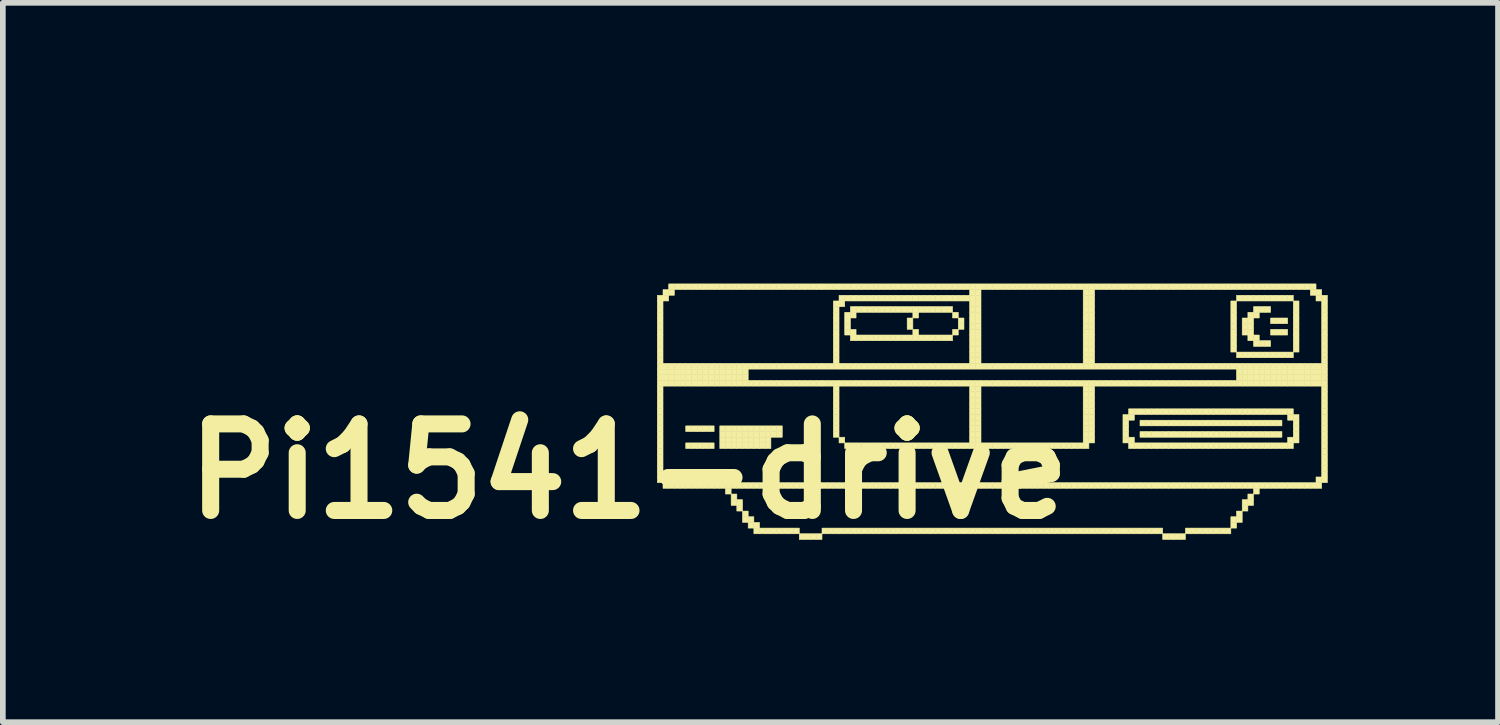
<source format=kicad_pcb>
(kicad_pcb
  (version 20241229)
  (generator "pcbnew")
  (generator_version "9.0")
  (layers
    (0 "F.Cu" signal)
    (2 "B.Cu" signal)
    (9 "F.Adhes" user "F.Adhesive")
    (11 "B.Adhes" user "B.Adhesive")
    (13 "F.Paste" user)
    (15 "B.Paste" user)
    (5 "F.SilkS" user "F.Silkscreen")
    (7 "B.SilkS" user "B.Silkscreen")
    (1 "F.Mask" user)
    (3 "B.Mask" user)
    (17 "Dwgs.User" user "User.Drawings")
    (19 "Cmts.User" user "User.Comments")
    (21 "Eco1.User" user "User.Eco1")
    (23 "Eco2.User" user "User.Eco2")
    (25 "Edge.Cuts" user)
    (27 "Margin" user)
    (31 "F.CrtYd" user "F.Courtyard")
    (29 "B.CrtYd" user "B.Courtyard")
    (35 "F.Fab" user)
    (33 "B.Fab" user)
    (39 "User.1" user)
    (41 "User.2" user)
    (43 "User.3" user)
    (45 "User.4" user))
  (footprint "Pi1541-drive"
    (layer "F.Cu")
    (at 8.026 0.25)
    (property "Reference" "Pi1541-drive" (at 0 5 0) (layer "F.SilkS") (effects (font (size 1.524 1.524) (thickness 0.3))))
    (attr through_hole)
    (fp_poly (pts (xy 0.5 1.9) (xy 0.6 1.9) (xy 0.6 2) (xy 0.5 2) (xy 0.5 1.9)) (stroke (width 0.01) (type solid)) (fill yes) (layer "F.SilkS"))
    (fp_poly (pts (xy 0.5 2) (xy 0.6 2) (xy 0.6 2.1) (xy 0.5 2.1) (xy 0.5 2)) (stroke (width 0.01) (type solid)) (fill yes) (layer "F.SilkS"))
    (fp_poly (pts (xy 0.5 2.1) (xy 0.6 2.1) (xy 0.6 2.2) (xy 0.5 2.2) (xy 0.5 2.1)) (stroke (width 0.01) (type solid)) (fill yes) (layer "F.SilkS"))
    (fp_poly (pts (xy 0.5 2.2) (xy 0.6 2.2) (xy 0.6 2.3) (xy 0.5 2.3) (xy 0.5 2.2)) (stroke (width 0.01) (type solid)) (fill yes) (layer "F.SilkS"))
    (fp_poly (pts (xy 0.5 2.3) (xy 0.6 2.3) (xy 0.6 2.4) (xy 0.5 2.4) (xy 0.5 2.3)) (stroke (width 0.01) (type solid)) (fill yes) (layer "F.SilkS"))
    (fp_poly (pts (xy 0.5 2.4) (xy 0.6 2.4) (xy 0.6 2.5) (xy 0.5 2.5) (xy 0.5 2.4)) (stroke (width 0.01) (type solid)) (fill yes) (layer "F.SilkS"))
    (fp_poly (pts (xy 0.5 2.5) (xy 0.6 2.5) (xy 0.6 2.6) (xy 0.5 2.6) (xy 0.5 2.5)) (stroke (width 0.01) (type solid)) (fill yes) (layer "F.SilkS"))
    (fp_poly (pts (xy 0.5 2.6) (xy 0.6 2.6) (xy 0.6 2.7) (xy 0.5 2.7) (xy 0.5 2.6)) (stroke (width 0.01) (type solid)) (fill yes) (layer "F.SilkS"))
    (fp_poly (pts (xy 0.5 2.7) (xy 0.6 2.7) (xy 0.6 2.8) (xy 0.5 2.8) (xy 0.5 2.7)) (stroke (width 0.01) (type solid)) (fill yes) (layer "F.SilkS"))
    (fp_poly (pts (xy 0.5 2.8) (xy 0.6 2.8) (xy 0.6 2.9) (xy 0.5 2.9) (xy 0.5 2.8)) (stroke (width 0.01) (type solid)) (fill yes) (layer "F.SilkS"))
    (fp_poly (pts (xy 0.5 2.9) (xy 0.6 2.9) (xy 0.6 3) (xy 0.5 3) (xy 0.5 2.9)) (stroke (width 0.01) (type solid)) (fill yes) (layer "F.SilkS"))
    (fp_poly (pts (xy 0.5 3) (xy 0.6 3) (xy 0.6 3.1) (xy 0.5 3.1) (xy 0.5 3)) (stroke (width 0.01) (type solid)) (fill yes) (layer "F.SilkS"))
    (fp_poly (pts (xy 0.5 3.1) (xy 0.6 3.1) (xy 0.6 3.2) (xy 0.5 3.2) (xy 0.5 3.1)) (stroke (width 0.01) (type solid)) (fill yes) (layer "F.SilkS"))
    (fp_poly (pts (xy 0.5 3.2) (xy 0.6 3.2) (xy 0.6 3.3) (xy 0.5 3.3) (xy 0.5 3.2)) (stroke (width 0.01) (type solid)) (fill yes) (layer "F.SilkS"))
    (fp_poly (pts (xy 0.5 3.3) (xy 0.6 3.3) (xy 0.6 3.4) (xy 0.5 3.4) (xy 0.5 3.3)) (stroke (width 0.01) (type solid)) (fill yes) (layer "F.SilkS"))
    (fp_poly (pts (xy 0.5 3.4) (xy 0.6 3.4) (xy 0.6 3.5) (xy 0.5 3.5) (xy 0.5 3.4)) (stroke (width 0.01) (type solid)) (fill yes) (layer "F.SilkS"))
    (fp_poly (pts (xy 0.5 3.5) (xy 0.6 3.5) (xy 0.6 3.6) (xy 0.5 3.6) (xy 0.5 3.5)) (stroke (width 0.01) (type solid)) (fill yes) (layer "F.SilkS"))
    (fp_poly (pts (xy 0.5 3.6) (xy 0.6 3.6) (xy 0.6 3.7) (xy 0.5 3.7) (xy 0.5 3.6)) (stroke (width 0.01) (type solid)) (fill yes) (layer "F.SilkS"))
    (fp_poly (pts (xy 0.5 3.7) (xy 0.6 3.7) (xy 0.6 3.8) (xy 0.5 3.8) (xy 0.5 3.7)) (stroke (width 0.01) (type solid)) (fill yes) (layer "F.SilkS"))
    (fp_poly (pts (xy 0.5 3.8) (xy 0.6 3.8) (xy 0.6 3.9) (xy 0.5 3.9) (xy 0.5 3.8)) (stroke (width 0.01) (type solid)) (fill yes) (layer "F.SilkS"))
    (fp_poly (pts (xy 0.5 3.9) (xy 0.6 3.9) (xy 0.6 4) (xy 0.5 4) (xy 0.5 3.9)) (stroke (width 0.01) (type solid)) (fill yes) (layer "F.SilkS"))
    (fp_poly (pts (xy 0.5 4) (xy 0.6 4) (xy 0.6 4.1) (xy 0.5 4.1) (xy 0.5 4)) (stroke (width 0.01) (type solid)) (fill yes) (layer "F.SilkS"))
    (fp_poly (pts (xy 0.5 4.1) (xy 0.6 4.1) (xy 0.6 4.2) (xy 0.5 4.2) (xy 0.5 4.1)) (stroke (width 0.01) (type solid)) (fill yes) (layer "F.SilkS"))
    (fp_poly (pts (xy 0.5 4.2) (xy 0.6 4.2) (xy 0.6 4.3) (xy 0.5 4.3) (xy 0.5 4.2)) (stroke (width 0.01) (type solid)) (fill yes) (layer "F.SilkS"))
    (fp_poly (pts (xy 0.5 4.3) (xy 0.6 4.3) (xy 0.6 4.4) (xy 0.5 4.4) (xy 0.5 4.3)) (stroke (width 0.01) (type solid)) (fill yes) (layer "F.SilkS"))
    (fp_poly (pts (xy 0.5 4.4) (xy 0.6 4.4) (xy 0.6 4.5) (xy 0.5 4.5) (xy 0.5 4.4)) (stroke (width 0.01) (type solid)) (fill yes) (layer "F.SilkS"))
    (fp_poly (pts (xy 0.5 4.5) (xy 0.6 4.5) (xy 0.6 4.6) (xy 0.5 4.6) (xy 0.5 4.5)) (stroke (width 0.01) (type solid)) (fill yes) (layer "F.SilkS"))
    (fp_poly (pts (xy 0.5 4.6) (xy 0.6 4.6) (xy 0.6 4.7) (xy 0.5 4.7) (xy 0.5 4.6)) (stroke (width 0.01) (type solid)) (fill yes) (layer "F.SilkS"))
    (fp_poly (pts (xy 0.5 4.7) (xy 0.6 4.7) (xy 0.6 4.8) (xy 0.5 4.8) (xy 0.5 4.7)) (stroke (width 0.01) (type solid)) (fill yes) (layer "F.SilkS"))
    (fp_poly (pts (xy 0.5 4.8) (xy 0.6 4.8) (xy 0.6 4.9) (xy 0.5 4.9) (xy 0.5 4.8)) (stroke (width 0.01) (type solid)) (fill yes) (layer "F.SilkS"))
    (fp_poly (pts (xy 0.5 4.9) (xy 0.6 4.9) (xy 0.6 5) (xy 0.5 5) (xy 0.5 4.9)) (stroke (width 0.01) (type solid)) (fill yes) (layer "F.SilkS"))
    (fp_poly (pts (xy 0.5 5) (xy 0.6 5) (xy 0.6 5.1) (xy 0.5 5.1) (xy 0.5 5)) (stroke (width 0.01) (type solid)) (fill yes) (layer "F.SilkS"))
    (fp_poly (pts (xy 0.5 5.1) (xy 0.6 5.1) (xy 0.6 5.2) (xy 0.5 5.2) (xy 0.5 5.1)) (stroke (width 0.01) (type solid)) (fill yes) (layer "F.SilkS"))
    (fp_poly (pts (xy 0.6 1.8) (xy 0.7 1.8) (xy 0.7 1.9) (xy 0.6 1.9) (xy 0.6 1.8)) (stroke (width 0.01) (type solid)) (fill yes) (layer "F.SilkS"))
    (fp_poly (pts (xy 0.6 1.9) (xy 0.7 1.9) (xy 0.7 2) (xy 0.6 2) (xy 0.6 1.9)) (stroke (width 0.01) (type solid)) (fill yes) (layer "F.SilkS"))
    (fp_poly (pts (xy 0.6 3.1) (xy 0.7 3.1) (xy 0.7 3.2) (xy 0.6 3.2) (xy 0.6 3.1)) (stroke (width 0.01) (type solid)) (fill yes) (layer "F.SilkS"))
    (fp_poly (pts (xy 0.6 3.2) (xy 0.7 3.2) (xy 0.7 3.3) (xy 0.6 3.3) (xy 0.6 3.2)) (stroke (width 0.01) (type solid)) (fill yes) (layer "F.SilkS"))
    (fp_poly (pts (xy 0.6 3.3) (xy 0.7 3.3) (xy 0.7 3.4) (xy 0.6 3.4) (xy 0.6 3.3)) (stroke (width 0.01) (type solid)) (fill yes) (layer "F.SilkS"))
    (fp_poly (pts (xy 0.6 3.4) (xy 0.7 3.4) (xy 0.7 3.5) (xy 0.6 3.5) (xy 0.6 3.4)) (stroke (width 0.01) (type solid)) (fill yes) (layer "F.SilkS"))
    (fp_poly (pts (xy 0.6 5.1) (xy 0.7 5.1) (xy 0.7 5.2) (xy 0.6 5.2) (xy 0.6 5.1)) (stroke (width 0.01) (type solid)) (fill yes) (layer "F.SilkS"))
    (fp_poly (pts (xy 0.6 5.2) (xy 0.7 5.2) (xy 0.7 5.3) (xy 0.6 5.3) (xy 0.6 5.2)) (stroke (width 0.01) (type solid)) (fill yes) (layer "F.SilkS"))
    (fp_poly (pts (xy 0.7 1.7) (xy 0.8 1.7) (xy 0.8 1.8) (xy 0.7 1.8) (xy 0.7 1.7)) (stroke (width 0.01) (type solid)) (fill yes) (layer "F.SilkS"))
    (fp_poly (pts (xy 0.7 1.8) (xy 0.8 1.8) (xy 0.8 1.9) (xy 0.7 1.9) (xy 0.7 1.8)) (stroke (width 0.01) (type solid)) (fill yes) (layer "F.SilkS"))
    (fp_poly (pts (xy 0.7 3.1) (xy 0.8 3.1) (xy 0.8 3.2) (xy 0.7 3.2) (xy 0.7 3.1)) (stroke (width 0.01) (type solid)) (fill yes) (layer "F.SilkS"))
    (fp_poly (pts (xy 0.7 3.2) (xy 0.8 3.2) (xy 0.8 3.3) (xy 0.7 3.3) (xy 0.7 3.2)) (stroke (width 0.01) (type solid)) (fill yes) (layer "F.SilkS"))
    (fp_poly (pts (xy 0.7 3.3) (xy 0.8 3.3) (xy 0.8 3.4) (xy 0.7 3.4) (xy 0.7 3.3)) (stroke (width 0.01) (type solid)) (fill yes) (layer "F.SilkS"))
    (fp_poly (pts (xy 0.7 3.4) (xy 0.8 3.4) (xy 0.8 3.5) (xy 0.7 3.5) (xy 0.7 3.4)) (stroke (width 0.01) (type solid)) (fill yes) (layer "F.SilkS"))
    (fp_poly (pts (xy 0.7 5.2) (xy 0.8 5.2) (xy 0.8 5.3) (xy 0.7 5.3) (xy 0.7 5.2)) (stroke (width 0.01) (type solid)) (fill yes) (layer "F.SilkS"))
    (fp_poly (pts (xy 0.8 1.7) (xy 0.9 1.7) (xy 0.9 1.8) (xy 0.8 1.8) (xy 0.8 1.7)) (stroke (width 0.01) (type solid)) (fill yes) (layer "F.SilkS"))
    (fp_poly (pts (xy 0.8 3.1) (xy 0.9 3.1) (xy 0.9 3.2) (xy 0.8 3.2) (xy 0.8 3.1)) (stroke (width 0.01) (type solid)) (fill yes) (layer "F.SilkS"))
    (fp_poly (pts (xy 0.8 3.2) (xy 0.9 3.2) (xy 0.9 3.3) (xy 0.8 3.3) (xy 0.8 3.2)) (stroke (width 0.01) (type solid)) (fill yes) (layer "F.SilkS"))
    (fp_poly (pts (xy 0.8 3.3) (xy 0.9 3.3) (xy 0.9 3.4) (xy 0.8 3.4) (xy 0.8 3.3)) (stroke (width 0.01) (type solid)) (fill yes) (layer "F.SilkS"))
    (fp_poly (pts (xy 0.8 3.4) (xy 0.9 3.4) (xy 0.9 3.5) (xy 0.8 3.5) (xy 0.8 3.4)) (stroke (width 0.01) (type solid)) (fill yes) (layer "F.SilkS"))
    (fp_poly (pts (xy 0.8 5.2) (xy 0.9 5.2) (xy 0.9 5.3) (xy 0.8 5.3) (xy 0.8 5.2)) (stroke (width 0.01) (type solid)) (fill yes) (layer "F.SilkS"))
    (fp_poly (pts (xy 0.9 1.7) (xy 1 1.7) (xy 1 1.8) (xy 0.9 1.8) (xy 0.9 1.7)) (stroke (width 0.01) (type solid)) (fill yes) (layer "F.SilkS"))
    (fp_poly (pts (xy 0.9 3.1) (xy 1 3.1) (xy 1 3.2) (xy 0.9 3.2) (xy 0.9 3.1)) (stroke (width 0.01) (type solid)) (fill yes) (layer "F.SilkS"))
    (fp_poly (pts (xy 0.9 3.2) (xy 1 3.2) (xy 1 3.3) (xy 0.9 3.3) (xy 0.9 3.2)) (stroke (width 0.01) (type solid)) (fill yes) (layer "F.SilkS"))
    (fp_poly (pts (xy 0.9 3.3) (xy 1 3.3) (xy 1 3.4) (xy 0.9 3.4) (xy 0.9 3.3)) (stroke (width 0.01) (type solid)) (fill yes) (layer "F.SilkS"))
    (fp_poly (pts (xy 0.9 3.4) (xy 1 3.4) (xy 1 3.5) (xy 0.9 3.5) (xy 0.9 3.4)) (stroke (width 0.01) (type solid)) (fill yes) (layer "F.SilkS"))
    (fp_poly (pts (xy 0.9 5.2) (xy 1 5.2) (xy 1 5.3) (xy 0.9 5.3) (xy 0.9 5.2)) (stroke (width 0.01) (type solid)) (fill yes) (layer "F.SilkS"))
    (fp_poly (pts (xy 1 1.7) (xy 1.1 1.7) (xy 1.1 1.8) (xy 1 1.8) (xy 1 1.7)) (stroke (width 0.01) (type solid)) (fill yes) (layer "F.SilkS"))
    (fp_poly (pts (xy 1 3.1) (xy 1.1 3.1) (xy 1.1 3.2) (xy 1 3.2) (xy 1 3.1)) (stroke (width 0.01) (type solid)) (fill yes) (layer "F.SilkS"))
    (fp_poly (pts (xy 1 3.2) (xy 1.1 3.2) (xy 1.1 3.3) (xy 1 3.3) (xy 1 3.2)) (stroke (width 0.01) (type solid)) (fill yes) (layer "F.SilkS"))
    (fp_poly (pts (xy 1 3.3) (xy 1.1 3.3) (xy 1.1 3.4) (xy 1 3.4) (xy 1 3.3)) (stroke (width 0.01) (type solid)) (fill yes) (layer "F.SilkS"))
    (fp_poly (pts (xy 1 3.4) (xy 1.1 3.4) (xy 1.1 3.5) (xy 1 3.5) (xy 1 3.4)) (stroke (width 0.01) (type solid)) (fill yes) (layer "F.SilkS"))
    (fp_poly (pts (xy 1 4.2) (xy 1.1 4.2) (xy 1.1 4.3) (xy 1 4.3) (xy 1 4.2)) (stroke (width 0.01) (type solid)) (fill yes) (layer "F.SilkS"))
    (fp_poly (pts (xy 1 4.5) (xy 1.1 4.5) (xy 1.1 4.6) (xy 1 4.6) (xy 1 4.5)) (stroke (width 0.01) (type solid)) (fill yes) (layer "F.SilkS"))
    (fp_poly (pts (xy 1 5.2) (xy 1.1 5.2) (xy 1.1 5.3) (xy 1 5.3) (xy 1 5.2)) (stroke (width 0.01) (type solid)) (fill yes) (layer "F.SilkS"))
    (fp_poly (pts (xy 1.1 1.7) (xy 1.2 1.7) (xy 1.2 1.8) (xy 1.1 1.8) (xy 1.1 1.7)) (stroke (width 0.01) (type solid)) (fill yes) (layer "F.SilkS"))
    (fp_poly (pts (xy 1.1 3.1) (xy 1.2 3.1) (xy 1.2 3.2) (xy 1.1 3.2) (xy 1.1 3.1)) (stroke (width 0.01) (type solid)) (fill yes) (layer "F.SilkS"))
    (fp_poly (pts (xy 1.1 3.2) (xy 1.2 3.2) (xy 1.2 3.3) (xy 1.1 3.3) (xy 1.1 3.2)) (stroke (width 0.01) (type solid)) (fill yes) (layer "F.SilkS"))
    (fp_poly (pts (xy 1.1 3.3) (xy 1.2 3.3) (xy 1.2 3.4) (xy 1.1 3.4) (xy 1.1 3.3)) (stroke (width 0.01) (type solid)) (fill yes) (layer "F.SilkS"))
    (fp_poly (pts (xy 1.1 3.4) (xy 1.2 3.4) (xy 1.2 3.5) (xy 1.1 3.5) (xy 1.1 3.4)) (stroke (width 0.01) (type solid)) (fill yes) (layer "F.SilkS"))
    (fp_poly (pts (xy 1.1 4.2) (xy 1.2 4.2) (xy 1.2 4.3) (xy 1.1 4.3) (xy 1.1 4.2)) (stroke (width 0.01) (type solid)) (fill yes) (layer "F.SilkS"))
    (fp_poly (pts (xy 1.1 4.5) (xy 1.2 4.5) (xy 1.2 4.6) (xy 1.1 4.6) (xy 1.1 4.5)) (stroke (width 0.01) (type solid)) (fill yes) (layer "F.SilkS"))
    (fp_poly (pts (xy 1.1 5.2) (xy 1.2 5.2) (xy 1.2 5.3) (xy 1.1 5.3) (xy 1.1 5.2)) (stroke (width 0.01) (type solid)) (fill yes) (layer "F.SilkS"))
    (fp_poly (pts (xy 1.2 1.7) (xy 1.3 1.7) (xy 1.3 1.8) (xy 1.2 1.8) (xy 1.2 1.7)) (stroke (width 0.01) (type solid)) (fill yes) (layer "F.SilkS"))
    (fp_poly (pts (xy 1.2 3.1) (xy 1.3 3.1) (xy 1.3 3.2) (xy 1.2 3.2) (xy 1.2 3.1)) (stroke (width 0.01) (type solid)) (fill yes) (layer "F.SilkS"))
    (fp_poly (pts (xy 1.2 3.2) (xy 1.3 3.2) (xy 1.3 3.3) (xy 1.2 3.3) (xy 1.2 3.2)) (stroke (width 0.01) (type solid)) (fill yes) (layer "F.SilkS"))
    (fp_poly (pts (xy 1.2 3.3) (xy 1.3 3.3) (xy 1.3 3.4) (xy 1.2 3.4) (xy 1.2 3.3)) (stroke (width 0.01) (type solid)) (fill yes) (layer "F.SilkS"))
    (fp_poly (pts (xy 1.2 3.4) (xy 1.3 3.4) (xy 1.3 3.5) (xy 1.2 3.5) (xy 1.2 3.4)) (stroke (width 0.01) (type solid)) (fill yes) (layer "F.SilkS"))
    (fp_poly (pts (xy 1.2 4.2) (xy 1.3 4.2) (xy 1.3 4.3) (xy 1.2 4.3) (xy 1.2 4.2)) (stroke (width 0.01) (type solid)) (fill yes) (layer "F.SilkS"))
    (fp_poly (pts (xy 1.2 4.5) (xy 1.3 4.5) (xy 1.3 4.6) (xy 1.2 4.6) (xy 1.2 4.5)) (stroke (width 0.01) (type solid)) (fill yes) (layer "F.SilkS"))
    (fp_poly (pts (xy 1.2 5.2) (xy 1.3 5.2) (xy 1.3 5.3) (xy 1.2 5.3) (xy 1.2 5.2)) (stroke (width 0.01) (type solid)) (fill yes) (layer "F.SilkS"))
    (fp_poly (pts (xy 1.3 1.7) (xy 1.4 1.7) (xy 1.4 1.8) (xy 1.3 1.8) (xy 1.3 1.7)) (stroke (width 0.01) (type solid)) (fill yes) (layer "F.SilkS"))
    (fp_poly (pts (xy 1.3 3.1) (xy 1.4 3.1) (xy 1.4 3.2) (xy 1.3 3.2) (xy 1.3 3.1)) (stroke (width 0.01) (type solid)) (fill yes) (layer "F.SilkS"))
    (fp_poly (pts (xy 1.3 3.2) (xy 1.4 3.2) (xy 1.4 3.3) (xy 1.3 3.3) (xy 1.3 3.2)) (stroke (width 0.01) (type solid)) (fill yes) (layer "F.SilkS"))
    (fp_poly (pts (xy 1.3 3.3) (xy 1.4 3.3) (xy 1.4 3.4) (xy 1.3 3.4) (xy 1.3 3.3)) (stroke (width 0.01) (type solid)) (fill yes) (layer "F.SilkS"))
    (fp_poly (pts (xy 1.3 3.4) (xy 1.4 3.4) (xy 1.4 3.5) (xy 1.3 3.5) (xy 1.3 3.4)) (stroke (width 0.01) (type solid)) (fill yes) (layer "F.SilkS"))
    (fp_poly (pts (xy 1.3 4.2) (xy 1.4 4.2) (xy 1.4 4.3) (xy 1.3 4.3) (xy 1.3 4.2)) (stroke (width 0.01) (type solid)) (fill yes) (layer "F.SilkS"))
    (fp_poly (pts (xy 1.3 4.5) (xy 1.4 4.5) (xy 1.4 4.6) (xy 1.3 4.6) (xy 1.3 4.5)) (stroke (width 0.01) (type solid)) (fill yes) (layer "F.SilkS"))
    (fp_poly (pts (xy 1.3 5.2) (xy 1.4 5.2) (xy 1.4 5.3) (xy 1.3 5.3) (xy 1.3 5.2)) (stroke (width 0.01) (type solid)) (fill yes) (layer "F.SilkS"))
    (fp_poly (pts (xy 1.4 1.7) (xy 1.5 1.7) (xy 1.5 1.8) (xy 1.4 1.8) (xy 1.4 1.7)) (stroke (width 0.01) (type solid)) (fill yes) (layer "F.SilkS"))
    (fp_poly (pts (xy 1.4 3.1) (xy 1.5 3.1) (xy 1.5 3.2) (xy 1.4 3.2) (xy 1.4 3.1)) (stroke (width 0.01) (type solid)) (fill yes) (layer "F.SilkS"))
    (fp_poly (pts (xy 1.4 3.2) (xy 1.5 3.2) (xy 1.5 3.3) (xy 1.4 3.3) (xy 1.4 3.2)) (stroke (width 0.01) (type solid)) (fill yes) (layer "F.SilkS"))
    (fp_poly (pts (xy 1.4 3.3) (xy 1.5 3.3) (xy 1.5 3.4) (xy 1.4 3.4) (xy 1.4 3.3)) (stroke (width 0.01) (type solid)) (fill yes) (layer "F.SilkS"))
    (fp_poly (pts (xy 1.4 3.4) (xy 1.5 3.4) (xy 1.5 3.5) (xy 1.4 3.5) (xy 1.4 3.4)) (stroke (width 0.01) (type solid)) (fill yes) (layer "F.SilkS"))
    (fp_poly (pts (xy 1.4 4.2) (xy 1.5 4.2) (xy 1.5 4.3) (xy 1.4 4.3) (xy 1.4 4.2)) (stroke (width 0.01) (type solid)) (fill yes) (layer "F.SilkS"))
    (fp_poly (pts (xy 1.4 4.5) (xy 1.5 4.5) (xy 1.5 4.6) (xy 1.4 4.6) (xy 1.4 4.5)) (stroke (width 0.01) (type solid)) (fill yes) (layer "F.SilkS"))
    (fp_poly (pts (xy 1.4 5.2) (xy 1.5 5.2) (xy 1.5 5.3) (xy 1.4 5.3) (xy 1.4 5.2)) (stroke (width 0.01) (type solid)) (fill yes) (layer "F.SilkS"))
    (fp_poly (pts (xy 1.5 1.7) (xy 1.6 1.7) (xy 1.6 1.8) (xy 1.5 1.8) (xy 1.5 1.7)) (stroke (width 0.01) (type solid)) (fill yes) (layer "F.SilkS"))
    (fp_poly (pts (xy 1.5 3.1) (xy 1.6 3.1) (xy 1.6 3.2) (xy 1.5 3.2) (xy 1.5 3.1)) (stroke (width 0.01) (type solid)) (fill yes) (layer "F.SilkS"))
    (fp_poly (pts (xy 1.5 3.2) (xy 1.6 3.2) (xy 1.6 3.3) (xy 1.5 3.3) (xy 1.5 3.2)) (stroke (width 0.01) (type solid)) (fill yes) (layer "F.SilkS"))
    (fp_poly (pts (xy 1.5 3.3) (xy 1.6 3.3) (xy 1.6 3.4) (xy 1.5 3.4) (xy 1.5 3.3)) (stroke (width 0.01) (type solid)) (fill yes) (layer "F.SilkS"))
    (fp_poly (pts (xy 1.5 3.4) (xy 1.6 3.4) (xy 1.6 3.5) (xy 1.5 3.5) (xy 1.5 3.4)) (stroke (width 0.01) (type solid)) (fill yes) (layer "F.SilkS"))
    (fp_poly (pts (xy 1.5 5.2) (xy 1.6 5.2) (xy 1.6 5.3) (xy 1.5 5.3) (xy 1.5 5.2)) (stroke (width 0.01) (type solid)) (fill yes) (layer "F.SilkS"))
    (fp_poly (pts (xy 1.6 1.7) (xy 1.7 1.7) (xy 1.7 1.8) (xy 1.6 1.8) (xy 1.6 1.7)) (stroke (width 0.01) (type solid)) (fill yes) (layer "F.SilkS"))
    (fp_poly (pts (xy 1.6 3.1) (xy 1.7 3.1) (xy 1.7 3.2) (xy 1.6 3.2) (xy 1.6 3.1)) (stroke (width 0.01) (type solid)) (fill yes) (layer "F.SilkS"))
    (fp_poly (pts (xy 1.6 3.2) (xy 1.7 3.2) (xy 1.7 3.3) (xy 1.6 3.3) (xy 1.6 3.2)) (stroke (width 0.01) (type solid)) (fill yes) (layer "F.SilkS"))
    (fp_poly (pts (xy 1.6 3.3) (xy 1.7 3.3) (xy 1.7 3.4) (xy 1.6 3.4) (xy 1.6 3.3)) (stroke (width 0.01) (type solid)) (fill yes) (layer "F.SilkS"))
    (fp_poly (pts (xy 1.6 3.4) (xy 1.7 3.4) (xy 1.7 3.5) (xy 1.6 3.5) (xy 1.6 3.4)) (stroke (width 0.01) (type solid)) (fill yes) (layer "F.SilkS"))
    (fp_poly (pts (xy 1.6 4.2) (xy 1.7 4.2) (xy 1.7 4.3) (xy 1.6 4.3) (xy 1.6 4.2)) (stroke (width 0.01) (type solid)) (fill yes) (layer "F.SilkS"))
    (fp_poly (pts (xy 1.6 4.3) (xy 1.7 4.3) (xy 1.7 4.4) (xy 1.6 4.4) (xy 1.6 4.3)) (stroke (width 0.01) (type solid)) (fill yes) (layer "F.SilkS"))
    (fp_poly (pts (xy 1.6 4.4) (xy 1.7 4.4) (xy 1.7 4.5) (xy 1.6 4.5) (xy 1.6 4.4)) (stroke (width 0.01) (type solid)) (fill yes) (layer "F.SilkS"))
    (fp_poly (pts (xy 1.6 4.5) (xy 1.7 4.5) (xy 1.7 4.6) (xy 1.6 4.6) (xy 1.6 4.5)) (stroke (width 0.01) (type solid)) (fill yes) (layer "F.SilkS"))
    (fp_poly (pts (xy 1.6 5.2) (xy 1.7 5.2) (xy 1.7 5.3) (xy 1.6 5.3) (xy 1.6 5.2)) (stroke (width 0.01) (type solid)) (fill yes) (layer "F.SilkS"))
    (fp_poly (pts (xy 1.7 1.7) (xy 1.8 1.7) (xy 1.8 1.8) (xy 1.7 1.8) (xy 1.7 1.7)) (stroke (width 0.01) (type solid)) (fill yes) (layer "F.SilkS"))
    (fp_poly (pts (xy 1.7 3.1) (xy 1.8 3.1) (xy 1.8 3.2) (xy 1.7 3.2) (xy 1.7 3.1)) (stroke (width 0.01) (type solid)) (fill yes) (layer "F.SilkS"))
    (fp_poly (pts (xy 1.7 3.2) (xy 1.8 3.2) (xy 1.8 3.3) (xy 1.7 3.3) (xy 1.7 3.2)) (stroke (width 0.01) (type solid)) (fill yes) (layer "F.SilkS"))
    (fp_poly (pts (xy 1.7 3.3) (xy 1.8 3.3) (xy 1.8 3.4) (xy 1.7 3.4) (xy 1.7 3.3)) (stroke (width 0.01) (type solid)) (fill yes) (layer "F.SilkS"))
    (fp_poly (pts (xy 1.7 3.4) (xy 1.8 3.4) (xy 1.8 3.5) (xy 1.7 3.5) (xy 1.7 3.4)) (stroke (width 0.01) (type solid)) (fill yes) (layer "F.SilkS"))
    (fp_poly (pts (xy 1.7 4.2) (xy 1.8 4.2) (xy 1.8 4.3) (xy 1.7 4.3) (xy 1.7 4.2)) (stroke (width 0.01) (type solid)) (fill yes) (layer "F.SilkS"))
    (fp_poly (pts (xy 1.7 4.3) (xy 1.8 4.3) (xy 1.8 4.4) (xy 1.7 4.4) (xy 1.7 4.3)) (stroke (width 0.01) (type solid)) (fill yes) (layer "F.SilkS"))
    (fp_poly (pts (xy 1.7 4.4) (xy 1.8 4.4) (xy 1.8 4.5) (xy 1.7 4.5) (xy 1.7 4.4)) (stroke (width 0.01) (type solid)) (fill yes) (layer "F.SilkS"))
    (fp_poly (pts (xy 1.7 4.5) (xy 1.8 4.5) (xy 1.8 4.6) (xy 1.7 4.6) (xy 1.7 4.5)) (stroke (width 0.01) (type solid)) (fill yes) (layer "F.SilkS"))
    (fp_poly (pts (xy 1.7 5.2) (xy 1.8 5.2) (xy 1.8 5.3) (xy 1.7 5.3) (xy 1.7 5.2)) (stroke (width 0.01) (type solid)) (fill yes) (layer "F.SilkS"))
    (fp_poly (pts (xy 1.7 5.3) (xy 1.8 5.3) (xy 1.8 5.4) (xy 1.7 5.4) (xy 1.7 5.3)) (stroke (width 0.01) (type solid)) (fill yes) (layer "F.SilkS"))
    (fp_poly (pts (xy 1.8 1.7) (xy 1.9 1.7) (xy 1.9 1.8) (xy 1.8 1.8) (xy 1.8 1.7)) (stroke (width 0.01) (type solid)) (fill yes) (layer "F.SilkS"))
    (fp_poly (pts (xy 1.8 3.1) (xy 1.9 3.1) (xy 1.9 3.2) (xy 1.8 3.2) (xy 1.8 3.1)) (stroke (width 0.01) (type solid)) (fill yes) (layer "F.SilkS"))
    (fp_poly (pts (xy 1.8 3.2) (xy 1.9 3.2) (xy 1.9 3.3) (xy 1.8 3.3) (xy 1.8 3.2)) (stroke (width 0.01) (type solid)) (fill yes) (layer "F.SilkS"))
    (fp_poly (pts (xy 1.8 3.3) (xy 1.9 3.3) (xy 1.9 3.4) (xy 1.8 3.4) (xy 1.8 3.3)) (stroke (width 0.01) (type solid)) (fill yes) (layer "F.SilkS"))
    (fp_poly (pts (xy 1.8 3.4) (xy 1.9 3.4) (xy 1.9 3.5) (xy 1.8 3.5) (xy 1.8 3.4)) (stroke (width 0.01) (type solid)) (fill yes) (layer "F.SilkS"))
    (fp_poly (pts (xy 1.8 4.2) (xy 1.9 4.2) (xy 1.9 4.3) (xy 1.8 4.3) (xy 1.8 4.2)) (stroke (width 0.01) (type solid)) (fill yes) (layer "F.SilkS"))
    (fp_poly (pts (xy 1.8 4.3) (xy 1.9 4.3) (xy 1.9 4.4) (xy 1.8 4.4) (xy 1.8 4.3)) (stroke (width 0.01) (type solid)) (fill yes) (layer "F.SilkS"))
    (fp_poly (pts (xy 1.8 4.4) (xy 1.9 4.4) (xy 1.9 4.5) (xy 1.8 4.5) (xy 1.8 4.4)) (stroke (width 0.01) (type solid)) (fill yes) (layer "F.SilkS"))
    (fp_poly (pts (xy 1.8 4.5) (xy 1.9 4.5) (xy 1.9 4.6) (xy 1.8 4.6) (xy 1.8 4.5)) (stroke (width 0.01) (type solid)) (fill yes) (layer "F.SilkS"))
    (fp_poly (pts (xy 1.8 5.2) (xy 1.9 5.2) (xy 1.9 5.3) (xy 1.8 5.3) (xy 1.8 5.2)) (stroke (width 0.01) (type solid)) (fill yes) (layer "F.SilkS"))
    (fp_poly (pts (xy 1.8 5.4) (xy 1.9 5.4) (xy 1.9 5.5) (xy 1.8 5.5) (xy 1.8 5.4)) (stroke (width 0.01) (type solid)) (fill yes) (layer "F.SilkS"))
    (fp_poly (pts (xy 1.8 5.5) (xy 1.9 5.5) (xy 1.9 5.6) (xy 1.8 5.6) (xy 1.8 5.5)) (stroke (width 0.01) (type solid)) (fill yes) (layer "F.SilkS"))
    (fp_poly (pts (xy 1.9 1.7) (xy 2 1.7) (xy 2 1.8) (xy 1.9 1.8) (xy 1.9 1.7)) (stroke (width 0.01) (type solid)) (fill yes) (layer "F.SilkS"))
    (fp_poly (pts (xy 1.9 3.1) (xy 2 3.1) (xy 2 3.2) (xy 1.9 3.2) (xy 1.9 3.1)) (stroke (width 0.01) (type solid)) (fill yes) (layer "F.SilkS"))
    (fp_poly (pts (xy 1.9 3.2) (xy 2 3.2) (xy 2 3.3) (xy 1.9 3.3) (xy 1.9 3.2)) (stroke (width 0.01) (type solid)) (fill yes) (layer "F.SilkS"))
    (fp_poly (pts (xy 1.9 3.3) (xy 2 3.3) (xy 2 3.4) (xy 1.9 3.4) (xy 1.9 3.3)) (stroke (width 0.01) (type solid)) (fill yes) (layer "F.SilkS"))
    (fp_poly (pts (xy 1.9 3.4) (xy 2 3.4) (xy 2 3.5) (xy 1.9 3.5) (xy 1.9 3.4)) (stroke (width 0.01) (type solid)) (fill yes) (layer "F.SilkS"))
    (fp_poly (pts (xy 1.9 4.2) (xy 2 4.2) (xy 2 4.3) (xy 1.9 4.3) (xy 1.9 4.2)) (stroke (width 0.01) (type solid)) (fill yes) (layer "F.SilkS"))
    (fp_poly (pts (xy 1.9 4.3) (xy 2 4.3) (xy 2 4.4) (xy 1.9 4.4) (xy 1.9 4.3)) (stroke (width 0.01) (type solid)) (fill yes) (layer "F.SilkS"))
    (fp_poly (pts (xy 1.9 4.4) (xy 2 4.4) (xy 2 4.5) (xy 1.9 4.5) (xy 1.9 4.4)) (stroke (width 0.01) (type solid)) (fill yes) (layer "F.SilkS"))
    (fp_poly (pts (xy 1.9 4.5) (xy 2 4.5) (xy 2 4.6) (xy 1.9 4.6) (xy 1.9 4.5)) (stroke (width 0.01) (type solid)) (fill yes) (layer "F.SilkS"))
    (fp_poly (pts (xy 1.9 5.2) (xy 2 5.2) (xy 2 5.3) (xy 1.9 5.3) (xy 1.9 5.2)) (stroke (width 0.01) (type solid)) (fill yes) (layer "F.SilkS"))
    (fp_poly (pts (xy 1.9 5.5) (xy 2 5.5) (xy 2 5.6) (xy 1.9 5.6) (xy 1.9 5.5)) (stroke (width 0.01) (type solid)) (fill yes) (layer "F.SilkS"))
    (fp_poly (pts (xy 1.9 5.6) (xy 2 5.6) (xy 2 5.7) (xy 1.9 5.7) (xy 1.9 5.6)) (stroke (width 0.01) (type solid)) (fill yes) (layer "F.SilkS"))
    (fp_poly (pts (xy 2 1.7) (xy 2.1 1.7) (xy 2.1 1.8) (xy 2 1.8) (xy 2 1.7)) (stroke (width 0.01) (type solid)) (fill yes) (layer "F.SilkS"))
    (fp_poly (pts (xy 2 3.1) (xy 2.1 3.1) (xy 2.1 3.2) (xy 2 3.2) (xy 2 3.1)) (stroke (width 0.01) (type solid)) (fill yes) (layer "F.SilkS"))
    (fp_poly (pts (xy 2 3.2) (xy 2.1 3.2) (xy 2.1 3.3) (xy 2 3.3) (xy 2 3.2)) (stroke (width 0.01) (type solid)) (fill yes) (layer "F.SilkS"))
    (fp_poly (pts (xy 2 3.3) (xy 2.1 3.3) (xy 2.1 3.4) (xy 2 3.4) (xy 2 3.3)) (stroke (width 0.01) (type solid)) (fill yes) (layer "F.SilkS"))
    (fp_poly (pts (xy 2 3.4) (xy 2.1 3.4) (xy 2.1 3.5) (xy 2 3.5) (xy 2 3.4)) (stroke (width 0.01) (type solid)) (fill yes) (layer "F.SilkS"))
    (fp_poly (pts (xy 2 4.2) (xy 2.1 4.2) (xy 2.1 4.3) (xy 2 4.3) (xy 2 4.2)) (stroke (width 0.01) (type solid)) (fill yes) (layer "F.SilkS"))
    (fp_poly (pts (xy 2 4.3) (xy 2.1 4.3) (xy 2.1 4.4) (xy 2 4.4) (xy 2 4.3)) (stroke (width 0.01) (type solid)) (fill yes) (layer "F.SilkS"))
    (fp_poly (pts (xy 2 4.4) (xy 2.1 4.4) (xy 2.1 4.5) (xy 2 4.5) (xy 2 4.4)) (stroke (width 0.01) (type solid)) (fill yes) (layer "F.SilkS"))
    (fp_poly (pts (xy 2 4.5) (xy 2.1 4.5) (xy 2.1 4.6) (xy 2 4.6) (xy 2 4.5)) (stroke (width 0.01) (type solid)) (fill yes) (layer "F.SilkS"))
    (fp_poly (pts (xy 2 5.2) (xy 2.1 5.2) (xy 2.1 5.3) (xy 2 5.3) (xy 2 5.2)) (stroke (width 0.01) (type solid)) (fill yes) (layer "F.SilkS"))
    (fp_poly (pts (xy 2 5.7) (xy 2.1 5.7) (xy 2.1 5.8) (xy 2 5.8) (xy 2 5.7)) (stroke (width 0.01) (type solid)) (fill yes) (layer "F.SilkS"))
    (fp_poly (pts (xy 2 5.8) (xy 2.1 5.8) (xy 2.1 5.9) (xy 2 5.9) (xy 2 5.8)) (stroke (width 0.01) (type solid)) (fill yes) (layer "F.SilkS"))
    (fp_poly (pts (xy 2.1 1.7) (xy 2.2 1.7) (xy 2.2 1.8) (xy 2.1 1.8) (xy 2.1 1.7)) (stroke (width 0.01) (type solid)) (fill yes) (layer "F.SilkS"))
    (fp_poly (pts (xy 2.1 3.1) (xy 2.2 3.1) (xy 2.2 3.2) (xy 2.1 3.2) (xy 2.1 3.1)) (stroke (width 0.01) (type solid)) (fill yes) (layer "F.SilkS"))
    (fp_poly (pts (xy 2.1 3.4) (xy 2.2 3.4) (xy 2.2 3.5) (xy 2.1 3.5) (xy 2.1 3.4)) (stroke (width 0.01) (type solid)) (fill yes) (layer "F.SilkS"))
    (fp_poly (pts (xy 2.1 4.2) (xy 2.2 4.2) (xy 2.2 4.3) (xy 2.1 4.3) (xy 2.1 4.2)) (stroke (width 0.01) (type solid)) (fill yes) (layer "F.SilkS"))
    (fp_poly (pts (xy 2.1 4.3) (xy 2.2 4.3) (xy 2.2 4.4) (xy 2.1 4.4) (xy 2.1 4.3)) (stroke (width 0.01) (type solid)) (fill yes) (layer "F.SilkS"))
    (fp_poly (pts (xy 2.1 4.4) (xy 2.2 4.4) (xy 2.2 4.5) (xy 2.1 4.5) (xy 2.1 4.4)) (stroke (width 0.01) (type solid)) (fill yes) (layer "F.SilkS"))
    (fp_poly (pts (xy 2.1 4.5) (xy 2.2 4.5) (xy 2.2 4.6) (xy 2.1 4.6) (xy 2.1 4.5)) (stroke (width 0.01) (type solid)) (fill yes) (layer "F.SilkS"))
    (fp_poly (pts (xy 2.1 5.2) (xy 2.2 5.2) (xy 2.2 5.3) (xy 2.1 5.3) (xy 2.1 5.2)) (stroke (width 0.01) (type solid)) (fill yes) (layer "F.SilkS"))
    (fp_poly (pts (xy 2.1 5.8) (xy 2.2 5.8) (xy 2.2 5.9) (xy 2.1 5.9) (xy 2.1 5.8)) (stroke (width 0.01) (type solid)) (fill yes) (layer "F.SilkS"))
    (fp_poly (pts (xy 2.1 5.9) (xy 2.2 5.9) (xy 2.2 6) (xy 2.1 6) (xy 2.1 5.9)) (stroke (width 0.01) (type solid)) (fill yes) (layer "F.SilkS"))
    (fp_poly (pts (xy 2.2 1.7) (xy 2.3 1.7) (xy 2.3 1.8) (xy 2.2 1.8) (xy 2.2 1.7)) (stroke (width 0.01) (type solid)) (fill yes) (layer "F.SilkS"))
    (fp_poly (pts (xy 2.2 3.1) (xy 2.3 3.1) (xy 2.3 3.2) (xy 2.2 3.2) (xy 2.2 3.1)) (stroke (width 0.01) (type solid)) (fill yes) (layer "F.SilkS"))
    (fp_poly (pts (xy 2.2 3.4) (xy 2.3 3.4) (xy 2.3 3.5) (xy 2.2 3.5) (xy 2.2 3.4)) (stroke (width 0.01) (type solid)) (fill yes) (layer "F.SilkS"))
    (fp_poly (pts (xy 2.2 4.2) (xy 2.3 4.2) (xy 2.3 4.3) (xy 2.2 4.3) (xy 2.2 4.2)) (stroke (width 0.01) (type solid)) (fill yes) (layer "F.SilkS"))
    (fp_poly (pts (xy 2.2 4.3) (xy 2.3 4.3) (xy 2.3 4.4) (xy 2.2 4.4) (xy 2.2 4.3)) (stroke (width 0.01) (type solid)) (fill yes) (layer "F.SilkS"))
    (fp_poly (pts (xy 2.2 4.4) (xy 2.3 4.4) (xy 2.3 4.5) (xy 2.2 4.5) (xy 2.2 4.4)) (stroke (width 0.01) (type solid)) (fill yes) (layer "F.SilkS"))
    (fp_poly (pts (xy 2.2 4.5) (xy 2.3 4.5) (xy 2.3 4.6) (xy 2.2 4.6) (xy 2.2 4.5)) (stroke (width 0.01) (type solid)) (fill yes) (layer "F.SilkS"))
    (fp_poly (pts (xy 2.2 5.2) (xy 2.3 5.2) (xy 2.3 5.3) (xy 2.2 5.3) (xy 2.2 5.2)) (stroke (width 0.01) (type solid)) (fill yes) (layer "F.SilkS"))
    (fp_poly (pts (xy 2.2 5.9) (xy 2.3 5.9) (xy 2.3 6) (xy 2.2 6) (xy 2.2 5.9)) (stroke (width 0.01) (type solid)) (fill yes) (layer "F.SilkS"))
    (fp_poly (pts (xy 2.2 6) (xy 2.3 6) (xy 2.3 6.1) (xy 2.2 6.1) (xy 2.2 6)) (stroke (width 0.01) (type solid)) (fill yes) (layer "F.SilkS"))
    (fp_poly (pts (xy 2.3 1.7) (xy 2.4 1.7) (xy 2.4 1.8) (xy 2.3 1.8) (xy 2.3 1.7)) (stroke (width 0.01) (type solid)) (fill yes) (layer "F.SilkS"))
    (fp_poly (pts (xy 2.3 3.1) (xy 2.4 3.1) (xy 2.4 3.2) (xy 2.3 3.2) (xy 2.3 3.1)) (stroke (width 0.01) (type solid)) (fill yes) (layer "F.SilkS"))
    (fp_poly (pts (xy 2.3 3.4) (xy 2.4 3.4) (xy 2.4 3.5) (xy 2.3 3.5) (xy 2.3 3.4)) (stroke (width 0.01) (type solid)) (fill yes) (layer "F.SilkS"))
    (fp_poly (pts (xy 2.3 4.2) (xy 2.4 4.2) (xy 2.4 4.3) (xy 2.3 4.3) (xy 2.3 4.2)) (stroke (width 0.01) (type solid)) (fill yes) (layer "F.SilkS"))
    (fp_poly (pts (xy 2.3 4.3) (xy 2.4 4.3) (xy 2.4 4.4) (xy 2.3 4.4) (xy 2.3 4.3)) (stroke (width 0.01) (type solid)) (fill yes) (layer "F.SilkS"))
    (fp_poly (pts (xy 2.3 4.4) (xy 2.4 4.4) (xy 2.4 4.5) (xy 2.3 4.5) (xy 2.3 4.4)) (stroke (width 0.01) (type solid)) (fill yes) (layer "F.SilkS"))
    (fp_poly (pts (xy 2.3 4.5) (xy 2.4 4.5) (xy 2.4 4.6) (xy 2.3 4.6) (xy 2.3 4.5)) (stroke (width 0.01) (type solid)) (fill yes) (layer "F.SilkS"))
    (fp_poly (pts (xy 2.3 5.2) (xy 2.4 5.2) (xy 2.4 5.3) (xy 2.3 5.3) (xy 2.3 5.2)) (stroke (width 0.01) (type solid)) (fill yes) (layer "F.SilkS"))
    (fp_poly (pts (xy 2.3 6) (xy 2.4 6) (xy 2.4 6.1) (xy 2.3 6.1) (xy 2.3 6)) (stroke (width 0.01) (type solid)) (fill yes) (layer "F.SilkS"))
    (fp_poly (pts (xy 2.4 1.7) (xy 2.5 1.7) (xy 2.5 1.8) (xy 2.4 1.8) (xy 2.4 1.7)) (stroke (width 0.01) (type solid)) (fill yes) (layer "F.SilkS"))
    (fp_poly (pts (xy 2.4 3.1) (xy 2.5 3.1) (xy 2.5 3.2) (xy 2.4 3.2) (xy 2.4 3.1)) (stroke (width 0.01) (type solid)) (fill yes) (layer "F.SilkS"))
    (fp_poly (pts (xy 2.4 3.4) (xy 2.5 3.4) (xy 2.5 3.5) (xy 2.4 3.5) (xy 2.4 3.4)) (stroke (width 0.01) (type solid)) (fill yes) (layer "F.SilkS"))
    (fp_poly (pts (xy 2.4 4.2) (xy 2.5 4.2) (xy 2.5 4.3) (xy 2.4 4.3) (xy 2.4 4.2)) (stroke (width 0.01) (type solid)) (fill yes) (layer "F.SilkS"))
    (fp_poly (pts (xy 2.4 4.3) (xy 2.5 4.3) (xy 2.5 4.4) (xy 2.4 4.4) (xy 2.4 4.3)) (stroke (width 0.01) (type solid)) (fill yes) (layer "F.SilkS"))
    (fp_poly (pts (xy 2.4 4.4) (xy 2.5 4.4) (xy 2.5 4.5) (xy 2.4 4.5) (xy 2.4 4.4)) (stroke (width 0.01) (type solid)) (fill yes) (layer "F.SilkS"))
    (fp_poly (pts (xy 2.4 4.5) (xy 2.5 4.5) (xy 2.5 4.6) (xy 2.4 4.6) (xy 2.4 4.5)) (stroke (width 0.01) (type solid)) (fill yes) (layer "F.SilkS"))
    (fp_poly (pts (xy 2.4 5.2) (xy 2.5 5.2) (xy 2.5 5.3) (xy 2.4 5.3) (xy 2.4 5.2)) (stroke (width 0.01) (type solid)) (fill yes) (layer "F.SilkS"))
    (fp_poly (pts (xy 2.4 6) (xy 2.5 6) (xy 2.5 6.1) (xy 2.4 6.1) (xy 2.4 6)) (stroke (width 0.01) (type solid)) (fill yes) (layer "F.SilkS"))
    (fp_poly (pts (xy 2.5 1.7) (xy 2.6 1.7) (xy 2.6 1.8) (xy 2.5 1.8) (xy 2.5 1.7)) (stroke (width 0.01) (type solid)) (fill yes) (layer "F.SilkS"))
    (fp_poly (pts (xy 2.5 3.1) (xy 2.6 3.1) (xy 2.6 3.2) (xy 2.5 3.2) (xy 2.5 3.1)) (stroke (width 0.01) (type solid)) (fill yes) (layer "F.SilkS"))
    (fp_poly (pts (xy 2.5 3.4) (xy 2.6 3.4) (xy 2.6 3.5) (xy 2.5 3.5) (xy 2.5 3.4)) (stroke (width 0.01) (type solid)) (fill yes) (layer "F.SilkS"))
    (fp_poly (pts (xy 2.5 4.2) (xy 2.6 4.2) (xy 2.6 4.3) (xy 2.5 4.3) (xy 2.5 4.2)) (stroke (width 0.01) (type solid)) (fill yes) (layer "F.SilkS"))
    (fp_poly (pts (xy 2.5 4.3) (xy 2.6 4.3) (xy 2.6 4.4) (xy 2.5 4.4) (xy 2.5 4.3)) (stroke (width 0.01) (type solid)) (fill yes) (layer "F.SilkS"))
    (fp_poly (pts (xy 2.5 5.2) (xy 2.6 5.2) (xy 2.6 5.3) (xy 2.5 5.3) (xy 2.5 5.2)) (stroke (width 0.01) (type solid)) (fill yes) (layer "F.SilkS"))
    (fp_poly (pts (xy 2.5 6) (xy 2.6 6) (xy 2.6 6.1) (xy 2.5 6.1) (xy 2.5 6)) (stroke (width 0.01) (type solid)) (fill yes) (layer "F.SilkS"))
    (fp_poly (pts (xy 2.6 1.7) (xy 2.7 1.7) (xy 2.7 1.8) (xy 2.6 1.8) (xy 2.6 1.7)) (stroke (width 0.01) (type solid)) (fill yes) (layer "F.SilkS"))
    (fp_poly (pts (xy 2.6 3.1) (xy 2.7 3.1) (xy 2.7 3.2) (xy 2.6 3.2) (xy 2.6 3.1)) (stroke (width 0.01) (type solid)) (fill yes) (layer "F.SilkS"))
    (fp_poly (pts (xy 2.6 3.4) (xy 2.7 3.4) (xy 2.7 3.5) (xy 2.6 3.5) (xy 2.6 3.4)) (stroke (width 0.01) (type solid)) (fill yes) (layer "F.SilkS"))
    (fp_poly (pts (xy 2.6 4.2) (xy 2.7 4.2) (xy 2.7 4.3) (xy 2.6 4.3) (xy 2.6 4.2)) (stroke (width 0.01) (type solid)) (fill yes) (layer "F.SilkS"))
    (fp_poly (pts (xy 2.6 4.3) (xy 2.7 4.3) (xy 2.7 4.4) (xy 2.6 4.4) (xy 2.6 4.3)) (stroke (width 0.01) (type solid)) (fill yes) (layer "F.SilkS"))
    (fp_poly (pts (xy 2.6 5.2) (xy 2.7 5.2) (xy 2.7 5.3) (xy 2.6 5.3) (xy 2.6 5.2)) (stroke (width 0.01) (type solid)) (fill yes) (layer "F.SilkS"))
    (fp_poly (pts (xy 2.6 6) (xy 2.7 6) (xy 2.7 6.1) (xy 2.6 6.1) (xy 2.6 6)) (stroke (width 0.01) (type solid)) (fill yes) (layer "F.SilkS"))
    (fp_poly (pts (xy 2.7 1.7) (xy 2.8 1.7) (xy 2.8 1.8) (xy 2.7 1.8) (xy 2.7 1.7)) (stroke (width 0.01) (type solid)) (fill yes) (layer "F.SilkS"))
    (fp_poly (pts (xy 2.7 3.1) (xy 2.8 3.1) (xy 2.8 3.2) (xy 2.7 3.2) (xy 2.7 3.1)) (stroke (width 0.01) (type solid)) (fill yes) (layer "F.SilkS"))
    (fp_poly (pts (xy 2.7 3.4) (xy 2.8 3.4) (xy 2.8 3.5) (xy 2.7 3.5) (xy 2.7 3.4)) (stroke (width 0.01) (type solid)) (fill yes) (layer "F.SilkS"))
    (fp_poly (pts (xy 2.7 5.2) (xy 2.8 5.2) (xy 2.8 5.3) (xy 2.7 5.3) (xy 2.7 5.2)) (stroke (width 0.01) (type solid)) (fill yes) (layer "F.SilkS"))
    (fp_poly (pts (xy 2.7 6) (xy 2.8 6) (xy 2.8 6.1) (xy 2.7 6.1) (xy 2.7 6)) (stroke (width 0.01) (type solid)) (fill yes) (layer "F.SilkS"))
    (fp_poly (pts (xy 2.8 1.7) (xy 2.9 1.7) (xy 2.9 1.8) (xy 2.8 1.8) (xy 2.8 1.7)) (stroke (width 0.01) (type solid)) (fill yes) (layer "F.SilkS"))
    (fp_poly (pts (xy 2.8 3.1) (xy 2.9 3.1) (xy 2.9 3.2) (xy 2.8 3.2) (xy 2.8 3.1)) (stroke (width 0.01) (type solid)) (fill yes) (layer "F.SilkS"))
    (fp_poly (pts (xy 2.8 3.4) (xy 2.9 3.4) (xy 2.9 3.5) (xy 2.8 3.5) (xy 2.8 3.4)) (stroke (width 0.01) (type solid)) (fill yes) (layer "F.SilkS"))
    (fp_poly (pts (xy 2.8 5.2) (xy 2.9 5.2) (xy 2.9 5.3) (xy 2.8 5.3) (xy 2.8 5.2)) (stroke (width 0.01) (type solid)) (fill yes) (layer "F.SilkS"))
    (fp_poly (pts (xy 2.8 6) (xy 2.9 6) (xy 2.9 6.1) (xy 2.8 6.1) (xy 2.8 6)) (stroke (width 0.01) (type solid)) (fill yes) (layer "F.SilkS"))
    (fp_poly (pts (xy 2.9 1.7) (xy 3 1.7) (xy 3 1.8) (xy 2.9 1.8) (xy 2.9 1.7)) (stroke (width 0.01) (type solid)) (fill yes) (layer "F.SilkS"))
    (fp_poly (pts (xy 2.9 3.1) (xy 3 3.1) (xy 3 3.2) (xy 2.9 3.2) (xy 2.9 3.1)) (stroke (width 0.01) (type solid)) (fill yes) (layer "F.SilkS"))
    (fp_poly (pts (xy 2.9 3.4) (xy 3 3.4) (xy 3 3.5) (xy 2.9 3.5) (xy 2.9 3.4)) (stroke (width 0.01) (type solid)) (fill yes) (layer "F.SilkS"))
    (fp_poly (pts (xy 2.9 5.2) (xy 3 5.2) (xy 3 5.3) (xy 2.9 5.3) (xy 2.9 5.2)) (stroke (width 0.01) (type solid)) (fill yes) (layer "F.SilkS"))
    (fp_poly (pts (xy 2.9 6) (xy 3 6) (xy 3 6.1) (xy 2.9 6.1) (xy 2.9 6)) (stroke (width 0.01) (type solid)) (fill yes) (layer "F.SilkS"))
    (fp_poly (pts (xy 3 1.7) (xy 3.1 1.7) (xy 3.1 1.8) (xy 3 1.8) (xy 3 1.7)) (stroke (width 0.01) (type solid)) (fill yes) (layer "F.SilkS"))
    (fp_poly (pts (xy 3 3.1) (xy 3.1 3.1) (xy 3.1 3.2) (xy 3 3.2) (xy 3 3.1)) (stroke (width 0.01) (type solid)) (fill yes) (layer "F.SilkS"))
    (fp_poly (pts (xy 3 3.4) (xy 3.1 3.4) (xy 3.1 3.5) (xy 3 3.5) (xy 3 3.4)) (stroke (width 0.01) (type solid)) (fill yes) (layer "F.SilkS"))
    (fp_poly (pts (xy 3 5.2) (xy 3.1 5.2) (xy 3.1 5.3) (xy 3 5.3) (xy 3 5.2)) (stroke (width 0.01) (type solid)) (fill yes) (layer "F.SilkS"))
    (fp_poly (pts (xy 3 6.1) (xy 3.1 6.1) (xy 3.1 6.2) (xy 3 6.2) (xy 3 6.1)) (stroke (width 0.01) (type solid)) (fill yes) (layer "F.SilkS"))
    (fp_poly (pts (xy 3.1 1.7) (xy 3.2 1.7) (xy 3.2 1.8) (xy 3.1 1.8) (xy 3.1 1.7)) (stroke (width 0.01) (type solid)) (fill yes) (layer "F.SilkS"))
    (fp_poly (pts (xy 3.1 3.1) (xy 3.2 3.1) (xy 3.2 3.2) (xy 3.1 3.2) (xy 3.1 3.1)) (stroke (width 0.01) (type solid)) (fill yes) (layer "F.SilkS"))
    (fp_poly (pts (xy 3.1 3.4) (xy 3.2 3.4) (xy 3.2 3.5) (xy 3.1 3.5) (xy 3.1 3.4)) (stroke (width 0.01) (type solid)) (fill yes) (layer "F.SilkS"))
    (fp_poly (pts (xy 3.1 5.2) (xy 3.2 5.2) (xy 3.2 5.3) (xy 3.1 5.3) (xy 3.1 5.2)) (stroke (width 0.01) (type solid)) (fill yes) (layer "F.SilkS"))
    (fp_poly (pts (xy 3.1 6.1) (xy 3.2 6.1) (xy 3.2 6.2) (xy 3.1 6.2) (xy 3.1 6.1)) (stroke (width 0.01) (type solid)) (fill yes) (layer "F.SilkS"))
    (fp_poly (pts (xy 3.2 1.7) (xy 3.3 1.7) (xy 3.3 1.8) (xy 3.2 1.8) (xy 3.2 1.7)) (stroke (width 0.01) (type solid)) (fill yes) (layer "F.SilkS"))
    (fp_poly (pts (xy 3.2 3.1) (xy 3.3 3.1) (xy 3.3 3.2) (xy 3.2 3.2) (xy 3.2 3.1)) (stroke (width 0.01) (type solid)) (fill yes) (layer "F.SilkS"))
    (fp_poly (pts (xy 3.2 3.4) (xy 3.3 3.4) (xy 3.3 3.5) (xy 3.2 3.5) (xy 3.2 3.4)) (stroke (width 0.01) (type solid)) (fill yes) (layer "F.SilkS"))
    (fp_poly (pts (xy 3.2 5.2) (xy 3.3 5.2) (xy 3.3 5.3) (xy 3.2 5.3) (xy 3.2 5.2)) (stroke (width 0.01) (type solid)) (fill yes) (layer "F.SilkS"))
    (fp_poly (pts (xy 3.2 6.1) (xy 3.3 6.1) (xy 3.3 6.2) (xy 3.2 6.2) (xy 3.2 6.1)) (stroke (width 0.01) (type solid)) (fill yes) (layer "F.SilkS"))
    (fp_poly (pts (xy 3.3 1.7) (xy 3.4 1.7) (xy 3.4 1.8) (xy 3.3 1.8) (xy 3.3 1.7)) (stroke (width 0.01) (type solid)) (fill yes) (layer "F.SilkS"))
    (fp_poly (pts (xy 3.3 3.1) (xy 3.4 3.1) (xy 3.4 3.2) (xy 3.3 3.2) (xy 3.3 3.1)) (stroke (width 0.01) (type solid)) (fill yes) (layer "F.SilkS"))
    (fp_poly (pts (xy 3.3 3.4) (xy 3.4 3.4) (xy 3.4 3.5) (xy 3.3 3.5) (xy 3.3 3.4)) (stroke (width 0.01) (type solid)) (fill yes) (layer "F.SilkS"))
    (fp_poly (pts (xy 3.3 5.2) (xy 3.4 5.2) (xy 3.4 5.3) (xy 3.3 5.3) (xy 3.3 5.2)) (stroke (width 0.01) (type solid)) (fill yes) (layer "F.SilkS"))
    (fp_poly (pts (xy 3.3 6.1) (xy 3.4 6.1) (xy 3.4 6.2) (xy 3.3 6.2) (xy 3.3 6.1)) (stroke (width 0.01) (type solid)) (fill yes) (layer "F.SilkS"))
    (fp_poly (pts (xy 3.4 1.7) (xy 3.5 1.7) (xy 3.5 1.8) (xy 3.4 1.8) (xy 3.4 1.7)) (stroke (width 0.01) (type solid)) (fill yes) (layer "F.SilkS"))
    (fp_poly (pts (xy 3.4 3.1) (xy 3.5 3.1) (xy 3.5 3.2) (xy 3.4 3.2) (xy 3.4 3.1)) (stroke (width 0.01) (type solid)) (fill yes) (layer "F.SilkS"))
    (fp_poly (pts (xy 3.4 3.4) (xy 3.5 3.4) (xy 3.5 3.5) (xy 3.4 3.5) (xy 3.4 3.4)) (stroke (width 0.01) (type solid)) (fill yes) (layer "F.SilkS"))
    (fp_poly (pts (xy 3.4 5.2) (xy 3.5 5.2) (xy 3.5 5.3) (xy 3.4 5.3) (xy 3.4 5.2)) (stroke (width 0.01) (type solid)) (fill yes) (layer "F.SilkS"))
    (fp_poly (pts (xy 3.4 6) (xy 3.5 6) (xy 3.5 6.1) (xy 3.4 6.1) (xy 3.4 6)) (stroke (width 0.01) (type solid)) (fill yes) (layer "F.SilkS"))
    (fp_poly (pts (xy 3.5 1.7) (xy 3.6 1.7) (xy 3.6 1.8) (xy 3.5 1.8) (xy 3.5 1.7)) (stroke (width 0.01) (type solid)) (fill yes) (layer "F.SilkS"))
    (fp_poly (pts (xy 3.5 3.1) (xy 3.6 3.1) (xy 3.6 3.2) (xy 3.5 3.2) (xy 3.5 3.1)) (stroke (width 0.01) (type solid)) (fill yes) (layer "F.SilkS"))
    (fp_poly (pts (xy 3.5 3.4) (xy 3.6 3.4) (xy 3.6 3.5) (xy 3.5 3.5) (xy 3.5 3.4)) (stroke (width 0.01) (type solid)) (fill yes) (layer "F.SilkS"))
    (fp_poly (pts (xy 3.5 5.2) (xy 3.6 5.2) (xy 3.6 5.3) (xy 3.5 5.3) (xy 3.5 5.2)) (stroke (width 0.01) (type solid)) (fill yes) (layer "F.SilkS"))
    (fp_poly (pts (xy 3.5 6) (xy 3.6 6) (xy 3.6 6.1) (xy 3.5 6.1) (xy 3.5 6)) (stroke (width 0.01) (type solid)) (fill yes) (layer "F.SilkS"))
    (fp_poly (pts (xy 3.6 1.7) (xy 3.7 1.7) (xy 3.7 1.8) (xy 3.6 1.8) (xy 3.6 1.7)) (stroke (width 0.01) (type solid)) (fill yes) (layer "F.SilkS"))
    (fp_poly (pts (xy 3.6 2) (xy 3.7 2) (xy 3.7 2.1) (xy 3.6 2.1) (xy 3.6 2)) (stroke (width 0.01) (type solid)) (fill yes) (layer "F.SilkS"))
    (fp_poly (pts (xy 3.6 2.1) (xy 3.7 2.1) (xy 3.7 2.2) (xy 3.6 2.2) (xy 3.6 2.1)) (stroke (width 0.01) (type solid)) (fill yes) (layer "F.SilkS"))
    (fp_poly (pts (xy 3.6 2.2) (xy 3.7 2.2) (xy 3.7 2.3) (xy 3.6 2.3) (xy 3.6 2.2)) (stroke (width 0.01) (type solid)) (fill yes) (layer "F.SilkS"))
    (fp_poly (pts (xy 3.6 2.3) (xy 3.7 2.3) (xy 3.7 2.4) (xy 3.6 2.4) (xy 3.6 2.3)) (stroke (width 0.01) (type solid)) (fill yes) (layer "F.SilkS"))
    (fp_poly (pts (xy 3.6 2.4) (xy 3.7 2.4) (xy 3.7 2.5) (xy 3.6 2.5) (xy 3.6 2.4)) (stroke (width 0.01) (type solid)) (fill yes) (layer "F.SilkS"))
    (fp_poly (pts (xy 3.6 2.5) (xy 3.7 2.5) (xy 3.7 2.6) (xy 3.6 2.6) (xy 3.6 2.5)) (stroke (width 0.01) (type solid)) (fill yes) (layer "F.SilkS"))
    (fp_poly (pts (xy 3.6 2.6) (xy 3.7 2.6) (xy 3.7 2.7) (xy 3.6 2.7) (xy 3.6 2.6)) (stroke (width 0.01) (type solid)) (fill yes) (layer "F.SilkS"))
    (fp_poly (pts (xy 3.6 2.7) (xy 3.7 2.7) (xy 3.7 2.8) (xy 3.6 2.8) (xy 3.6 2.7)) (stroke (width 0.01) (type solid)) (fill yes) (layer "F.SilkS"))
    (fp_poly (pts (xy 3.6 2.8) (xy 3.7 2.8) (xy 3.7 2.9) (xy 3.6 2.9) (xy 3.6 2.8)) (stroke (width 0.01) (type solid)) (fill yes) (layer "F.SilkS"))
    (fp_poly (pts (xy 3.6 2.9) (xy 3.7 2.9) (xy 3.7 3) (xy 3.6 3) (xy 3.6 2.9)) (stroke (width 0.01) (type solid)) (fill yes) (layer "F.SilkS"))
    (fp_poly (pts (xy 3.6 3) (xy 3.7 3) (xy 3.7 3.1) (xy 3.6 3.1) (xy 3.6 3)) (stroke (width 0.01) (type solid)) (fill yes) (layer "F.SilkS"))
    (fp_poly (pts (xy 3.6 3.1) (xy 3.7 3.1) (xy 3.7 3.2) (xy 3.6 3.2) (xy 3.6 3.1)) (stroke (width 0.01) (type solid)) (fill yes) (layer "F.SilkS"))
    (fp_poly (pts (xy 3.6 3.4) (xy 3.7 3.4) (xy 3.7 3.5) (xy 3.6 3.5) (xy 3.6 3.4)) (stroke (width 0.01) (type solid)) (fill yes) (layer "F.SilkS"))
    (fp_poly (pts (xy 3.6 3.5) (xy 3.7 3.5) (xy 3.7 3.6) (xy 3.6 3.6) (xy 3.6 3.5)) (stroke (width 0.01) (type solid)) (fill yes) (layer "F.SilkS"))
    (fp_poly (pts (xy 3.6 3.6) (xy 3.7 3.6) (xy 3.7 3.7) (xy 3.6 3.7) (xy 3.6 3.6)) (stroke (width 0.01) (type solid)) (fill yes) (layer "F.SilkS"))
    (fp_poly (pts (xy 3.6 3.7) (xy 3.7 3.7) (xy 3.7 3.8) (xy 3.6 3.8) (xy 3.6 3.7)) (stroke (width 0.01) (type solid)) (fill yes) (layer "F.SilkS"))
    (fp_poly (pts (xy 3.6 3.8) (xy 3.7 3.8) (xy 3.7 3.9) (xy 3.6 3.9) (xy 3.6 3.8)) (stroke (width 0.01) (type solid)) (fill yes) (layer "F.SilkS"))
    (fp_poly (pts (xy 3.6 3.9) (xy 3.7 3.9) (xy 3.7 4) (xy 3.6 4) (xy 3.6 3.9)) (stroke (width 0.01) (type solid)) (fill yes) (layer "F.SilkS"))
    (fp_poly (pts (xy 3.6 4) (xy 3.7 4) (xy 3.7 4.1) (xy 3.6 4.1) (xy 3.6 4)) (stroke (width 0.01) (type solid)) (fill yes) (layer "F.SilkS"))
    (fp_poly (pts (xy 3.6 4.1) (xy 3.7 4.1) (xy 3.7 4.2) (xy 3.6 4.2) (xy 3.6 4.1)) (stroke (width 0.01) (type solid)) (fill yes) (layer "F.SilkS"))
    (fp_poly (pts (xy 3.6 4.2) (xy 3.7 4.2) (xy 3.7 4.3) (xy 3.6 4.3) (xy 3.6 4.2)) (stroke (width 0.01) (type solid)) (fill yes) (layer "F.SilkS"))
    (fp_poly (pts (xy 3.6 4.3) (xy 3.7 4.3) (xy 3.7 4.4) (xy 3.6 4.4) (xy 3.6 4.3)) (stroke (width 0.01) (type solid)) (fill yes) (layer "F.SilkS"))
    (fp_poly (pts (xy 3.6 5.2) (xy 3.7 5.2) (xy 3.7 5.3) (xy 3.6 5.3) (xy 3.6 5.2)) (stroke (width 0.01) (type solid)) (fill yes) (layer "F.SilkS"))
    (fp_poly (pts (xy 3.6 6) (xy 3.7 6) (xy 3.7 6.1) (xy 3.6 6.1) (xy 3.6 6)) (stroke (width 0.01) (type solid)) (fill yes) (layer "F.SilkS"))
    (fp_poly (pts (xy 3.7 1.7) (xy 3.8 1.7) (xy 3.8 1.8) (xy 3.7 1.8) (xy 3.7 1.7)) (stroke (width 0.01) (type solid)) (fill yes) (layer "F.SilkS"))
    (fp_poly (pts (xy 3.7 1.9) (xy 3.8 1.9) (xy 3.8 2) (xy 3.7 2) (xy 3.7 1.9)) (stroke (width 0.01) (type solid)) (fill yes) (layer "F.SilkS"))
    (fp_poly (pts (xy 3.7 2) (xy 3.8 2) (xy 3.8 2.1) (xy 3.7 2.1) (xy 3.7 2)) (stroke (width 0.01) (type solid)) (fill yes) (layer "F.SilkS"))
    (fp_poly (pts (xy 3.7 3.1) (xy 3.8 3.1) (xy 3.8 3.2) (xy 3.7 3.2) (xy 3.7 3.1)) (stroke (width 0.01) (type solid)) (fill yes) (layer "F.SilkS"))
    (fp_poly (pts (xy 3.7 3.4) (xy 3.8 3.4) (xy 3.8 3.5) (xy 3.7 3.5) (xy 3.7 3.4)) (stroke (width 0.01) (type solid)) (fill yes) (layer "F.SilkS"))
    (fp_poly (pts (xy 3.7 4.4) (xy 3.8 4.4) (xy 3.8 4.5) (xy 3.7 4.5) (xy 3.7 4.4)) (stroke (width 0.01) (type solid)) (fill yes) (layer "F.SilkS"))
    (fp_poly (pts (xy 3.7 5.2) (xy 3.8 5.2) (xy 3.8 5.3) (xy 3.7 5.3) (xy 3.7 5.2)) (stroke (width 0.01) (type solid)) (fill yes) (layer "F.SilkS"))
    (fp_poly (pts (xy 3.7 6) (xy 3.8 6) (xy 3.8 6.1) (xy 3.7 6.1) (xy 3.7 6)) (stroke (width 0.01) (type solid)) (fill yes) (layer "F.SilkS"))
    (fp_poly (pts (xy 3.8 1.7) (xy 3.9 1.7) (xy 3.9 1.8) (xy 3.8 1.8) (xy 3.8 1.7)) (stroke (width 0.01) (type solid)) (fill yes) (layer "F.SilkS"))
    (fp_poly (pts (xy 3.8 1.9) (xy 3.9 1.9) (xy 3.9 2) (xy 3.8 2) (xy 3.8 1.9)) (stroke (width 0.01) (type solid)) (fill yes) (layer "F.SilkS"))
    (fp_poly (pts (xy 3.8 2.2) (xy 3.9 2.2) (xy 3.9 2.3) (xy 3.8 2.3) (xy 3.8 2.2)) (stroke (width 0.01) (type solid)) (fill yes) (layer "F.SilkS"))
    (fp_poly (pts (xy 3.8 2.3) (xy 3.9 2.3) (xy 3.9 2.4) (xy 3.8 2.4) (xy 3.8 2.3)) (stroke (width 0.01) (type solid)) (fill yes) (layer "F.SilkS"))
    (fp_poly (pts (xy 3.8 2.4) (xy 3.9 2.4) (xy 3.9 2.5) (xy 3.8 2.5) (xy 3.8 2.4)) (stroke (width 0.01) (type solid)) (fill yes) (layer "F.SilkS"))
    (fp_poly (pts (xy 3.8 2.5) (xy 3.9 2.5) (xy 3.9 2.6) (xy 3.8 2.6) (xy 3.8 2.5)) (stroke (width 0.01) (type solid)) (fill yes) (layer "F.SilkS"))
    (fp_poly (pts (xy 3.8 3.1) (xy 3.9 3.1) (xy 3.9 3.2) (xy 3.8 3.2) (xy 3.8 3.1)) (stroke (width 0.01) (type solid)) (fill yes) (layer "F.SilkS"))
    (fp_poly (pts (xy 3.8 3.4) (xy 3.9 3.4) (xy 3.9 3.5) (xy 3.8 3.5) (xy 3.8 3.4)) (stroke (width 0.01) (type solid)) (fill yes) (layer "F.SilkS"))
    (fp_poly (pts (xy 3.8 4.5) (xy 3.9 4.5) (xy 3.9 4.6) (xy 3.8 4.6) (xy 3.8 4.5)) (stroke (width 0.01) (type solid)) (fill yes) (layer "F.SilkS"))
    (fp_poly (pts (xy 3.8 5.2) (xy 3.9 5.2) (xy 3.9 5.3) (xy 3.8 5.3) (xy 3.8 5.2)) (stroke (width 0.01) (type solid)) (fill yes) (layer "F.SilkS"))
    (fp_poly (pts (xy 3.8 6) (xy 3.9 6) (xy 3.9 6.1) (xy 3.8 6.1) (xy 3.8 6)) (stroke (width 0.01) (type solid)) (fill yes) (layer "F.SilkS"))
    (fp_poly (pts (xy 3.9 1.7) (xy 4 1.7) (xy 4 1.8) (xy 3.9 1.8) (xy 3.9 1.7)) (stroke (width 0.01) (type solid)) (fill yes) (layer "F.SilkS"))
    (fp_poly (pts (xy 3.9 1.9) (xy 4 1.9) (xy 4 2) (xy 3.9 2) (xy 3.9 1.9)) (stroke (width 0.01) (type solid)) (fill yes) (layer "F.SilkS"))
    (fp_poly (pts (xy 3.9 2.1) (xy 4 2.1) (xy 4 2.2) (xy 3.9 2.2) (xy 3.9 2.1)) (stroke (width 0.01) (type solid)) (fill yes) (layer "F.SilkS"))
    (fp_poly (pts (xy 3.9 2.2) (xy 4 2.2) (xy 4 2.3) (xy 3.9 2.3) (xy 3.9 2.2)) (stroke (width 0.01) (type solid)) (fill yes) (layer "F.SilkS"))
    (fp_poly (pts (xy 3.9 2.5) (xy 4 2.5) (xy 4 2.6) (xy 3.9 2.6) (xy 3.9 2.5)) (stroke (width 0.01) (type solid)) (fill yes) (layer "F.SilkS"))
    (fp_poly (pts (xy 3.9 2.6) (xy 4 2.6) (xy 4 2.7) (xy 3.9 2.7) (xy 3.9 2.6)) (stroke (width 0.01) (type solid)) (fill yes) (layer "F.SilkS"))
    (fp_poly (pts (xy 3.9 3.1) (xy 4 3.1) (xy 4 3.2) (xy 3.9 3.2) (xy 3.9 3.1)) (stroke (width 0.01) (type solid)) (fill yes) (layer "F.SilkS"))
    (fp_poly (pts (xy 3.9 3.4) (xy 4 3.4) (xy 4 3.5) (xy 3.9 3.5) (xy 3.9 3.4)) (stroke (width 0.01) (type solid)) (fill yes) (layer "F.SilkS"))
    (fp_poly (pts (xy 3.9 4.5) (xy 4 4.5) (xy 4 4.6) (xy 3.9 4.6) (xy 3.9 4.5)) (stroke (width 0.01) (type solid)) (fill yes) (layer "F.SilkS"))
    (fp_poly (pts (xy 3.9 5.2) (xy 4 5.2) (xy 4 5.3) (xy 3.9 5.3) (xy 3.9 5.2)) (stroke (width 0.01) (type solid)) (fill yes) (layer "F.SilkS"))
    (fp_poly (pts (xy 3.9 6) (xy 4 6) (xy 4 6.1) (xy 3.9 6.1) (xy 3.9 6)) (stroke (width 0.01) (type solid)) (fill yes) (layer "F.SilkS"))
    (fp_poly (pts (xy 4 1.7) (xy 4.1 1.7) (xy 4.1 1.8) (xy 4 1.8) (xy 4 1.7)) (stroke (width 0.01) (type solid)) (fill yes) (layer "F.SilkS"))
    (fp_poly (pts (xy 4 1.9) (xy 4.1 1.9) (xy 4.1 2) (xy 4 2) (xy 4 1.9)) (stroke (width 0.01) (type solid)) (fill yes) (layer "F.SilkS"))
    (fp_poly (pts (xy 4 2.1) (xy 4.1 2.1) (xy 4.1 2.2) (xy 4 2.2) (xy 4 2.1)) (stroke (width 0.01) (type solid)) (fill yes) (layer "F.SilkS"))
    (fp_poly (pts (xy 4 2.6) (xy 4.1 2.6) (xy 4.1 2.7) (xy 4 2.7) (xy 4 2.6)) (stroke (width 0.01) (type solid)) (fill yes) (layer "F.SilkS"))
    (fp_poly (pts (xy 4 3.1) (xy 4.1 3.1) (xy 4.1 3.2) (xy 4 3.2) (xy 4 3.1)) (stroke (width 0.01) (type solid)) (fill yes) (layer "F.SilkS"))
    (fp_poly (pts (xy 4 3.4) (xy 4.1 3.4) (xy 4.1 3.5) (xy 4 3.5) (xy 4 3.4)) (stroke (width 0.01) (type solid)) (fill yes) (layer "F.SilkS"))
    (fp_poly (pts (xy 4 4.5) (xy 4.1 4.5) (xy 4.1 4.6) (xy 4 4.6) (xy 4 4.5)) (stroke (width 0.01) (type solid)) (fill yes) (layer "F.SilkS"))
    (fp_poly (pts (xy 4 5.2) (xy 4.1 5.2) (xy 4.1 5.3) (xy 4 5.3) (xy 4 5.2)) (stroke (width 0.01) (type solid)) (fill yes) (layer "F.SilkS"))
    (fp_poly (pts (xy 4 6) (xy 4.1 6) (xy 4.1 6.1) (xy 4 6.1) (xy 4 6)) (stroke (width 0.01) (type solid)) (fill yes) (layer "F.SilkS"))
    (fp_poly (pts (xy 4.1 1.7) (xy 4.2 1.7) (xy 4.2 1.8) (xy 4.1 1.8) (xy 4.1 1.7)) (stroke (width 0.01) (type solid)) (fill yes) (layer "F.SilkS"))
    (fp_poly (pts (xy 4.1 1.9) (xy 4.2 1.9) (xy 4.2 2) (xy 4.1 2) (xy 4.1 1.9)) (stroke (width 0.01) (type solid)) (fill yes) (layer "F.SilkS"))
    (fp_poly (pts (xy 4.1 2.1) (xy 4.2 2.1) (xy 4.2 2.2) (xy 4.1 2.2) (xy 4.1 2.1)) (stroke (width 0.01) (type solid)) (fill yes) (layer "F.SilkS"))
    (fp_poly (pts (xy 4.1 2.6) (xy 4.2 2.6) (xy 4.2 2.7) (xy 4.1 2.7) (xy 4.1 2.6)) (stroke (width 0.01) (type solid)) (fill yes) (layer "F.SilkS"))
    (fp_poly (pts (xy 4.1 3.1) (xy 4.2 3.1) (xy 4.2 3.2) (xy 4.1 3.2) (xy 4.1 3.1)) (stroke (width 0.01) (type solid)) (fill yes) (layer "F.SilkS"))
    (fp_poly (pts (xy 4.1 3.4) (xy 4.2 3.4) (xy 4.2 3.5) (xy 4.1 3.5) (xy 4.1 3.4)) (stroke (width 0.01) (type solid)) (fill yes) (layer "F.SilkS"))
    (fp_poly (pts (xy 4.1 4.5) (xy 4.2 4.5) (xy 4.2 4.6) (xy 4.1 4.6) (xy 4.1 4.5)) (stroke (width 0.01) (type solid)) (fill yes) (layer "F.SilkS"))
    (fp_poly (pts (xy 4.1 5.2) (xy 4.2 5.2) (xy 4.2 5.3) (xy 4.1 5.3) (xy 4.1 5.2)) (stroke (width 0.01) (type solid)) (fill yes) (layer "F.SilkS"))
    (fp_poly (pts (xy 4.1 6) (xy 4.2 6) (xy 4.2 6.1) (xy 4.1 6.1) (xy 4.1 6)) (stroke (width 0.01) (type solid)) (fill yes) (layer "F.SilkS"))
    (fp_poly (pts (xy 4.2 1.7) (xy 4.3 1.7) (xy 4.3 1.8) (xy 4.2 1.8) (xy 4.2 1.7)) (stroke (width 0.01) (type solid)) (fill yes) (layer "F.SilkS"))
    (fp_poly (pts (xy 4.2 1.9) (xy 4.3 1.9) (xy 4.3 2) (xy 4.2 2) (xy 4.2 1.9)) (stroke (width 0.01) (type solid)) (fill yes) (layer "F.SilkS"))
    (fp_poly (pts (xy 4.2 2.1) (xy 4.3 2.1) (xy 4.3 2.2) (xy 4.2 2.2) (xy 4.2 2.1)) (stroke (width 0.01) (type solid)) (fill yes) (layer "F.SilkS"))
    (fp_poly (pts (xy 4.2 2.6) (xy 4.3 2.6) (xy 4.3 2.7) (xy 4.2 2.7) (xy 4.2 2.6)) (stroke (width 0.01) (type solid)) (fill yes) (layer "F.SilkS"))
    (fp_poly (pts (xy 4.2 3.1) (xy 4.3 3.1) (xy 4.3 3.2) (xy 4.2 3.2) (xy 4.2 3.1)) (stroke (width 0.01) (type solid)) (fill yes) (layer "F.SilkS"))
    (fp_poly (pts (xy 4.2 3.4) (xy 4.3 3.4) (xy 4.3 3.5) (xy 4.2 3.5) (xy 4.2 3.4)) (stroke (width 0.01) (type solid)) (fill yes) (layer "F.SilkS"))
    (fp_poly (pts (xy 4.2 4.5) (xy 4.3 4.5) (xy 4.3 4.6) (xy 4.2 4.6) (xy 4.2 4.5)) (stroke (width 0.01) (type solid)) (fill yes) (layer "F.SilkS"))
    (fp_poly (pts (xy 4.2 5.2) (xy 4.3 5.2) (xy 4.3 5.3) (xy 4.2 5.3) (xy 4.2 5.2)) (stroke (width 0.01) (type solid)) (fill yes) (layer "F.SilkS"))
    (fp_poly (pts (xy 4.2 6) (xy 4.3 6) (xy 4.3 6.1) (xy 4.2 6.1) (xy 4.2 6)) (stroke (width 0.01) (type solid)) (fill yes) (layer "F.SilkS"))
    (fp_poly (pts (xy 4.3 1.7) (xy 4.4 1.7) (xy 4.4 1.8) (xy 4.3 1.8) (xy 4.3 1.7)) (stroke (width 0.01) (type solid)) (fill yes) (layer "F.SilkS"))
    (fp_poly (pts (xy 4.3 1.9) (xy 4.4 1.9) (xy 4.4 2) (xy 4.3 2) (xy 4.3 1.9)) (stroke (width 0.01) (type solid)) (fill yes) (layer "F.SilkS"))
    (fp_poly (pts (xy 4.3 2.1) (xy 4.4 2.1) (xy 4.4 2.2) (xy 4.3 2.2) (xy 4.3 2.1)) (stroke (width 0.01) (type solid)) (fill yes) (layer "F.SilkS"))
    (fp_poly (pts (xy 4.3 2.6) (xy 4.4 2.6) (xy 4.4 2.7) (xy 4.3 2.7) (xy 4.3 2.6)) (stroke (width 0.01) (type solid)) (fill yes) (layer "F.SilkS"))
    (fp_poly (pts (xy 4.3 3.1) (xy 4.4 3.1) (xy 4.4 3.2) (xy 4.3 3.2) (xy 4.3 3.1)) (stroke (width 0.01) (type solid)) (fill yes) (layer "F.SilkS"))
    (fp_poly (pts (xy 4.3 3.4) (xy 4.4 3.4) (xy 4.4 3.5) (xy 4.3 3.5) (xy 4.3 3.4)) (stroke (width 0.01) (type solid)) (fill yes) (layer "F.SilkS"))
    (fp_poly (pts (xy 4.3 4.5) (xy 4.4 4.5) (xy 4.4 4.6) (xy 4.3 4.6) (xy 4.3 4.5)) (stroke (width 0.01) (type solid)) (fill yes) (layer "F.SilkS"))
    (fp_poly (pts (xy 4.3 5.2) (xy 4.4 5.2) (xy 4.4 5.3) (xy 4.3 5.3) (xy 4.3 5.2)) (stroke (width 0.01) (type solid)) (fill yes) (layer "F.SilkS"))
    (fp_poly (pts (xy 4.3 6) (xy 4.4 6) (xy 4.4 6.1) (xy 4.3 6.1) (xy 4.3 6)) (stroke (width 0.01) (type solid)) (fill yes) (layer "F.SilkS"))
    (fp_poly (pts (xy 4.4 1.7) (xy 4.5 1.7) (xy 4.5 1.8) (xy 4.4 1.8) (xy 4.4 1.7)) (stroke (width 0.01) (type solid)) (fill yes) (layer "F.SilkS"))
    (fp_poly (pts (xy 4.4 1.9) (xy 4.5 1.9) (xy 4.5 2) (xy 4.4 2) (xy 4.4 1.9)) (stroke (width 0.01) (type solid)) (fill yes) (layer "F.SilkS"))
    (fp_poly (pts (xy 4.4 2.1) (xy 4.5 2.1) (xy 4.5 2.2) (xy 4.4 2.2) (xy 4.4 2.1)) (stroke (width 0.01) (type solid)) (fill yes) (layer "F.SilkS"))
    (fp_poly (pts (xy 4.4 2.6) (xy 4.5 2.6) (xy 4.5 2.7) (xy 4.4 2.7) (xy 4.4 2.6)) (stroke (width 0.01) (type solid)) (fill yes) (layer "F.SilkS"))
    (fp_poly (pts (xy 4.4 3.1) (xy 4.5 3.1) (xy 4.5 3.2) (xy 4.4 3.2) (xy 4.4 3.1)) (stroke (width 0.01) (type solid)) (fill yes) (layer "F.SilkS"))
    (fp_poly (pts (xy 4.4 3.4) (xy 4.5 3.4) (xy 4.5 3.5) (xy 4.4 3.5) (xy 4.4 3.4)) (stroke (width 0.01) (type solid)) (fill yes) (layer "F.SilkS"))
    (fp_poly (pts (xy 4.4 4.5) (xy 4.5 4.5) (xy 4.5 4.6) (xy 4.4 4.6) (xy 4.4 4.5)) (stroke (width 0.01) (type solid)) (fill yes) (layer "F.SilkS"))
    (fp_poly (pts (xy 4.4 5.2) (xy 4.5 5.2) (xy 4.5 5.3) (xy 4.4 5.3) (xy 4.4 5.2)) (stroke (width 0.01) (type solid)) (fill yes) (layer "F.SilkS"))
    (fp_poly (pts (xy 4.4 6) (xy 4.5 6) (xy 4.5 6.1) (xy 4.4 6.1) (xy 4.4 6)) (stroke (width 0.01) (type solid)) (fill yes) (layer "F.SilkS"))
    (fp_poly (pts (xy 4.5 1.7) (xy 4.6 1.7) (xy 4.6 1.8) (xy 4.5 1.8) (xy 4.5 1.7)) (stroke (width 0.01) (type solid)) (fill yes) (layer "F.SilkS"))
    (fp_poly (pts (xy 4.5 1.9) (xy 4.6 1.9) (xy 4.6 2) (xy 4.5 2) (xy 4.5 1.9)) (stroke (width 0.01) (type solid)) (fill yes) (layer "F.SilkS"))
    (fp_poly (pts (xy 4.5 2.1) (xy 4.6 2.1) (xy 4.6 2.2) (xy 4.5 2.2) (xy 4.5 2.1)) (stroke (width 0.01) (type solid)) (fill yes) (layer "F.SilkS"))
    (fp_poly (pts (xy 4.5 2.6) (xy 4.6 2.6) (xy 4.6 2.7) (xy 4.5 2.7) (xy 4.5 2.6)) (stroke (width 0.01) (type solid)) (fill yes) (layer "F.SilkS"))
    (fp_poly (pts (xy 4.5 3.1) (xy 4.6 3.1) (xy 4.6 3.2) (xy 4.5 3.2) (xy 4.5 3.1)) (stroke (width 0.01) (type solid)) (fill yes) (layer "F.SilkS"))
    (fp_poly (pts (xy 4.5 3.4) (xy 4.6 3.4) (xy 4.6 3.5) (xy 4.5 3.5) (xy 4.5 3.4)) (stroke (width 0.01) (type solid)) (fill yes) (layer "F.SilkS"))
    (fp_poly (pts (xy 4.5 4.5) (xy 4.6 4.5) (xy 4.6 4.6) (xy 4.5 4.6) (xy 4.5 4.5)) (stroke (width 0.01) (type solid)) (fill yes) (layer "F.SilkS"))
    (fp_poly (pts (xy 4.5 5.2) (xy 4.6 5.2) (xy 4.6 5.3) (xy 4.5 5.3) (xy 4.5 5.2)) (stroke (width 0.01) (type solid)) (fill yes) (layer "F.SilkS"))
    (fp_poly (pts (xy 4.5 6) (xy 4.6 6) (xy 4.6 6.1) (xy 4.5 6.1) (xy 4.5 6)) (stroke (width 0.01) (type solid)) (fill yes) (layer "F.SilkS"))
    (fp_poly (pts (xy 4.6 1.7) (xy 4.7 1.7) (xy 4.7 1.8) (xy 4.6 1.8) (xy 4.6 1.7)) (stroke (width 0.01) (type solid)) (fill yes) (layer "F.SilkS"))
    (fp_poly (pts (xy 4.6 1.9) (xy 4.7 1.9) (xy 4.7 2) (xy 4.6 2) (xy 4.6 1.9)) (stroke (width 0.01) (type solid)) (fill yes) (layer "F.SilkS"))
    (fp_poly (pts (xy 4.6 2.1) (xy 4.7 2.1) (xy 4.7 2.2) (xy 4.6 2.2) (xy 4.6 2.1)) (stroke (width 0.01) (type solid)) (fill yes) (layer "F.SilkS"))
    (fp_poly (pts (xy 4.6 2.6) (xy 4.7 2.6) (xy 4.7 2.7) (xy 4.6 2.7) (xy 4.6 2.6)) (stroke (width 0.01) (type solid)) (fill yes) (layer "F.SilkS"))
    (fp_poly (pts (xy 4.6 3.1) (xy 4.7 3.1) (xy 4.7 3.2) (xy 4.6 3.2) (xy 4.6 3.1)) (stroke (width 0.01) (type solid)) (fill yes) (layer "F.SilkS"))
    (fp_poly (pts (xy 4.6 3.4) (xy 4.7 3.4) (xy 4.7 3.5) (xy 4.6 3.5) (xy 4.6 3.4)) (stroke (width 0.01) (type solid)) (fill yes) (layer "F.SilkS"))
    (fp_poly (pts (xy 4.6 4.5) (xy 4.7 4.5) (xy 4.7 4.6) (xy 4.6 4.6) (xy 4.6 4.5)) (stroke (width 0.01) (type solid)) (fill yes) (layer "F.SilkS"))
    (fp_poly (pts (xy 4.6 5.2) (xy 4.7 5.2) (xy 4.7 5.3) (xy 4.6 5.3) (xy 4.6 5.2)) (stroke (width 0.01) (type solid)) (fill yes) (layer "F.SilkS"))
    (fp_poly (pts (xy 4.6 6) (xy 4.7 6) (xy 4.7 6.1) (xy 4.6 6.1) (xy 4.6 6)) (stroke (width 0.01) (type solid)) (fill yes) (layer "F.SilkS"))
    (fp_poly (pts (xy 4.7 1.7) (xy 4.8 1.7) (xy 4.8 1.8) (xy 4.7 1.8) (xy 4.7 1.7)) (stroke (width 0.01) (type solid)) (fill yes) (layer "F.SilkS"))
    (fp_poly (pts (xy 4.7 1.9) (xy 4.8 1.9) (xy 4.8 2) (xy 4.7 2) (xy 4.7 1.9)) (stroke (width 0.01) (type solid)) (fill yes) (layer "F.SilkS"))
    (fp_poly (pts (xy 4.7 2.1) (xy 4.8 2.1) (xy 4.8 2.2) (xy 4.7 2.2) (xy 4.7 2.1)) (stroke (width 0.01) (type solid)) (fill yes) (layer "F.SilkS"))
    (fp_poly (pts (xy 4.7 2.6) (xy 4.8 2.6) (xy 4.8 2.7) (xy 4.7 2.7) (xy 4.7 2.6)) (stroke (width 0.01) (type solid)) (fill yes) (layer "F.SilkS"))
    (fp_poly (pts (xy 4.7 3.1) (xy 4.8 3.1) (xy 4.8 3.2) (xy 4.7 3.2) (xy 4.7 3.1)) (stroke (width 0.01) (type solid)) (fill yes) (layer "F.SilkS"))
    (fp_poly (pts (xy 4.7 3.4) (xy 4.8 3.4) (xy 4.8 3.5) (xy 4.7 3.5) (xy 4.7 3.4)) (stroke (width 0.01) (type solid)) (fill yes) (layer "F.SilkS"))
    (fp_poly (pts (xy 4.7 4.5) (xy 4.8 4.5) (xy 4.8 4.6) (xy 4.7 4.6) (xy 4.7 4.5)) (stroke (width 0.01) (type solid)) (fill yes) (layer "F.SilkS"))
    (fp_poly (pts (xy 4.7 5.2) (xy 4.8 5.2) (xy 4.8 5.3) (xy 4.7 5.3) (xy 4.7 5.2)) (stroke (width 0.01) (type solid)) (fill yes) (layer "F.SilkS"))
    (fp_poly (pts (xy 4.7 6) (xy 4.8 6) (xy 4.8 6.1) (xy 4.7 6.1) (xy 4.7 6)) (stroke (width 0.01) (type solid)) (fill yes) (layer "F.SilkS"))
    (fp_poly (pts (xy 4.8 1.7) (xy 4.9 1.7) (xy 4.9 1.8) (xy 4.8 1.8) (xy 4.8 1.7)) (stroke (width 0.01) (type solid)) (fill yes) (layer "F.SilkS"))
    (fp_poly (pts (xy 4.8 1.9) (xy 4.9 1.9) (xy 4.9 2) (xy 4.8 2) (xy 4.8 1.9)) (stroke (width 0.01) (type solid)) (fill yes) (layer "F.SilkS"))
    (fp_poly (pts (xy 4.8 2.1) (xy 4.9 2.1) (xy 4.9 2.2) (xy 4.8 2.2) (xy 4.8 2.1)) (stroke (width 0.01) (type solid)) (fill yes) (layer "F.SilkS"))
    (fp_poly (pts (xy 4.8 2.6) (xy 4.9 2.6) (xy 4.9 2.7) (xy 4.8 2.7) (xy 4.8 2.6)) (stroke (width 0.01) (type solid)) (fill yes) (layer "F.SilkS"))
    (fp_poly (pts (xy 4.8 3.1) (xy 4.9 3.1) (xy 4.9 3.2) (xy 4.8 3.2) (xy 4.8 3.1)) (stroke (width 0.01) (type solid)) (fill yes) (layer "F.SilkS"))
    (fp_poly (pts (xy 4.8 3.4) (xy 4.9 3.4) (xy 4.9 3.5) (xy 4.8 3.5) (xy 4.8 3.4)) (stroke (width 0.01) (type solid)) (fill yes) (layer "F.SilkS"))
    (fp_poly (pts (xy 4.8 4.5) (xy 4.9 4.5) (xy 4.9 4.6) (xy 4.8 4.6) (xy 4.8 4.5)) (stroke (width 0.01) (type solid)) (fill yes) (layer "F.SilkS"))
    (fp_poly (pts (xy 4.8 5.2) (xy 4.9 5.2) (xy 4.9 5.3) (xy 4.8 5.3) (xy 4.8 5.2)) (stroke (width 0.01) (type solid)) (fill yes) (layer "F.SilkS"))
    (fp_poly (pts (xy 4.8 6) (xy 4.9 6) (xy 4.9 6.1) (xy 4.8 6.1) (xy 4.8 6)) (stroke (width 0.01) (type solid)) (fill yes) (layer "F.SilkS"))
    (fp_poly (pts (xy 4.9 1.7) (xy 5 1.7) (xy 5 1.8) (xy 4.9 1.8) (xy 4.9 1.7)) (stroke (width 0.01) (type solid)) (fill yes) (layer "F.SilkS"))
    (fp_poly (pts (xy 4.9 1.9) (xy 5 1.9) (xy 5 2) (xy 4.9 2) (xy 4.9 1.9)) (stroke (width 0.01) (type solid)) (fill yes) (layer "F.SilkS"))
    (fp_poly (pts (xy 4.9 2.1) (xy 5 2.1) (xy 5 2.2) (xy 4.9 2.2) (xy 4.9 2.1)) (stroke (width 0.01) (type solid)) (fill yes) (layer "F.SilkS"))
    (fp_poly (pts (xy 4.9 2.3) (xy 5 2.3) (xy 5 2.4) (xy 4.9 2.4) (xy 4.9 2.3)) (stroke (width 0.01) (type solid)) (fill yes) (layer "F.SilkS"))
    (fp_poly (pts (xy 4.9 2.4) (xy 5 2.4) (xy 5 2.5) (xy 4.9 2.5) (xy 4.9 2.4)) (stroke (width 0.01) (type solid)) (fill yes) (layer "F.SilkS"))
    (fp_poly (pts (xy 4.9 2.6) (xy 5 2.6) (xy 5 2.7) (xy 4.9 2.7) (xy 4.9 2.6)) (stroke (width 0.01) (type solid)) (fill yes) (layer "F.SilkS"))
    (fp_poly (pts (xy 4.9 3.1) (xy 5 3.1) (xy 5 3.2) (xy 4.9 3.2) (xy 4.9 3.1)) (stroke (width 0.01) (type solid)) (fill yes) (layer "F.SilkS"))
    (fp_poly (pts (xy 4.9 3.4) (xy 5 3.4) (xy 5 3.5) (xy 4.9 3.5) (xy 4.9 3.4)) (stroke (width 0.01) (type solid)) (fill yes) (layer "F.SilkS"))
    (fp_poly (pts (xy 4.9 4.5) (xy 5 4.5) (xy 5 4.6) (xy 4.9 4.6) (xy 4.9 4.5)) (stroke (width 0.01) (type solid)) (fill yes) (layer "F.SilkS"))
    (fp_poly (pts (xy 4.9 5.2) (xy 5 5.2) (xy 5 5.3) (xy 4.9 5.3) (xy 4.9 5.2)) (stroke (width 0.01) (type solid)) (fill yes) (layer "F.SilkS"))
    (fp_poly (pts (xy 4.9 6) (xy 5 6) (xy 5 6.1) (xy 4.9 6.1) (xy 4.9 6)) (stroke (width 0.01) (type solid)) (fill yes) (layer "F.SilkS"))
    (fp_poly (pts (xy 5 1.7) (xy 5.1 1.7) (xy 5.1 1.8) (xy 5 1.8) (xy 5 1.7)) (stroke (width 0.01) (type solid)) (fill yes) (layer "F.SilkS"))
    (fp_poly (pts (xy 5 1.9) (xy 5.1 1.9) (xy 5.1 2) (xy 5 2) (xy 5 1.9)) (stroke (width 0.01) (type solid)) (fill yes) (layer "F.SilkS"))
    (fp_poly (pts (xy 5 2.1) (xy 5.1 2.1) (xy 5.1 2.2) (xy 5 2.2) (xy 5 2.1)) (stroke (width 0.01) (type solid)) (fill yes) (layer "F.SilkS"))
    (fp_poly (pts (xy 5 2.2) (xy 5.1 2.2) (xy 5.1 2.3) (xy 5 2.3) (xy 5 2.2)) (stroke (width 0.01) (type solid)) (fill yes) (layer "F.SilkS"))
    (fp_poly (pts (xy 5 2.5) (xy 5.1 2.5) (xy 5.1 2.6) (xy 5 2.6) (xy 5 2.5)) (stroke (width 0.01) (type solid)) (fill yes) (layer "F.SilkS"))
    (fp_poly (pts (xy 5 2.6) (xy 5.1 2.6) (xy 5.1 2.7) (xy 5 2.7) (xy 5 2.6)) (stroke (width 0.01) (type solid)) (fill yes) (layer "F.SilkS"))
    (fp_poly (pts (xy 5 3.1) (xy 5.1 3.1) (xy 5.1 3.2) (xy 5 3.2) (xy 5 3.1)) (stroke (width 0.01) (type solid)) (fill yes) (layer "F.SilkS"))
    (fp_poly (pts (xy 5 3.4) (xy 5.1 3.4) (xy 5.1 3.5) (xy 5 3.5) (xy 5 3.4)) (stroke (width 0.01) (type solid)) (fill yes) (layer "F.SilkS"))
    (fp_poly (pts (xy 5 4.5) (xy 5.1 4.5) (xy 5.1 4.6) (xy 5 4.6) (xy 5 4.5)) (stroke (width 0.01) (type solid)) (fill yes) (layer "F.SilkS"))
    (fp_poly (pts (xy 5 5.2) (xy 5.1 5.2) (xy 5.1 5.3) (xy 5 5.3) (xy 5 5.2)) (stroke (width 0.01) (type solid)) (fill yes) (layer "F.SilkS"))
    (fp_poly (pts (xy 5 6) (xy 5.1 6) (xy 5.1 6.1) (xy 5 6.1) (xy 5 6)) (stroke (width 0.01) (type solid)) (fill yes) (layer "F.SilkS"))
    (fp_poly (pts (xy 5.1 1.7) (xy 5.2 1.7) (xy 5.2 1.8) (xy 5.1 1.8) (xy 5.1 1.7)) (stroke (width 0.01) (type solid)) (fill yes) (layer "F.SilkS"))
    (fp_poly (pts (xy 5.1 1.9) (xy 5.2 1.9) (xy 5.2 2) (xy 5.1 2) (xy 5.1 1.9)) (stroke (width 0.01) (type solid)) (fill yes) (layer "F.SilkS"))
    (fp_poly (pts (xy 5.1 2.1) (xy 5.2 2.1) (xy 5.2 2.2) (xy 5.1 2.2) (xy 5.1 2.1)) (stroke (width 0.01) (type solid)) (fill yes) (layer "F.SilkS"))
    (fp_poly (pts (xy 5.1 2.6) (xy 5.2 2.6) (xy 5.2 2.7) (xy 5.1 2.7) (xy 5.1 2.6)) (stroke (width 0.01) (type solid)) (fill yes) (layer "F.SilkS"))
    (fp_poly (pts (xy 5.1 3.1) (xy 5.2 3.1) (xy 5.2 3.2) (xy 5.1 3.2) (xy 5.1 3.1)) (stroke (width 0.01) (type solid)) (fill yes) (layer "F.SilkS"))
    (fp_poly (pts (xy 5.1 3.4) (xy 5.2 3.4) (xy 5.2 3.5) (xy 5.1 3.5) (xy 5.1 3.4)) (stroke (width 0.01) (type solid)) (fill yes) (layer "F.SilkS"))
    (fp_poly (pts (xy 5.1 4.5) (xy 5.2 4.5) (xy 5.2 4.6) (xy 5.1 4.6) (xy 5.1 4.5)) (stroke (width 0.01) (type solid)) (fill yes) (layer "F.SilkS"))
    (fp_poly (pts (xy 5.1 5.2) (xy 5.2 5.2) (xy 5.2 5.3) (xy 5.1 5.3) (xy 5.1 5.2)) (stroke (width 0.01) (type solid)) (fill yes) (layer "F.SilkS"))
    (fp_poly (pts (xy 5.1 6) (xy 5.2 6) (xy 5.2 6.1) (xy 5.1 6.1) (xy 5.1 6)) (stroke (width 0.01) (type solid)) (fill yes) (layer "F.SilkS"))
    (fp_poly (pts (xy 5.2 1.7) (xy 5.3 1.7) (xy 5.3 1.8) (xy 5.2 1.8) (xy 5.2 1.7)) (stroke (width 0.01) (type solid)) (fill yes) (layer "F.SilkS"))
    (fp_poly (pts (xy 5.2 1.9) (xy 5.3 1.9) (xy 5.3 2) (xy 5.2 2) (xy 5.2 1.9)) (stroke (width 0.01) (type solid)) (fill yes) (layer "F.SilkS"))
    (fp_poly (pts (xy 5.2 2.1) (xy 5.3 2.1) (xy 5.3 2.2) (xy 5.2 2.2) (xy 5.2 2.1)) (stroke (width 0.01) (type solid)) (fill yes) (layer "F.SilkS"))
    (fp_poly (pts (xy 5.2 2.6) (xy 5.3 2.6) (xy 5.3 2.7) (xy 5.2 2.7) (xy 5.2 2.6)) (stroke (width 0.01) (type solid)) (fill yes) (layer "F.SilkS"))
    (fp_poly (pts (xy 5.2 3.1) (xy 5.3 3.1) (xy 5.3 3.2) (xy 5.2 3.2) (xy 5.2 3.1)) (stroke (width 0.01) (type solid)) (fill yes) (layer "F.SilkS"))
    (fp_poly (pts (xy 5.2 3.4) (xy 5.3 3.4) (xy 5.3 3.5) (xy 5.2 3.5) (xy 5.2 3.4)) (stroke (width 0.01) (type solid)) (fill yes) (layer "F.SilkS"))
    (fp_poly (pts (xy 5.2 4.5) (xy 5.3 4.5) (xy 5.3 4.6) (xy 5.2 4.6) (xy 5.2 4.5)) (stroke (width 0.01) (type solid)) (fill yes) (layer "F.SilkS"))
    (fp_poly (pts (xy 5.2 5.2) (xy 5.3 5.2) (xy 5.3 5.3) (xy 5.2 5.3) (xy 5.2 5.2)) (stroke (width 0.01) (type solid)) (fill yes) (layer "F.SilkS"))
    (fp_poly (pts (xy 5.2 6) (xy 5.3 6) (xy 5.3 6.1) (xy 5.2 6.1) (xy 5.2 6)) (stroke (width 0.01) (type solid)) (fill yes) (layer "F.SilkS"))
    (fp_poly (pts (xy 5.3 1.7) (xy 5.4 1.7) (xy 5.4 1.8) (xy 5.3 1.8) (xy 5.3 1.7)) (stroke (width 0.01) (type solid)) (fill yes) (layer "F.SilkS"))
    (fp_poly (pts (xy 5.3 1.9) (xy 5.4 1.9) (xy 5.4 2) (xy 5.3 2) (xy 5.3 1.9)) (stroke (width 0.01) (type solid)) (fill yes) (layer "F.SilkS"))
    (fp_poly (pts (xy 5.3 2.1) (xy 5.4 2.1) (xy 5.4 2.2) (xy 5.3 2.2) (xy 5.3 2.1)) (stroke (width 0.01) (type solid)) (fill yes) (layer "F.SilkS"))
    (fp_poly (pts (xy 5.3 2.6) (xy 5.4 2.6) (xy 5.4 2.7) (xy 5.3 2.7) (xy 5.3 2.6)) (stroke (width 0.01) (type solid)) (fill yes) (layer "F.SilkS"))
    (fp_poly (pts (xy 5.3 3.1) (xy 5.4 3.1) (xy 5.4 3.2) (xy 5.3 3.2) (xy 5.3 3.1)) (stroke (width 0.01) (type solid)) (fill yes) (layer "F.SilkS"))
    (fp_poly (pts (xy 5.3 3.4) (xy 5.4 3.4) (xy 5.4 3.5) (xy 5.3 3.5) (xy 5.3 3.4)) (stroke (width 0.01) (type solid)) (fill yes) (layer "F.SilkS"))
    (fp_poly (pts (xy 5.3 4.5) (xy 5.4 4.5) (xy 5.4 4.6) (xy 5.3 4.6) (xy 5.3 4.5)) (stroke (width 0.01) (type solid)) (fill yes) (layer "F.SilkS"))
    (fp_poly (pts (xy 5.3 5.2) (xy 5.4 5.2) (xy 5.4 5.3) (xy 5.3 5.3) (xy 5.3 5.2)) (stroke (width 0.01) (type solid)) (fill yes) (layer "F.SilkS"))
    (fp_poly (pts (xy 5.3 6) (xy 5.4 6) (xy 5.4 6.1) (xy 5.3 6.1) (xy 5.3 6)) (stroke (width 0.01) (type solid)) (fill yes) (layer "F.SilkS"))
    (fp_poly (pts (xy 5.4 1.7) (xy 5.5 1.7) (xy 5.5 1.8) (xy 5.4 1.8) (xy 5.4 1.7)) (stroke (width 0.01) (type solid)) (fill yes) (layer "F.SilkS"))
    (fp_poly (pts (xy 5.4 1.9) (xy 5.5 1.9) (xy 5.5 2) (xy 5.4 2) (xy 5.4 1.9)) (stroke (width 0.01) (type solid)) (fill yes) (layer "F.SilkS"))
    (fp_poly (pts (xy 5.4 2.1) (xy 5.5 2.1) (xy 5.5 2.2) (xy 5.4 2.2) (xy 5.4 2.1)) (stroke (width 0.01) (type solid)) (fill yes) (layer "F.SilkS"))
    (fp_poly (pts (xy 5.4 2.6) (xy 5.5 2.6) (xy 5.5 2.7) (xy 5.4 2.7) (xy 5.4 2.6)) (stroke (width 0.01) (type solid)) (fill yes) (layer "F.SilkS"))
    (fp_poly (pts (xy 5.4 3.1) (xy 5.5 3.1) (xy 5.5 3.2) (xy 5.4 3.2) (xy 5.4 3.1)) (stroke (width 0.01) (type solid)) (fill yes) (layer "F.SilkS"))
    (fp_poly (pts (xy 5.4 3.4) (xy 5.5 3.4) (xy 5.5 3.5) (xy 5.4 3.5) (xy 5.4 3.4)) (stroke (width 0.01) (type solid)) (fill yes) (layer "F.SilkS"))
    (fp_poly (pts (xy 5.4 4.5) (xy 5.5 4.5) (xy 5.5 4.6) (xy 5.4 4.6) (xy 5.4 4.5)) (stroke (width 0.01) (type solid)) (fill yes) (layer "F.SilkS"))
    (fp_poly (pts (xy 5.4 5.2) (xy 5.5 5.2) (xy 5.5 5.3) (xy 5.4 5.3) (xy 5.4 5.2)) (stroke (width 0.01) (type solid)) (fill yes) (layer "F.SilkS"))
    (fp_poly (pts (xy 5.4 6) (xy 5.5 6) (xy 5.5 6.1) (xy 5.4 6.1) (xy 5.4 6)) (stroke (width 0.01) (type solid)) (fill yes) (layer "F.SilkS"))
    (fp_poly (pts (xy 5.5 1.7) (xy 5.6 1.7) (xy 5.6 1.8) (xy 5.5 1.8) (xy 5.5 1.7)) (stroke (width 0.01) (type solid)) (fill yes) (layer "F.SilkS"))
    (fp_poly (pts (xy 5.5 1.9) (xy 5.6 1.9) (xy 5.6 2) (xy 5.5 2) (xy 5.5 1.9)) (stroke (width 0.01) (type solid)) (fill yes) (layer "F.SilkS"))
    (fp_poly (pts (xy 5.5 2.1) (xy 5.6 2.1) (xy 5.6 2.2) (xy 5.5 2.2) (xy 5.5 2.1)) (stroke (width 0.01) (type solid)) (fill yes) (layer "F.SilkS"))
    (fp_poly (pts (xy 5.5 2.6) (xy 5.6 2.6) (xy 5.6 2.7) (xy 5.5 2.7) (xy 5.5 2.6)) (stroke (width 0.01) (type solid)) (fill yes) (layer "F.SilkS"))
    (fp_poly (pts (xy 5.5 3.1) (xy 5.6 3.1) (xy 5.6 3.2) (xy 5.5 3.2) (xy 5.5 3.1)) (stroke (width 0.01) (type solid)) (fill yes) (layer "F.SilkS"))
    (fp_poly (pts (xy 5.5 3.4) (xy 5.6 3.4) (xy 5.6 3.5) (xy 5.5 3.5) (xy 5.5 3.4)) (stroke (width 0.01) (type solid)) (fill yes) (layer "F.SilkS"))
    (fp_poly (pts (xy 5.5 4.5) (xy 5.6 4.5) (xy 5.6 4.6) (xy 5.5 4.6) (xy 5.5 4.5)) (stroke (width 0.01) (type solid)) (fill yes) (layer "F.SilkS"))
    (fp_poly (pts (xy 5.5 5.2) (xy 5.6 5.2) (xy 5.6 5.3) (xy 5.5 5.3) (xy 5.5 5.2)) (stroke (width 0.01) (type solid)) (fill yes) (layer "F.SilkS"))
    (fp_poly (pts (xy 5.5 6) (xy 5.6 6) (xy 5.6 6.1) (xy 5.5 6.1) (xy 5.5 6)) (stroke (width 0.01) (type solid)) (fill yes) (layer "F.SilkS"))
    (fp_poly (pts (xy 5.6 1.7) (xy 5.7 1.7) (xy 5.7 1.8) (xy 5.6 1.8) (xy 5.6 1.7)) (stroke (width 0.01) (type solid)) (fill yes) (layer "F.SilkS"))
    (fp_poly (pts (xy 5.6 1.9) (xy 5.7 1.9) (xy 5.7 2) (xy 5.6 2) (xy 5.6 1.9)) (stroke (width 0.01) (type solid)) (fill yes) (layer "F.SilkS"))
    (fp_poly (pts (xy 5.6 2.1) (xy 5.7 2.1) (xy 5.7 2.2) (xy 5.6 2.2) (xy 5.6 2.1)) (stroke (width 0.01) (type solid)) (fill yes) (layer "F.SilkS"))
    (fp_poly (pts (xy 5.6 2.6) (xy 5.7 2.6) (xy 5.7 2.7) (xy 5.6 2.7) (xy 5.6 2.6)) (stroke (width 0.01) (type solid)) (fill yes) (layer "F.SilkS"))
    (fp_poly (pts (xy 5.6 3.1) (xy 5.7 3.1) (xy 5.7 3.2) (xy 5.6 3.2) (xy 5.6 3.1)) (stroke (width 0.01) (type solid)) (fill yes) (layer "F.SilkS"))
    (fp_poly (pts (xy 5.6 3.4) (xy 5.7 3.4) (xy 5.7 3.5) (xy 5.6 3.5) (xy 5.6 3.4)) (stroke (width 0.01) (type solid)) (fill yes) (layer "F.SilkS"))
    (fp_poly (pts (xy 5.6 4.5) (xy 5.7 4.5) (xy 5.7 4.6) (xy 5.6 4.6) (xy 5.6 4.5)) (stroke (width 0.01) (type solid)) (fill yes) (layer "F.SilkS"))
    (fp_poly (pts (xy 5.6 5.2) (xy 5.7 5.2) (xy 5.7 5.3) (xy 5.6 5.3) (xy 5.6 5.2)) (stroke (width 0.01) (type solid)) (fill yes) (layer "F.SilkS"))
    (fp_poly (pts (xy 5.6 6) (xy 5.7 6) (xy 5.7 6.1) (xy 5.6 6.1) (xy 5.6 6)) (stroke (width 0.01) (type solid)) (fill yes) (layer "F.SilkS"))
    (fp_poly (pts (xy 5.7 1.7) (xy 5.8 1.7) (xy 5.8 1.8) (xy 5.7 1.8) (xy 5.7 1.7)) (stroke (width 0.01) (type solid)) (fill yes) (layer "F.SilkS"))
    (fp_poly (pts (xy 5.7 1.9) (xy 5.8 1.9) (xy 5.8 2) (xy 5.7 2) (xy 5.7 1.9)) (stroke (width 0.01) (type solid)) (fill yes) (layer "F.SilkS"))
    (fp_poly (pts (xy 5.7 2.2) (xy 5.8 2.2) (xy 5.8 2.3) (xy 5.7 2.3) (xy 5.7 2.2)) (stroke (width 0.01) (type solid)) (fill yes) (layer "F.SilkS"))
    (fp_poly (pts (xy 5.7 2.5) (xy 5.8 2.5) (xy 5.8 2.6) (xy 5.7 2.6) (xy 5.7 2.5)) (stroke (width 0.01) (type solid)) (fill yes) (layer "F.SilkS"))
    (fp_poly (pts (xy 5.7 3.1) (xy 5.8 3.1) (xy 5.8 3.2) (xy 5.7 3.2) (xy 5.7 3.1)) (stroke (width 0.01) (type solid)) (fill yes) (layer "F.SilkS"))
    (fp_poly (pts (xy 5.7 3.4) (xy 5.8 3.4) (xy 5.8 3.5) (xy 5.7 3.5) (xy 5.7 3.4)) (stroke (width 0.01) (type solid)) (fill yes) (layer "F.SilkS"))
    (fp_poly (pts (xy 5.7 4.5) (xy 5.8 4.5) (xy 5.8 4.6) (xy 5.7 4.6) (xy 5.7 4.5)) (stroke (width 0.01) (type solid)) (fill yes) (layer "F.SilkS"))
    (fp_poly (pts (xy 5.7 5.2) (xy 5.8 5.2) (xy 5.8 5.3) (xy 5.7 5.3) (xy 5.7 5.2)) (stroke (width 0.01) (type solid)) (fill yes) (layer "F.SilkS"))
    (fp_poly (pts (xy 5.7 6) (xy 5.8 6) (xy 5.8 6.1) (xy 5.7 6.1) (xy 5.7 6)) (stroke (width 0.01) (type solid)) (fill yes) (layer "F.SilkS"))
    (fp_poly (pts (xy 5.8 1.7) (xy 5.9 1.7) (xy 5.9 1.8) (xy 5.8 1.8) (xy 5.8 1.7)) (stroke (width 0.01) (type solid)) (fill yes) (layer "F.SilkS"))
    (fp_poly (pts (xy 5.8 1.9) (xy 5.9 1.9) (xy 5.9 2) (xy 5.8 2) (xy 5.8 1.9)) (stroke (width 0.01) (type solid)) (fill yes) (layer "F.SilkS"))
    (fp_poly (pts (xy 5.8 2.3) (xy 5.9 2.3) (xy 5.9 2.4) (xy 5.8 2.4) (xy 5.8 2.3)) (stroke (width 0.01) (type solid)) (fill yes) (layer "F.SilkS"))
    (fp_poly (pts (xy 5.8 2.4) (xy 5.9 2.4) (xy 5.9 2.5) (xy 5.8 2.5) (xy 5.8 2.4)) (stroke (width 0.01) (type solid)) (fill yes) (layer "F.SilkS"))
    (fp_poly (pts (xy 5.8 3.1) (xy 5.9 3.1) (xy 5.9 3.2) (xy 5.8 3.2) (xy 5.8 3.1)) (stroke (width 0.01) (type solid)) (fill yes) (layer "F.SilkS"))
    (fp_poly (pts (xy 5.8 3.4) (xy 5.9 3.4) (xy 5.9 3.5) (xy 5.8 3.5) (xy 5.8 3.4)) (stroke (width 0.01) (type solid)) (fill yes) (layer "F.SilkS"))
    (fp_poly (pts (xy 5.8 4.5) (xy 5.9 4.5) (xy 5.9 4.6) (xy 5.8 4.6) (xy 5.8 4.5)) (stroke (width 0.01) (type solid)) (fill yes) (layer "F.SilkS"))
    (fp_poly (pts (xy 5.8 5.2) (xy 5.9 5.2) (xy 5.9 5.3) (xy 5.8 5.3) (xy 5.8 5.2)) (stroke (width 0.01) (type solid)) (fill yes) (layer "F.SilkS"))
    (fp_poly (pts (xy 5.8 6) (xy 5.9 6) (xy 5.9 6.1) (xy 5.8 6.1) (xy 5.8 6)) (stroke (width 0.01) (type solid)) (fill yes) (layer "F.SilkS"))
    (fp_poly (pts (xy 5.9 1.7) (xy 6 1.7) (xy 6 1.8) (xy 5.9 1.8) (xy 5.9 1.7)) (stroke (width 0.01) (type solid)) (fill yes) (layer "F.SilkS"))
    (fp_poly (pts (xy 5.9 1.9) (xy 6 1.9) (xy 6 2) (xy 5.9 2) (xy 5.9 1.9)) (stroke (width 0.01) (type solid)) (fill yes) (layer "F.SilkS"))
    (fp_poly (pts (xy 5.9 3.1) (xy 6 3.1) (xy 6 3.2) (xy 5.9 3.2) (xy 5.9 3.1)) (stroke (width 0.01) (type solid)) (fill yes) (layer "F.SilkS"))
    (fp_poly (pts (xy 5.9 3.4) (xy 6 3.4) (xy 6 3.5) (xy 5.9 3.5) (xy 5.9 3.4)) (stroke (width 0.01) (type solid)) (fill yes) (layer "F.SilkS"))
    (fp_poly (pts (xy 5.9 4.5) (xy 6 4.5) (xy 6 4.6) (xy 5.9 4.6) (xy 5.9 4.5)) (stroke (width 0.01) (type solid)) (fill yes) (layer "F.SilkS"))
    (fp_poly (pts (xy 5.9 5.2) (xy 6 5.2) (xy 6 5.3) (xy 5.9 5.3) (xy 5.9 5.2)) (stroke (width 0.01) (type solid)) (fill yes) (layer "F.SilkS"))
    (fp_poly (pts (xy 5.9 6) (xy 6 6) (xy 6 6.1) (xy 5.9 6.1) (xy 5.9 6)) (stroke (width 0.01) (type solid)) (fill yes) (layer "F.SilkS"))
    (fp_poly (pts (xy 6 1.7) (xy 6.1 1.7) (xy 6.1 1.8) (xy 6 1.8) (xy 6 1.7)) (stroke (width 0.01) (type solid)) (fill yes) (layer "F.SilkS"))
    (fp_poly (pts (xy 6 1.8) (xy 6.1 1.8) (xy 6.1 1.9) (xy 6 1.9) (xy 6 1.8)) (stroke (width 0.01) (type solid)) (fill yes) (layer "F.SilkS"))
    (fp_poly (pts (xy 6 1.9) (xy 6.1 1.9) (xy 6.1 2) (xy 6 2) (xy 6 1.9)) (stroke (width 0.01) (type solid)) (fill yes) (layer "F.SilkS"))
    (fp_poly (pts (xy 6 2) (xy 6.1 2) (xy 6.1 2.1) (xy 6 2.1) (xy 6 2)) (stroke (width 0.01) (type solid)) (fill yes) (layer "F.SilkS"))
    (fp_poly (pts (xy 6 2.1) (xy 6.1 2.1) (xy 6.1 2.2) (xy 6 2.2) (xy 6 2.1)) (stroke (width 0.01) (type solid)) (fill yes) (layer "F.SilkS"))
    (fp_poly (pts (xy 6 2.2) (xy 6.1 2.2) (xy 6.1 2.3) (xy 6 2.3) (xy 6 2.2)) (stroke (width 0.01) (type solid)) (fill yes) (layer "F.SilkS"))
    (fp_poly (pts (xy 6 2.3) (xy 6.1 2.3) (xy 6.1 2.4) (xy 6 2.4) (xy 6 2.3)) (stroke (width 0.01) (type solid)) (fill yes) (layer "F.SilkS"))
    (fp_poly (pts (xy 6 2.4) (xy 6.1 2.4) (xy 6.1 2.5) (xy 6 2.5) (xy 6 2.4)) (stroke (width 0.01) (type solid)) (fill yes) (layer "F.SilkS"))
    (fp_poly (pts (xy 6 2.5) (xy 6.1 2.5) (xy 6.1 2.6) (xy 6 2.6) (xy 6 2.5)) (stroke (width 0.01) (type solid)) (fill yes) (layer "F.SilkS"))
    (fp_poly (pts (xy 6 2.6) (xy 6.1 2.6) (xy 6.1 2.7) (xy 6 2.7) (xy 6 2.6)) (stroke (width 0.01) (type solid)) (fill yes) (layer "F.SilkS"))
    (fp_poly (pts (xy 6 2.7) (xy 6.1 2.7) (xy 6.1 2.8) (xy 6 2.8) (xy 6 2.7)) (stroke (width 0.01) (type solid)) (fill yes) (layer "F.SilkS"))
    (fp_poly (pts (xy 6 2.8) (xy 6.1 2.8) (xy 6.1 2.9) (xy 6 2.9) (xy 6 2.8)) (stroke (width 0.01) (type solid)) (fill yes) (layer "F.SilkS"))
    (fp_poly (pts (xy 6 2.9) (xy 6.1 2.9) (xy 6.1 3) (xy 6 3) (xy 6 2.9)) (stroke (width 0.01) (type solid)) (fill yes) (layer "F.SilkS"))
    (fp_poly (pts (xy 6 3) (xy 6.1 3) (xy 6.1 3.1) (xy 6 3.1) (xy 6 3)) (stroke (width 0.01) (type solid)) (fill yes) (layer "F.SilkS"))
    (fp_poly (pts (xy 6 3.1) (xy 6.1 3.1) (xy 6.1 3.2) (xy 6 3.2) (xy 6 3.1)) (stroke (width 0.01) (type solid)) (fill yes) (layer "F.SilkS"))
    (fp_poly (pts (xy 6 3.4) (xy 6.1 3.4) (xy 6.1 3.5) (xy 6 3.5) (xy 6 3.4)) (stroke (width 0.01) (type solid)) (fill yes) (layer "F.SilkS"))
    (fp_poly (pts (xy 6 3.5) (xy 6.1 3.5) (xy 6.1 3.6) (xy 6 3.6) (xy 6 3.5)) (stroke (width 0.01) (type solid)) (fill yes) (layer "F.SilkS"))
    (fp_poly (pts (xy 6 3.6) (xy 6.1 3.6) (xy 6.1 3.7) (xy 6 3.7) (xy 6 3.6)) (stroke (width 0.01) (type solid)) (fill yes) (layer "F.SilkS"))
    (fp_poly (pts (xy 6 3.7) (xy 6.1 3.7) (xy 6.1 3.8) (xy 6 3.8) (xy 6 3.7)) (stroke (width 0.01) (type solid)) (fill yes) (layer "F.SilkS"))
    (fp_poly (pts (xy 6 3.8) (xy 6.1 3.8) (xy 6.1 3.9) (xy 6 3.9) (xy 6 3.8)) (stroke (width 0.01) (type solid)) (fill yes) (layer "F.SilkS"))
    (fp_poly (pts (xy 6 3.9) (xy 6.1 3.9) (xy 6.1 4) (xy 6 4) (xy 6 3.9)) (stroke (width 0.01) (type solid)) (fill yes) (layer "F.SilkS"))
    (fp_poly (pts (xy 6 4) (xy 6.1 4) (xy 6.1 4.1) (xy 6 4.1) (xy 6 4)) (stroke (width 0.01) (type solid)) (fill yes) (layer "F.SilkS"))
    (fp_poly (pts (xy 6 4.1) (xy 6.1 4.1) (xy 6.1 4.2) (xy 6 4.2) (xy 6 4.1)) (stroke (width 0.01) (type solid)) (fill yes) (layer "F.SilkS"))
    (fp_poly (pts (xy 6 4.2) (xy 6.1 4.2) (xy 6.1 4.3) (xy 6 4.3) (xy 6 4.2)) (stroke (width 0.01) (type solid)) (fill yes) (layer "F.SilkS"))
    (fp_poly (pts (xy 6 4.3) (xy 6.1 4.3) (xy 6.1 4.4) (xy 6 4.4) (xy 6 4.3)) (stroke (width 0.01) (type solid)) (fill yes) (layer "F.SilkS"))
    (fp_poly (pts (xy 6 4.4) (xy 6.1 4.4) (xy 6.1 4.5) (xy 6 4.5) (xy 6 4.4)) (stroke (width 0.01) (type solid)) (fill yes) (layer "F.SilkS"))
    (fp_poly (pts (xy 6 4.5) (xy 6.1 4.5) (xy 6.1 4.6) (xy 6 4.6) (xy 6 4.5)) (stroke (width 0.01) (type solid)) (fill yes) (layer "F.SilkS"))
    (fp_poly (pts (xy 6 5.2) (xy 6.1 5.2) (xy 6.1 5.3) (xy 6 5.3) (xy 6 5.2)) (stroke (width 0.01) (type solid)) (fill yes) (layer "F.SilkS"))
    (fp_poly (pts (xy 6 6) (xy 6.1 6) (xy 6.1 6.1) (xy 6 6.1) (xy 6 6)) (stroke (width 0.01) (type solid)) (fill yes) (layer "F.SilkS"))
    (fp_poly (pts (xy 6.1 1.7) (xy 6.2 1.7) (xy 6.2 1.8) (xy 6.1 1.8) (xy 6.1 1.7)) (stroke (width 0.01) (type solid)) (fill yes) (layer "F.SilkS"))
    (fp_poly (pts (xy 6.1 1.8) (xy 6.2 1.8) (xy 6.2 1.9) (xy 6.1 1.9) (xy 6.1 1.8)) (stroke (width 0.01) (type solid)) (fill yes) (layer "F.SilkS"))
    (fp_poly (pts (xy 6.1 1.9) (xy 6.2 1.9) (xy 6.2 2) (xy 6.1 2) (xy 6.1 1.9)) (stroke (width 0.01) (type solid)) (fill yes) (layer "F.SilkS"))
    (fp_poly (pts (xy 6.1 2) (xy 6.2 2) (xy 6.2 2.1) (xy 6.1 2.1) (xy 6.1 2)) (stroke (width 0.01) (type solid)) (fill yes) (layer "F.SilkS"))
    (fp_poly (pts (xy 6.1 2.1) (xy 6.2 2.1) (xy 6.2 2.2) (xy 6.1 2.2) (xy 6.1 2.1)) (stroke (width 0.01) (type solid)) (fill yes) (layer "F.SilkS"))
    (fp_poly (pts (xy 6.1 2.2) (xy 6.2 2.2) (xy 6.2 2.3) (xy 6.1 2.3) (xy 6.1 2.2)) (stroke (width 0.01) (type solid)) (fill yes) (layer "F.SilkS"))
    (fp_poly (pts (xy 6.1 2.3) (xy 6.2 2.3) (xy 6.2 2.4) (xy 6.1 2.4) (xy 6.1 2.3)) (stroke (width 0.01) (type solid)) (fill yes) (layer "F.SilkS"))
    (fp_poly (pts (xy 6.1 2.4) (xy 6.2 2.4) (xy 6.2 2.5) (xy 6.1 2.5) (xy 6.1 2.4)) (stroke (width 0.01) (type solid)) (fill yes) (layer "F.SilkS"))
    (fp_poly (pts (xy 6.1 2.5) (xy 6.2 2.5) (xy 6.2 2.6) (xy 6.1 2.6) (xy 6.1 2.5)) (stroke (width 0.01) (type solid)) (fill yes) (layer "F.SilkS"))
    (fp_poly (pts (xy 6.1 2.6) (xy 6.2 2.6) (xy 6.2 2.7) (xy 6.1 2.7) (xy 6.1 2.6)) (stroke (width 0.01) (type solid)) (fill yes) (layer "F.SilkS"))
    (fp_poly (pts (xy 6.1 2.7) (xy 6.2 2.7) (xy 6.2 2.8) (xy 6.1 2.8) (xy 6.1 2.7)) (stroke (width 0.01) (type solid)) (fill yes) (layer "F.SilkS"))
    (fp_poly (pts (xy 6.1 2.8) (xy 6.2 2.8) (xy 6.2 2.9) (xy 6.1 2.9) (xy 6.1 2.8)) (stroke (width 0.01) (type solid)) (fill yes) (layer "F.SilkS"))
    (fp_poly (pts (xy 6.1 2.9) (xy 6.2 2.9) (xy 6.2 3) (xy 6.1 3) (xy 6.1 2.9)) (stroke (width 0.01) (type solid)) (fill yes) (layer "F.SilkS"))
    (fp_poly (pts (xy 6.1 3) (xy 6.2 3) (xy 6.2 3.1) (xy 6.1 3.1) (xy 6.1 3)) (stroke (width 0.01) (type solid)) (fill yes) (layer "F.SilkS"))
    (fp_poly (pts (xy 6.1 3.1) (xy 6.2 3.1) (xy 6.2 3.2) (xy 6.1 3.2) (xy 6.1 3.1)) (stroke (width 0.01) (type solid)) (fill yes) (layer "F.SilkS"))
    (fp_poly (pts (xy 6.1 3.4) (xy 6.2 3.4) (xy 6.2 3.5) (xy 6.1 3.5) (xy 6.1 3.4)) (stroke (width 0.01) (type solid)) (fill yes) (layer "F.SilkS"))
    (fp_poly (pts (xy 6.1 3.5) (xy 6.2 3.5) (xy 6.2 3.6) (xy 6.1 3.6) (xy 6.1 3.5)) (stroke (width 0.01) (type solid)) (fill yes) (layer "F.SilkS"))
    (fp_poly (pts (xy 6.1 3.6) (xy 6.2 3.6) (xy 6.2 3.7) (xy 6.1 3.7) (xy 6.1 3.6)) (stroke (width 0.01) (type solid)) (fill yes) (layer "F.SilkS"))
    (fp_poly (pts (xy 6.1 3.7) (xy 6.2 3.7) (xy 6.2 3.8) (xy 6.1 3.8) (xy 6.1 3.7)) (stroke (width 0.01) (type solid)) (fill yes) (layer "F.SilkS"))
    (fp_poly (pts (xy 6.1 3.8) (xy 6.2 3.8) (xy 6.2 3.9) (xy 6.1 3.9) (xy 6.1 3.8)) (stroke (width 0.01) (type solid)) (fill yes) (layer "F.SilkS"))
    (fp_poly (pts (xy 6.1 3.9) (xy 6.2 3.9) (xy 6.2 4) (xy 6.1 4) (xy 6.1 3.9)) (stroke (width 0.01) (type solid)) (fill yes) (layer "F.SilkS"))
    (fp_poly (pts (xy 6.1 4) (xy 6.2 4) (xy 6.2 4.1) (xy 6.1 4.1) (xy 6.1 4)) (stroke (width 0.01) (type solid)) (fill yes) (layer "F.SilkS"))
    (fp_poly (pts (xy 6.1 4.1) (xy 6.2 4.1) (xy 6.2 4.2) (xy 6.1 4.2) (xy 6.1 4.1)) (stroke (width 0.01) (type solid)) (fill yes) (layer "F.SilkS"))
    (fp_poly (pts (xy 6.1 4.2) (xy 6.2 4.2) (xy 6.2 4.3) (xy 6.1 4.3) (xy 6.1 4.2)) (stroke (width 0.01) (type solid)) (fill yes) (layer "F.SilkS"))
    (fp_poly (pts (xy 6.1 4.3) (xy 6.2 4.3) (xy 6.2 4.4) (xy 6.1 4.4) (xy 6.1 4.3)) (stroke (width 0.01) (type solid)) (fill yes) (layer "F.SilkS"))
    (fp_poly (pts (xy 6.1 4.4) (xy 6.2 4.4) (xy 6.2 4.5) (xy 6.1 4.5) (xy 6.1 4.4)) (stroke (width 0.01) (type solid)) (fill yes) (layer "F.SilkS"))
    (fp_poly (pts (xy 6.1 4.5) (xy 6.2 4.5) (xy 6.2 4.6) (xy 6.1 4.6) (xy 6.1 4.5)) (stroke (width 0.01) (type solid)) (fill yes) (layer "F.SilkS"))
    (fp_poly (pts (xy 6.1 5.2) (xy 6.2 5.2) (xy 6.2 5.3) (xy 6.1 5.3) (xy 6.1 5.2)) (stroke (width 0.01) (type solid)) (fill yes) (layer "F.SilkS"))
    (fp_poly (pts (xy 6.1 6) (xy 6.2 6) (xy 6.2 6.1) (xy 6.1 6.1) (xy 6.1 6)) (stroke (width 0.01) (type solid)) (fill yes) (layer "F.SilkS"))
    (fp_poly (pts (xy 6.2 1.7) (xy 6.3 1.7) (xy 6.3 1.8) (xy 6.2 1.8) (xy 6.2 1.7)) (stroke (width 0.01) (type solid)) (fill yes) (layer "F.SilkS"))
    (fp_poly (pts (xy 6.2 3.1) (xy 6.3 3.1) (xy 6.3 3.2) (xy 6.2 3.2) (xy 6.2 3.1)) (stroke (width 0.01) (type solid)) (fill yes) (layer "F.SilkS"))
    (fp_poly (pts (xy 6.2 3.4) (xy 6.3 3.4) (xy 6.3 3.5) (xy 6.2 3.5) (xy 6.2 3.4)) (stroke (width 0.01) (type solid)) (fill yes) (layer "F.SilkS"))
    (fp_poly (pts (xy 6.2 4.5) (xy 6.3 4.5) (xy 6.3 4.6) (xy 6.2 4.6) (xy 6.2 4.5)) (stroke (width 0.01) (type solid)) (fill yes) (layer "F.SilkS"))
    (fp_poly (pts (xy 6.2 5.2) (xy 6.3 5.2) (xy 6.3 5.3) (xy 6.2 5.3) (xy 6.2 5.2)) (stroke (width 0.01) (type solid)) (fill yes) (layer "F.SilkS"))
    (fp_poly (pts (xy 6.2 6) (xy 6.3 6) (xy 6.3 6.1) (xy 6.2 6.1) (xy 6.2 6)) (stroke (width 0.01) (type solid)) (fill yes) (layer "F.SilkS"))
    (fp_poly (pts (xy 6.3 1.7) (xy 6.4 1.7) (xy 6.4 1.8) (xy 6.3 1.8) (xy 6.3 1.7)) (stroke (width 0.01) (type solid)) (fill yes) (layer "F.SilkS"))
    (fp_poly (pts (xy 6.3 3.1) (xy 6.4 3.1) (xy 6.4 3.2) (xy 6.3 3.2) (xy 6.3 3.1)) (stroke (width 0.01) (type solid)) (fill yes) (layer "F.SilkS"))
    (fp_poly (pts (xy 6.3 3.4) (xy 6.4 3.4) (xy 6.4 3.5) (xy 6.3 3.5) (xy 6.3 3.4)) (stroke (width 0.01) (type solid)) (fill yes) (layer "F.SilkS"))
    (fp_poly (pts (xy 6.3 4.5) (xy 6.4 4.5) (xy 6.4 4.6) (xy 6.3 4.6) (xy 6.3 4.5)) (stroke (width 0.01) (type solid)) (fill yes) (layer "F.SilkS"))
    (fp_poly (pts (xy 6.3 5.2) (xy 6.4 5.2) (xy 6.4 5.3) (xy 6.3 5.3) (xy 6.3 5.2)) (stroke (width 0.01) (type solid)) (fill yes) (layer "F.SilkS"))
    (fp_poly (pts (xy 6.3 6) (xy 6.4 6) (xy 6.4 6.1) (xy 6.3 6.1) (xy 6.3 6)) (stroke (width 0.01) (type solid)) (fill yes) (layer "F.SilkS"))
    (fp_poly (pts (xy 6.4 1.7) (xy 6.5 1.7) (xy 6.5 1.8) (xy 6.4 1.8) (xy 6.4 1.7)) (stroke (width 0.01) (type solid)) (fill yes) (layer "F.SilkS"))
    (fp_poly (pts (xy 6.4 3.1) (xy 6.5 3.1) (xy 6.5 3.2) (xy 6.4 3.2) (xy 6.4 3.1)) (stroke (width 0.01) (type solid)) (fill yes) (layer "F.SilkS"))
    (fp_poly (pts (xy 6.4 3.4) (xy 6.5 3.4) (xy 6.5 3.5) (xy 6.4 3.5) (xy 6.4 3.4)) (stroke (width 0.01) (type solid)) (fill yes) (layer "F.SilkS"))
    (fp_poly (pts (xy 6.4 4.5) (xy 6.5 4.5) (xy 6.5 4.6) (xy 6.4 4.6) (xy 6.4 4.5)) (stroke (width 0.01) (type solid)) (fill yes) (layer "F.SilkS"))
    (fp_poly (pts (xy 6.4 5.2) (xy 6.5 5.2) (xy 6.5 5.3) (xy 6.4 5.3) (xy 6.4 5.2)) (stroke (width 0.01) (type solid)) (fill yes) (layer "F.SilkS"))
    (fp_poly (pts (xy 6.4 6) (xy 6.5 6) (xy 6.5 6.1) (xy 6.4 6.1) (xy 6.4 6)) (stroke (width 0.01) (type solid)) (fill yes) (layer "F.SilkS"))
    (fp_poly (pts (xy 6.5 1.7) (xy 6.6 1.7) (xy 6.6 1.8) (xy 6.5 1.8) (xy 6.5 1.7)) (stroke (width 0.01) (type solid)) (fill yes) (layer "F.SilkS"))
    (fp_poly (pts (xy 6.5 3.1) (xy 6.6 3.1) (xy 6.6 3.2) (xy 6.5 3.2) (xy 6.5 3.1)) (stroke (width 0.01) (type solid)) (fill yes) (layer "F.SilkS"))
    (fp_poly (pts (xy 6.5 3.4) (xy 6.6 3.4) (xy 6.6 3.5) (xy 6.5 3.5) (xy 6.5 3.4)) (stroke (width 0.01) (type solid)) (fill yes) (layer "F.SilkS"))
    (fp_poly (pts (xy 6.5 4.5) (xy 6.6 4.5) (xy 6.6 4.6) (xy 6.5 4.6) (xy 6.5 4.5)) (stroke (width 0.01) (type solid)) (fill yes) (layer "F.SilkS"))
    (fp_poly (pts (xy 6.5 5.2) (xy 6.6 5.2) (xy 6.6 5.3) (xy 6.5 5.3) (xy 6.5 5.2)) (stroke (width 0.01) (type solid)) (fill yes) (layer "F.SilkS"))
    (fp_poly (pts (xy 6.5 6) (xy 6.6 6) (xy 6.6 6.1) (xy 6.5 6.1) (xy 6.5 6)) (stroke (width 0.01) (type solid)) (fill yes) (layer "F.SilkS"))
    (fp_poly (pts (xy 6.6 1.7) (xy 6.7 1.7) (xy 6.7 1.8) (xy 6.6 1.8) (xy 6.6 1.7)) (stroke (width 0.01) (type solid)) (fill yes) (layer "F.SilkS"))
    (fp_poly (pts (xy 6.6 3.1) (xy 6.7 3.1) (xy 6.7 3.2) (xy 6.6 3.2) (xy 6.6 3.1)) (stroke (width 0.01) (type solid)) (fill yes) (layer "F.SilkS"))
    (fp_poly (pts (xy 6.6 3.4) (xy 6.7 3.4) (xy 6.7 3.5) (xy 6.6 3.5) (xy 6.6 3.4)) (stroke (width 0.01) (type solid)) (fill yes) (layer "F.SilkS"))
    (fp_poly (pts (xy 6.6 4.5) (xy 6.7 4.5) (xy 6.7 4.6) (xy 6.6 4.6) (xy 6.6 4.5)) (stroke (width 0.01) (type solid)) (fill yes) (layer "F.SilkS"))
    (fp_poly (pts (xy 6.6 5.2) (xy 6.7 5.2) (xy 6.7 5.3) (xy 6.6 5.3) (xy 6.6 5.2)) (stroke (width 0.01) (type solid)) (fill yes) (layer "F.SilkS"))
    (fp_poly (pts (xy 6.6 6) (xy 6.7 6) (xy 6.7 6.1) (xy 6.6 6.1) (xy 6.6 6)) (stroke (width 0.01) (type solid)) (fill yes) (layer "F.SilkS"))
    (fp_poly (pts (xy 6.7 1.7) (xy 6.8 1.7) (xy 6.8 1.8) (xy 6.7 1.8) (xy 6.7 1.7)) (stroke (width 0.01) (type solid)) (fill yes) (layer "F.SilkS"))
    (fp_poly (pts (xy 6.7 3.1) (xy 6.8 3.1) (xy 6.8 3.2) (xy 6.7 3.2) (xy 6.7 3.1)) (stroke (width 0.01) (type solid)) (fill yes) (layer "F.SilkS"))
    (fp_poly (pts (xy 6.7 3.4) (xy 6.8 3.4) (xy 6.8 3.5) (xy 6.7 3.5) (xy 6.7 3.4)) (stroke (width 0.01) (type solid)) (fill yes) (layer "F.SilkS"))
    (fp_poly (pts (xy 6.7 4.5) (xy 6.8 4.5) (xy 6.8 4.6) (xy 6.7 4.6) (xy 6.7 4.5)) (stroke (width 0.01) (type solid)) (fill yes) (layer "F.SilkS"))
    (fp_poly (pts (xy 6.7 5.2) (xy 6.8 5.2) (xy 6.8 5.3) (xy 6.7 5.3) (xy 6.7 5.2)) (stroke (width 0.01) (type solid)) (fill yes) (layer "F.SilkS"))
    (fp_poly (pts (xy 6.7 6) (xy 6.8 6) (xy 6.8 6.1) (xy 6.7 6.1) (xy 6.7 6)) (stroke (width 0.01) (type solid)) (fill yes) (layer "F.SilkS"))
    (fp_poly (pts (xy 6.8 1.7) (xy 6.9 1.7) (xy 6.9 1.8) (xy 6.8 1.8) (xy 6.8 1.7)) (stroke (width 0.01) (type solid)) (fill yes) (layer "F.SilkS"))
    (fp_poly (pts (xy 6.8 3.1) (xy 6.9 3.1) (xy 6.9 3.2) (xy 6.8 3.2) (xy 6.8 3.1)) (stroke (width 0.01) (type solid)) (fill yes) (layer "F.SilkS"))
    (fp_poly (pts (xy 6.8 3.4) (xy 6.9 3.4) (xy 6.9 3.5) (xy 6.8 3.5) (xy 6.8 3.4)) (stroke (width 0.01) (type solid)) (fill yes) (layer "F.SilkS"))
    (fp_poly (pts (xy 6.8 4.5) (xy 6.9 4.5) (xy 6.9 4.6) (xy 6.8 4.6) (xy 6.8 4.5)) (stroke (width 0.01) (type solid)) (fill yes) (layer "F.SilkS"))
    (fp_poly (pts (xy 6.8 5.2) (xy 6.9 5.2) (xy 6.9 5.3) (xy 6.8 5.3) (xy 6.8 5.2)) (stroke (width 0.01) (type solid)) (fill yes) (layer "F.SilkS"))
    (fp_poly (pts (xy 6.8 6) (xy 6.9 6) (xy 6.9 6.1) (xy 6.8 6.1) (xy 6.8 6)) (stroke (width 0.01) (type solid)) (fill yes) (layer "F.SilkS"))
    (fp_poly (pts (xy 6.9 1.7) (xy 7 1.7) (xy 7 1.8) (xy 6.9 1.8) (xy 6.9 1.7)) (stroke (width 0.01) (type solid)) (fill yes) (layer "F.SilkS"))
    (fp_poly (pts (xy 6.9 3.1) (xy 7 3.1) (xy 7 3.2) (xy 6.9 3.2) (xy 6.9 3.1)) (stroke (width 0.01) (type solid)) (fill yes) (layer "F.SilkS"))
    (fp_poly (pts (xy 6.9 3.4) (xy 7 3.4) (xy 7 3.5) (xy 6.9 3.5) (xy 6.9 3.4)) (stroke (width 0.01) (type solid)) (fill yes) (layer "F.SilkS"))
    (fp_poly (pts (xy 6.9 4.5) (xy 7 4.5) (xy 7 4.6) (xy 6.9 4.6) (xy 6.9 4.5)) (stroke (width 0.01) (type solid)) (fill yes) (layer "F.SilkS"))
    (fp_poly (pts (xy 6.9 5.2) (xy 7 5.2) (xy 7 5.3) (xy 6.9 5.3) (xy 6.9 5.2)) (stroke (width 0.01) (type solid)) (fill yes) (layer "F.SilkS"))
    (fp_poly (pts (xy 6.9 6) (xy 7 6) (xy 7 6.1) (xy 6.9 6.1) (xy 6.9 6)) (stroke (width 0.01) (type solid)) (fill yes) (layer "F.SilkS"))
    (fp_poly (pts (xy 7 1.7) (xy 7.1 1.7) (xy 7.1 1.8) (xy 7 1.8) (xy 7 1.7)) (stroke (width 0.01) (type solid)) (fill yes) (layer "F.SilkS"))
    (fp_poly (pts (xy 7 3.1) (xy 7.1 3.1) (xy 7.1 3.2) (xy 7 3.2) (xy 7 3.1)) (stroke (width 0.01) (type solid)) (fill yes) (layer "F.SilkS"))
    (fp_poly (pts (xy 7 3.4) (xy 7.1 3.4) (xy 7.1 3.5) (xy 7 3.5) (xy 7 3.4)) (stroke (width 0.01) (type solid)) (fill yes) (layer "F.SilkS"))
    (fp_poly (pts (xy 7 4.5) (xy 7.1 4.5) (xy 7.1 4.6) (xy 7 4.6) (xy 7 4.5)) (stroke (width 0.01) (type solid)) (fill yes) (layer "F.SilkS"))
    (fp_poly (pts (xy 7 5.2) (xy 7.1 5.2) (xy 7.1 5.3) (xy 7 5.3) (xy 7 5.2)) (stroke (width 0.01) (type solid)) (fill yes) (layer "F.SilkS"))
    (fp_poly (pts (xy 7 6) (xy 7.1 6) (xy 7.1 6.1) (xy 7 6.1) (xy 7 6)) (stroke (width 0.01) (type solid)) (fill yes) (layer "F.SilkS"))
    (fp_poly (pts (xy 7.1 1.7) (xy 7.2 1.7) (xy 7.2 1.8) (xy 7.1 1.8) (xy 7.1 1.7)) (stroke (width 0.01) (type solid)) (fill yes) (layer "F.SilkS"))
    (fp_poly (pts (xy 7.1 3.1) (xy 7.2 3.1) (xy 7.2 3.2) (xy 7.1 3.2) (xy 7.1 3.1)) (stroke (width 0.01) (type solid)) (fill yes) (layer "F.SilkS"))
    (fp_poly (pts (xy 7.1 3.4) (xy 7.2 3.4) (xy 7.2 3.5) (xy 7.1 3.5) (xy 7.1 3.4)) (stroke (width 0.01) (type solid)) (fill yes) (layer "F.SilkS"))
    (fp_poly (pts (xy 7.1 4.5) (xy 7.2 4.5) (xy 7.2 4.6) (xy 7.1 4.6) (xy 7.1 4.5)) (stroke (width 0.01) (type solid)) (fill yes) (layer "F.SilkS"))
    (fp_poly (pts (xy 7.1 5.2) (xy 7.2 5.2) (xy 7.2 5.3) (xy 7.1 5.3) (xy 7.1 5.2)) (stroke (width 0.01) (type solid)) (fill yes) (layer "F.SilkS"))
    (fp_poly (pts (xy 7.1 6) (xy 7.2 6) (xy 7.2 6.1) (xy 7.1 6.1) (xy 7.1 6)) (stroke (width 0.01) (type solid)) (fill yes) (layer "F.SilkS"))
    (fp_poly (pts (xy 7.2 1.7) (xy 7.3 1.7) (xy 7.3 1.8) (xy 7.2 1.8) (xy 7.2 1.7)) (stroke (width 0.01) (type solid)) (fill yes) (layer "F.SilkS"))
    (fp_poly (pts (xy 7.2 3.1) (xy 7.3 3.1) (xy 7.3 3.2) (xy 7.2 3.2) (xy 7.2 3.1)) (stroke (width 0.01) (type solid)) (fill yes) (layer "F.SilkS"))
    (fp_poly (pts (xy 7.2 3.4) (xy 7.3 3.4) (xy 7.3 3.5) (xy 7.2 3.5) (xy 7.2 3.4)) (stroke (width 0.01) (type solid)) (fill yes) (layer "F.SilkS"))
    (fp_poly (pts (xy 7.2 4.5) (xy 7.3 4.5) (xy 7.3 4.6) (xy 7.2 4.6) (xy 7.2 4.5)) (stroke (width 0.01) (type solid)) (fill yes) (layer "F.SilkS"))
    (fp_poly (pts (xy 7.2 5.2) (xy 7.3 5.2) (xy 7.3 5.3) (xy 7.2 5.3) (xy 7.2 5.2)) (stroke (width 0.01) (type solid)) (fill yes) (layer "F.SilkS"))
    (fp_poly (pts (xy 7.2 6) (xy 7.3 6) (xy 7.3 6.1) (xy 7.2 6.1) (xy 7.2 6)) (stroke (width 0.01) (type solid)) (fill yes) (layer "F.SilkS"))
    (fp_poly (pts (xy 7.3 1.7) (xy 7.4 1.7) (xy 7.4 1.8) (xy 7.3 1.8) (xy 7.3 1.7)) (stroke (width 0.01) (type solid)) (fill yes) (layer "F.SilkS"))
    (fp_poly (pts (xy 7.3 3.1) (xy 7.4 3.1) (xy 7.4 3.2) (xy 7.3 3.2) (xy 7.3 3.1)) (stroke (width 0.01) (type solid)) (fill yes) (layer "F.SilkS"))
    (fp_poly (pts (xy 7.3 3.4) (xy 7.4 3.4) (xy 7.4 3.5) (xy 7.3 3.5) (xy 7.3 3.4)) (stroke (width 0.01) (type solid)) (fill yes) (layer "F.SilkS"))
    (fp_poly (pts (xy 7.3 4.5) (xy 7.4 4.5) (xy 7.4 4.6) (xy 7.3 4.6) (xy 7.3 4.5)) (stroke (width 0.01) (type solid)) (fill yes) (layer "F.SilkS"))
    (fp_poly (pts (xy 7.3 5.2) (xy 7.4 5.2) (xy 7.4 5.3) (xy 7.3 5.3) (xy 7.3 5.2)) (stroke (width 0.01) (type solid)) (fill yes) (layer "F.SilkS"))
    (fp_poly (pts (xy 7.3 6) (xy 7.4 6) (xy 7.4 6.1) (xy 7.3 6.1) (xy 7.3 6)) (stroke (width 0.01) (type solid)) (fill yes) (layer "F.SilkS"))
    (fp_poly (pts (xy 7.4 1.7) (xy 7.5 1.7) (xy 7.5 1.8) (xy 7.4 1.8) (xy 7.4 1.7)) (stroke (width 0.01) (type solid)) (fill yes) (layer "F.SilkS"))
    (fp_poly (pts (xy 7.4 3.1) (xy 7.5 3.1) (xy 7.5 3.2) (xy 7.4 3.2) (xy 7.4 3.1)) (stroke (width 0.01) (type solid)) (fill yes) (layer "F.SilkS"))
    (fp_poly (pts (xy 7.4 3.4) (xy 7.5 3.4) (xy 7.5 3.5) (xy 7.4 3.5) (xy 7.4 3.4)) (stroke (width 0.01) (type solid)) (fill yes) (layer "F.SilkS"))
    (fp_poly (pts (xy 7.4 4.5) (xy 7.5 4.5) (xy 7.5 4.6) (xy 7.4 4.6) (xy 7.4 4.5)) (stroke (width 0.01) (type solid)) (fill yes) (layer "F.SilkS"))
    (fp_poly (pts (xy 7.4 5.2) (xy 7.5 5.2) (xy 7.5 5.3) (xy 7.4 5.3) (xy 7.4 5.2)) (stroke (width 0.01) (type solid)) (fill yes) (layer "F.SilkS"))
    (fp_poly (pts (xy 7.4 6) (xy 7.5 6) (xy 7.5 6.1) (xy 7.4 6.1) (xy 7.4 6)) (stroke (width 0.01) (type solid)) (fill yes) (layer "F.SilkS"))
    (fp_poly (pts (xy 7.5 1.7) (xy 7.6 1.7) (xy 7.6 1.8) (xy 7.5 1.8) (xy 7.5 1.7)) (stroke (width 0.01) (type solid)) (fill yes) (layer "F.SilkS"))
    (fp_poly (pts (xy 7.5 3.1) (xy 7.6 3.1) (xy 7.6 3.2) (xy 7.5 3.2) (xy 7.5 3.1)) (stroke (width 0.01) (type solid)) (fill yes) (layer "F.SilkS"))
    (fp_poly (pts (xy 7.5 3.4) (xy 7.6 3.4) (xy 7.6 3.5) (xy 7.5 3.5) (xy 7.5 3.4)) (stroke (width 0.01) (type solid)) (fill yes) (layer "F.SilkS"))
    (fp_poly (pts (xy 7.5 4.5) (xy 7.6 4.5) (xy 7.6 4.6) (xy 7.5 4.6) (xy 7.5 4.5)) (stroke (width 0.01) (type solid)) (fill yes) (layer "F.SilkS"))
    (fp_poly (pts (xy 7.5 5.2) (xy 7.6 5.2) (xy 7.6 5.3) (xy 7.5 5.3) (xy 7.5 5.2)) (stroke (width 0.01) (type solid)) (fill yes) (layer "F.SilkS"))
    (fp_poly (pts (xy 7.5 6) (xy 7.6 6) (xy 7.6 6.1) (xy 7.5 6.1) (xy 7.5 6)) (stroke (width 0.01) (type solid)) (fill yes) (layer "F.SilkS"))
    (fp_poly (pts (xy 7.6 1.7) (xy 7.7 1.7) (xy 7.7 1.8) (xy 7.6 1.8) (xy 7.6 1.7)) (stroke (width 0.01) (type solid)) (fill yes) (layer "F.SilkS"))
    (fp_poly (pts (xy 7.6 3.1) (xy 7.7 3.1) (xy 7.7 3.2) (xy 7.6 3.2) (xy 7.6 3.1)) (stroke (width 0.01) (type solid)) (fill yes) (layer "F.SilkS"))
    (fp_poly (pts (xy 7.6 3.4) (xy 7.7 3.4) (xy 7.7 3.5) (xy 7.6 3.5) (xy 7.6 3.4)) (stroke (width 0.01) (type solid)) (fill yes) (layer "F.SilkS"))
    (fp_poly (pts (xy 7.6 4.5) (xy 7.7 4.5) (xy 7.7 4.6) (xy 7.6 4.6) (xy 7.6 4.5)) (stroke (width 0.01) (type solid)) (fill yes) (layer "F.SilkS"))
    (fp_poly (pts (xy 7.6 5.2) (xy 7.7 5.2) (xy 7.7 5.3) (xy 7.6 5.3) (xy 7.6 5.2)) (stroke (width 0.01) (type solid)) (fill yes) (layer "F.SilkS"))
    (fp_poly (pts (xy 7.6 6) (xy 7.7 6) (xy 7.7 6.1) (xy 7.6 6.1) (xy 7.6 6)) (stroke (width 0.01) (type solid)) (fill yes) (layer "F.SilkS"))
    (fp_poly (pts (xy 7.7 1.7) (xy 7.8 1.7) (xy 7.8 1.8) (xy 7.7 1.8) (xy 7.7 1.7)) (stroke (width 0.01) (type solid)) (fill yes) (layer "F.SilkS"))
    (fp_poly (pts (xy 7.7 3.1) (xy 7.8 3.1) (xy 7.8 3.2) (xy 7.7 3.2) (xy 7.7 3.1)) (stroke (width 0.01) (type solid)) (fill yes) (layer "F.SilkS"))
    (fp_poly (pts (xy 7.7 3.4) (xy 7.8 3.4) (xy 7.8 3.5) (xy 7.7 3.5) (xy 7.7 3.4)) (stroke (width 0.01) (type solid)) (fill yes) (layer "F.SilkS"))
    (fp_poly (pts (xy 7.7 4.5) (xy 7.8 4.5) (xy 7.8 4.6) (xy 7.7 4.6) (xy 7.7 4.5)) (stroke (width 0.01) (type solid)) (fill yes) (layer "F.SilkS"))
    (fp_poly (pts (xy 7.7 5.2) (xy 7.8 5.2) (xy 7.8 5.3) (xy 7.7 5.3) (xy 7.7 5.2)) (stroke (width 0.01) (type solid)) (fill yes) (layer "F.SilkS"))
    (fp_poly (pts (xy 7.7 6) (xy 7.8 6) (xy 7.8 6.1) (xy 7.7 6.1) (xy 7.7 6)) (stroke (width 0.01) (type solid)) (fill yes) (layer "F.SilkS"))
    (fp_poly (pts (xy 7.8 1.7) (xy 7.9 1.7) (xy 7.9 1.8) (xy 7.8 1.8) (xy 7.8 1.7)) (stroke (width 0.01) (type solid)) (fill yes) (layer "F.SilkS"))
    (fp_poly (pts (xy 7.8 3.1) (xy 7.9 3.1) (xy 7.9 3.2) (xy 7.8 3.2) (xy 7.8 3.1)) (stroke (width 0.01) (type solid)) (fill yes) (layer "F.SilkS"))
    (fp_poly (pts (xy 7.8 3.4) (xy 7.9 3.4) (xy 7.9 3.5) (xy 7.8 3.5) (xy 7.8 3.4)) (stroke (width 0.01) (type solid)) (fill yes) (layer "F.SilkS"))
    (fp_poly (pts (xy 7.8 4.5) (xy 7.9 4.5) (xy 7.9 4.6) (xy 7.8 4.6) (xy 7.8 4.5)) (stroke (width 0.01) (type solid)) (fill yes) (layer "F.SilkS"))
    (fp_poly (pts (xy 7.8 5.2) (xy 7.9 5.2) (xy 7.9 5.3) (xy 7.8 5.3) (xy 7.8 5.2)) (stroke (width 0.01) (type solid)) (fill yes) (layer "F.SilkS"))
    (fp_poly (pts (xy 7.8 6) (xy 7.9 6) (xy 7.9 6.1) (xy 7.8 6.1) (xy 7.8 6)) (stroke (width 0.01) (type solid)) (fill yes) (layer "F.SilkS"))
    (fp_poly (pts (xy 7.9 1.7) (xy 8 1.7) (xy 8 1.8) (xy 7.9 1.8) (xy 7.9 1.7)) (stroke (width 0.01) (type solid)) (fill yes) (layer "F.SilkS"))
    (fp_poly (pts (xy 7.9 3.1) (xy 8 3.1) (xy 8 3.2) (xy 7.9 3.2) (xy 7.9 3.1)) (stroke (width 0.01) (type solid)) (fill yes) (layer "F.SilkS"))
    (fp_poly (pts (xy 7.9 3.4) (xy 8 3.4) (xy 8 3.5) (xy 7.9 3.5) (xy 7.9 3.4)) (stroke (width 0.01) (type solid)) (fill yes) (layer "F.SilkS"))
    (fp_poly (pts (xy 7.9 4.5) (xy 8 4.5) (xy 8 4.6) (xy 7.9 4.6) (xy 7.9 4.5)) (stroke (width 0.01) (type solid)) (fill yes) (layer "F.SilkS"))
    (fp_poly (pts (xy 7.9 5.2) (xy 8 5.2) (xy 8 5.3) (xy 7.9 5.3) (xy 7.9 5.2)) (stroke (width 0.01) (type solid)) (fill yes) (layer "F.SilkS"))
    (fp_poly (pts (xy 7.9 6) (xy 8 6) (xy 8 6.1) (xy 7.9 6.1) (xy 7.9 6)) (stroke (width 0.01) (type solid)) (fill yes) (layer "F.SilkS"))
    (fp_poly (pts (xy 8 1.7) (xy 8.1 1.7) (xy 8.1 1.8) (xy 8 1.8) (xy 8 1.7)) (stroke (width 0.01) (type solid)) (fill yes) (layer "F.SilkS"))
    (fp_poly (pts (xy 8 1.8) (xy 8.1 1.8) (xy 8.1 1.9) (xy 8 1.9) (xy 8 1.8)) (stroke (width 0.01) (type solid)) (fill yes) (layer "F.SilkS"))
    (fp_poly (pts (xy 8 1.9) (xy 8.1 1.9) (xy 8.1 2) (xy 8 2) (xy 8 1.9)) (stroke (width 0.01) (type solid)) (fill yes) (layer "F.SilkS"))
    (fp_poly (pts (xy 8 2) (xy 8.1 2) (xy 8.1 2.1) (xy 8 2.1) (xy 8 2)) (stroke (width 0.01) (type solid)) (fill yes) (layer "F.SilkS"))
    (fp_poly (pts (xy 8 2.1) (xy 8.1 2.1) (xy 8.1 2.2) (xy 8 2.2) (xy 8 2.1)) (stroke (width 0.01) (type solid)) (fill yes) (layer "F.SilkS"))
    (fp_poly (pts (xy 8 2.2) (xy 8.1 2.2) (xy 8.1 2.3) (xy 8 2.3) (xy 8 2.2)) (stroke (width 0.01) (type solid)) (fill yes) (layer "F.SilkS"))
    (fp_poly (pts (xy 8 2.3) (xy 8.1 2.3) (xy 8.1 2.4) (xy 8 2.4) (xy 8 2.3)) (stroke (width 0.01) (type solid)) (fill yes) (layer "F.SilkS"))
    (fp_poly (pts (xy 8 2.4) (xy 8.1 2.4) (xy 8.1 2.5) (xy 8 2.5) (xy 8 2.4)) (stroke (width 0.01) (type solid)) (fill yes) (layer "F.SilkS"))
    (fp_poly (pts (xy 8 2.5) (xy 8.1 2.5) (xy 8.1 2.6) (xy 8 2.6) (xy 8 2.5)) (stroke (width 0.01) (type solid)) (fill yes) (layer "F.SilkS"))
    (fp_poly (pts (xy 8 2.6) (xy 8.1 2.6) (xy 8.1 2.7) (xy 8 2.7) (xy 8 2.6)) (stroke (width 0.01) (type solid)) (fill yes) (layer "F.SilkS"))
    (fp_poly (pts (xy 8 2.7) (xy 8.1 2.7) (xy 8.1 2.8) (xy 8 2.8) (xy 8 2.7)) (stroke (width 0.01) (type solid)) (fill yes) (layer "F.SilkS"))
    (fp_poly (pts (xy 8 2.8) (xy 8.1 2.8) (xy 8.1 2.9) (xy 8 2.9) (xy 8 2.8)) (stroke (width 0.01) (type solid)) (fill yes) (layer "F.SilkS"))
    (fp_poly (pts (xy 8 2.9) (xy 8.1 2.9) (xy 8.1 3) (xy 8 3) (xy 8 2.9)) (stroke (width 0.01) (type solid)) (fill yes) (layer "F.SilkS"))
    (fp_poly (pts (xy 8 3) (xy 8.1 3) (xy 8.1 3.1) (xy 8 3.1) (xy 8 3)) (stroke (width 0.01) (type solid)) (fill yes) (layer "F.SilkS"))
    (fp_poly (pts (xy 8 3.1) (xy 8.1 3.1) (xy 8.1 3.2) (xy 8 3.2) (xy 8 3.1)) (stroke (width 0.01) (type solid)) (fill yes) (layer "F.SilkS"))
    (fp_poly (pts (xy 8 3.4) (xy 8.1 3.4) (xy 8.1 3.5) (xy 8 3.5) (xy 8 3.4)) (stroke (width 0.01) (type solid)) (fill yes) (layer "F.SilkS"))
    (fp_poly (pts (xy 8 3.5) (xy 8.1 3.5) (xy 8.1 3.6) (xy 8 3.6) (xy 8 3.5)) (stroke (width 0.01) (type solid)) (fill yes) (layer "F.SilkS"))
    (fp_poly (pts (xy 8 3.6) (xy 8.1 3.6) (xy 8.1 3.7) (xy 8 3.7) (xy 8 3.6)) (stroke (width 0.01) (type solid)) (fill yes) (layer "F.SilkS"))
    (fp_poly (pts (xy 8 3.7) (xy 8.1 3.7) (xy 8.1 3.8) (xy 8 3.8) (xy 8 3.7)) (stroke (width 0.01) (type solid)) (fill yes) (layer "F.SilkS"))
    (fp_poly (pts (xy 8 3.8) (xy 8.1 3.8) (xy 8.1 3.9) (xy 8 3.9) (xy 8 3.8)) (stroke (width 0.01) (type solid)) (fill yes) (layer "F.SilkS"))
    (fp_poly (pts (xy 8 3.9) (xy 8.1 3.9) (xy 8.1 4) (xy 8 4) (xy 8 3.9)) (stroke (width 0.01) (type solid)) (fill yes) (layer "F.SilkS"))
    (fp_poly (pts (xy 8 4) (xy 8.1 4) (xy 8.1 4.1) (xy 8 4.1) (xy 8 4)) (stroke (width 0.01) (type solid)) (fill yes) (layer "F.SilkS"))
    (fp_poly (pts (xy 8 4.1) (xy 8.1 4.1) (xy 8.1 4.2) (xy 8 4.2) (xy 8 4.1)) (stroke (width 0.01) (type solid)) (fill yes) (layer "F.SilkS"))
    (fp_poly (pts (xy 8 4.2) (xy 8.1 4.2) (xy 8.1 4.3) (xy 8 4.3) (xy 8 4.2)) (stroke (width 0.01) (type solid)) (fill yes) (layer "F.SilkS"))
    (fp_poly (pts (xy 8 4.3) (xy 8.1 4.3) (xy 8.1 4.4) (xy 8 4.4) (xy 8 4.3)) (stroke (width 0.01) (type solid)) (fill yes) (layer "F.SilkS"))
    (fp_poly (pts (xy 8 4.4) (xy 8.1 4.4) (xy 8.1 4.5) (xy 8 4.5) (xy 8 4.4)) (stroke (width 0.01) (type solid)) (fill yes) (layer "F.SilkS"))
    (fp_poly (pts (xy 8 4.5) (xy 8.1 4.5) (xy 8.1 4.6) (xy 8 4.6) (xy 8 4.5)) (stroke (width 0.01) (type solid)) (fill yes) (layer "F.SilkS"))
    (fp_poly (pts (xy 8 5.2) (xy 8.1 5.2) (xy 8.1 5.3) (xy 8 5.3) (xy 8 5.2)) (stroke (width 0.01) (type solid)) (fill yes) (layer "F.SilkS"))
    (fp_poly (pts (xy 8 6) (xy 8.1 6) (xy 8.1 6.1) (xy 8 6.1) (xy 8 6)) (stroke (width 0.01) (type solid)) (fill yes) (layer "F.SilkS"))
    (fp_poly (pts (xy 8.1 1.7) (xy 8.2 1.7) (xy 8.2 1.8) (xy 8.1 1.8) (xy 8.1 1.7)) (stroke (width 0.01) (type solid)) (fill yes) (layer "F.SilkS"))
    (fp_poly (pts (xy 8.1 1.8) (xy 8.2 1.8) (xy 8.2 1.9) (xy 8.1 1.9) (xy 8.1 1.8)) (stroke (width 0.01) (type solid)) (fill yes) (layer "F.SilkS"))
    (fp_poly (pts (xy 8.1 1.9) (xy 8.2 1.9) (xy 8.2 2) (xy 8.1 2) (xy 8.1 1.9)) (stroke (width 0.01) (type solid)) (fill yes) (layer "F.SilkS"))
    (fp_poly (pts (xy 8.1 2) (xy 8.2 2) (xy 8.2 2.1) (xy 8.1 2.1) (xy 8.1 2)) (stroke (width 0.01) (type solid)) (fill yes) (layer "F.SilkS"))
    (fp_poly (pts (xy 8.1 2.1) (xy 8.2 2.1) (xy 8.2 2.2) (xy 8.1 2.2) (xy 8.1 2.1)) (stroke (width 0.01) (type solid)) (fill yes) (layer "F.SilkS"))
    (fp_poly (pts (xy 8.1 2.2) (xy 8.2 2.2) (xy 8.2 2.3) (xy 8.1 2.3) (xy 8.1 2.2)) (stroke (width 0.01) (type solid)) (fill yes) (layer "F.SilkS"))
    (fp_poly (pts (xy 8.1 2.3) (xy 8.2 2.3) (xy 8.2 2.4) (xy 8.1 2.4) (xy 8.1 2.3)) (stroke (width 0.01) (type solid)) (fill yes) (layer "F.SilkS"))
    (fp_poly (pts (xy 8.1 2.4) (xy 8.2 2.4) (xy 8.2 2.5) (xy 8.1 2.5) (xy 8.1 2.4)) (stroke (width 0.01) (type solid)) (fill yes) (layer "F.SilkS"))
    (fp_poly (pts (xy 8.1 2.5) (xy 8.2 2.5) (xy 8.2 2.6) (xy 8.1 2.6) (xy 8.1 2.5)) (stroke (width 0.01) (type solid)) (fill yes) (layer "F.SilkS"))
    (fp_poly (pts (xy 8.1 2.6) (xy 8.2 2.6) (xy 8.2 2.7) (xy 8.1 2.7) (xy 8.1 2.6)) (stroke (width 0.01) (type solid)) (fill yes) (layer "F.SilkS"))
    (fp_poly (pts (xy 8.1 2.7) (xy 8.2 2.7) (xy 8.2 2.8) (xy 8.1 2.8) (xy 8.1 2.7)) (stroke (width 0.01) (type solid)) (fill yes) (layer "F.SilkS"))
    (fp_poly (pts (xy 8.1 2.8) (xy 8.2 2.8) (xy 8.2 2.9) (xy 8.1 2.9) (xy 8.1 2.8)) (stroke (width 0.01) (type solid)) (fill yes) (layer "F.SilkS"))
    (fp_poly (pts (xy 8.1 2.9) (xy 8.2 2.9) (xy 8.2 3) (xy 8.1 3) (xy 8.1 2.9)) (stroke (width 0.01) (type solid)) (fill yes) (layer "F.SilkS"))
    (fp_poly (pts (xy 8.1 3) (xy 8.2 3) (xy 8.2 3.1) (xy 8.1 3.1) (xy 8.1 3)) (stroke (width 0.01) (type solid)) (fill yes) (layer "F.SilkS"))
    (fp_poly (pts (xy 8.1 3.1) (xy 8.2 3.1) (xy 8.2 3.2) (xy 8.1 3.2) (xy 8.1 3.1)) (stroke (width 0.01) (type solid)) (fill yes) (layer "F.SilkS"))
    (fp_poly (pts (xy 8.1 3.4) (xy 8.2 3.4) (xy 8.2 3.5) (xy 8.1 3.5) (xy 8.1 3.4)) (stroke (width 0.01) (type solid)) (fill yes) (layer "F.SilkS"))
    (fp_poly (pts (xy 8.1 3.5) (xy 8.2 3.5) (xy 8.2 3.6) (xy 8.1 3.6) (xy 8.1 3.5)) (stroke (width 0.01) (type solid)) (fill yes) (layer "F.SilkS"))
    (fp_poly (pts (xy 8.1 3.6) (xy 8.2 3.6) (xy 8.2 3.7) (xy 8.1 3.7) (xy 8.1 3.6)) (stroke (width 0.01) (type solid)) (fill yes) (layer "F.SilkS"))
    (fp_poly (pts (xy 8.1 3.7) (xy 8.2 3.7) (xy 8.2 3.8) (xy 8.1 3.8) (xy 8.1 3.7)) (stroke (width 0.01) (type solid)) (fill yes) (layer "F.SilkS"))
    (fp_poly (pts (xy 8.1 3.8) (xy 8.2 3.8) (xy 8.2 3.9) (xy 8.1 3.9) (xy 8.1 3.8)) (stroke (width 0.01) (type solid)) (fill yes) (layer "F.SilkS"))
    (fp_poly (pts (xy 8.1 3.9) (xy 8.2 3.9) (xy 8.2 4) (xy 8.1 4) (xy 8.1 3.9)) (stroke (width 0.01) (type solid)) (fill yes) (layer "F.SilkS"))
    (fp_poly (pts (xy 8.1 4) (xy 8.2 4) (xy 8.2 4.1) (xy 8.1 4.1) (xy 8.1 4)) (stroke (width 0.01) (type solid)) (fill yes) (layer "F.SilkS"))
    (fp_poly (pts (xy 8.1 4.1) (xy 8.2 4.1) (xy 8.2 4.2) (xy 8.1 4.2) (xy 8.1 4.1)) (stroke (width 0.01) (type solid)) (fill yes) (layer "F.SilkS"))
    (fp_poly (pts (xy 8.1 4.2) (xy 8.2 4.2) (xy 8.2 4.3) (xy 8.1 4.3) (xy 8.1 4.2)) (stroke (width 0.01) (type solid)) (fill yes) (layer "F.SilkS"))
    (fp_poly (pts (xy 8.1 4.3) (xy 8.2 4.3) (xy 8.2 4.4) (xy 8.1 4.4) (xy 8.1 4.3)) (stroke (width 0.01) (type solid)) (fill yes) (layer "F.SilkS"))
    (fp_poly (pts (xy 8.1 4.4) (xy 8.2 4.4) (xy 8.2 4.5) (xy 8.1 4.5) (xy 8.1 4.4)) (stroke (width 0.01) (type solid)) (fill yes) (layer "F.SilkS"))
    (fp_poly (pts (xy 8.1 5.2) (xy 8.2 5.2) (xy 8.2 5.3) (xy 8.1 5.3) (xy 8.1 5.2)) (stroke (width 0.01) (type solid)) (fill yes) (layer "F.SilkS"))
    (fp_poly (pts (xy 8.1 6) (xy 8.2 6) (xy 8.2 6.1) (xy 8.1 6.1) (xy 8.1 6)) (stroke (width 0.01) (type solid)) (fill yes) (layer "F.SilkS"))
    (fp_poly (pts (xy 8.2 1.7) (xy 8.3 1.7) (xy 8.3 1.8) (xy 8.2 1.8) (xy 8.2 1.7)) (stroke (width 0.01) (type solid)) (fill yes) (layer "F.SilkS"))
    (fp_poly (pts (xy 8.2 3.1) (xy 8.3 3.1) (xy 8.3 3.2) (xy 8.2 3.2) (xy 8.2 3.1)) (stroke (width 0.01) (type solid)) (fill yes) (layer "F.SilkS"))
    (fp_poly (pts (xy 8.2 3.4) (xy 8.3 3.4) (xy 8.3 3.5) (xy 8.2 3.5) (xy 8.2 3.4)) (stroke (width 0.01) (type solid)) (fill yes) (layer "F.SilkS"))
    (fp_poly (pts (xy 8.2 5.2) (xy 8.3 5.2) (xy 8.3 5.3) (xy 8.2 5.3) (xy 8.2 5.2)) (stroke (width 0.01) (type solid)) (fill yes) (layer "F.SilkS"))
    (fp_poly (pts (xy 8.2 6) (xy 8.3 6) (xy 8.3 6.1) (xy 8.2 6.1) (xy 8.2 6)) (stroke (width 0.01) (type solid)) (fill yes) (layer "F.SilkS"))
    (fp_poly (pts (xy 8.3 1.7) (xy 8.4 1.7) (xy 8.4 1.8) (xy 8.3 1.8) (xy 8.3 1.7)) (stroke (width 0.01) (type solid)) (fill yes) (layer "F.SilkS"))
    (fp_poly (pts (xy 8.3 3.1) (xy 8.4 3.1) (xy 8.4 3.2) (xy 8.3 3.2) (xy 8.3 3.1)) (stroke (width 0.01) (type solid)) (fill yes) (layer "F.SilkS"))
    (fp_poly (pts (xy 8.3 3.4) (xy 8.4 3.4) (xy 8.4 3.5) (xy 8.3 3.5) (xy 8.3 3.4)) (stroke (width 0.01) (type solid)) (fill yes) (layer "F.SilkS"))
    (fp_poly (pts (xy 8.3 5.2) (xy 8.4 5.2) (xy 8.4 5.3) (xy 8.3 5.3) (xy 8.3 5.2)) (stroke (width 0.01) (type solid)) (fill yes) (layer "F.SilkS"))
    (fp_poly (pts (xy 8.3 6) (xy 8.4 6) (xy 8.4 6.1) (xy 8.3 6.1) (xy 8.3 6)) (stroke (width 0.01) (type solid)) (fill yes) (layer "F.SilkS"))
    (fp_poly (pts (xy 8.4 1.7) (xy 8.5 1.7) (xy 8.5 1.8) (xy 8.4 1.8) (xy 8.4 1.7)) (stroke (width 0.01) (type solid)) (fill yes) (layer "F.SilkS"))
    (fp_poly (pts (xy 8.4 3.1) (xy 8.5 3.1) (xy 8.5 3.2) (xy 8.4 3.2) (xy 8.4 3.1)) (stroke (width 0.01) (type solid)) (fill yes) (layer "F.SilkS"))
    (fp_poly (pts (xy 8.4 3.4) (xy 8.5 3.4) (xy 8.5 3.5) (xy 8.4 3.5) (xy 8.4 3.4)) (stroke (width 0.01) (type solid)) (fill yes) (layer "F.SilkS"))
    (fp_poly (pts (xy 8.4 5.2) (xy 8.5 5.2) (xy 8.5 5.3) (xy 8.4 5.3) (xy 8.4 5.2)) (stroke (width 0.01) (type solid)) (fill yes) (layer "F.SilkS"))
    (fp_poly (pts (xy 8.4 6) (xy 8.5 6) (xy 8.5 6.1) (xy 8.4 6.1) (xy 8.4 6)) (stroke (width 0.01) (type solid)) (fill yes) (layer "F.SilkS"))
    (fp_poly (pts (xy 8.5 1.7) (xy 8.6 1.7) (xy 8.6 1.8) (xy 8.5 1.8) (xy 8.5 1.7)) (stroke (width 0.01) (type solid)) (fill yes) (layer "F.SilkS"))
    (fp_poly (pts (xy 8.5 3.1) (xy 8.6 3.1) (xy 8.6 3.2) (xy 8.5 3.2) (xy 8.5 3.1)) (stroke (width 0.01) (type solid)) (fill yes) (layer "F.SilkS"))
    (fp_poly (pts (xy 8.5 3.4) (xy 8.6 3.4) (xy 8.6 3.5) (xy 8.5 3.5) (xy 8.5 3.4)) (stroke (width 0.01) (type solid)) (fill yes) (layer "F.SilkS"))
    (fp_poly (pts (xy 8.5 5.2) (xy 8.6 5.2) (xy 8.6 5.3) (xy 8.5 5.3) (xy 8.5 5.2)) (stroke (width 0.01) (type solid)) (fill yes) (layer "F.SilkS"))
    (fp_poly (pts (xy 8.5 6) (xy 8.6 6) (xy 8.6 6.1) (xy 8.5 6.1) (xy 8.5 6)) (stroke (width 0.01) (type solid)) (fill yes) (layer "F.SilkS"))
    (fp_poly (pts (xy 8.6 1.7) (xy 8.7 1.7) (xy 8.7 1.8) (xy 8.6 1.8) (xy 8.6 1.7)) (stroke (width 0.01) (type solid)) (fill yes) (layer "F.SilkS"))
    (fp_poly (pts (xy 8.6 3.1) (xy 8.7 3.1) (xy 8.7 3.2) (xy 8.6 3.2) (xy 8.6 3.1)) (stroke (width 0.01) (type solid)) (fill yes) (layer "F.SilkS"))
    (fp_poly (pts (xy 8.6 3.4) (xy 8.7 3.4) (xy 8.7 3.5) (xy 8.6 3.5) (xy 8.6 3.4)) (stroke (width 0.01) (type solid)) (fill yes) (layer "F.SilkS"))
    (fp_poly (pts (xy 8.6 5.2) (xy 8.7 5.2) (xy 8.7 5.3) (xy 8.6 5.3) (xy 8.6 5.2)) (stroke (width 0.01) (type solid)) (fill yes) (layer "F.SilkS"))
    (fp_poly (pts (xy 8.6 6) (xy 8.7 6) (xy 8.7 6.1) (xy 8.6 6.1) (xy 8.6 6)) (stroke (width 0.01) (type solid)) (fill yes) (layer "F.SilkS"))
    (fp_poly (pts (xy 8.7 1.7) (xy 8.8 1.7) (xy 8.8 1.8) (xy 8.7 1.8) (xy 8.7 1.7)) (stroke (width 0.01) (type solid)) (fill yes) (layer "F.SilkS"))
    (fp_poly (pts (xy 8.7 3.1) (xy 8.8 3.1) (xy 8.8 3.2) (xy 8.7 3.2) (xy 8.7 3.1)) (stroke (width 0.01) (type solid)) (fill yes) (layer "F.SilkS"))
    (fp_poly (pts (xy 8.7 3.4) (xy 8.8 3.4) (xy 8.8 3.5) (xy 8.7 3.5) (xy 8.7 3.4)) (stroke (width 0.01) (type solid)) (fill yes) (layer "F.SilkS"))
    (fp_poly (pts (xy 8.7 4) (xy 8.8 4) (xy 8.8 4.1) (xy 8.7 4.1) (xy 8.7 4)) (stroke (width 0.01) (type solid)) (fill yes) (layer "F.SilkS"))
    (fp_poly (pts (xy 8.7 4.1) (xy 8.8 4.1) (xy 8.8 4.2) (xy 8.7 4.2) (xy 8.7 4.1)) (stroke (width 0.01) (type solid)) (fill yes) (layer "F.SilkS"))
    (fp_poly (pts (xy 8.7 4.2) (xy 8.8 4.2) (xy 8.8 4.3) (xy 8.7 4.3) (xy 8.7 4.2)) (stroke (width 0.01) (type solid)) (fill yes) (layer "F.SilkS"))
    (fp_poly (pts (xy 8.7 4.3) (xy 8.8 4.3) (xy 8.8 4.4) (xy 8.7 4.4) (xy 8.7 4.3)) (stroke (width 0.01) (type solid)) (fill yes) (layer "F.SilkS"))
    (fp_poly (pts (xy 8.7 4.4) (xy 8.8 4.4) (xy 8.8 4.5) (xy 8.7 4.5) (xy 8.7 4.4)) (stroke (width 0.01) (type solid)) (fill yes) (layer "F.SilkS"))
    (fp_poly (pts (xy 8.7 5.2) (xy 8.8 5.2) (xy 8.8 5.3) (xy 8.7 5.3) (xy 8.7 5.2)) (stroke (width 0.01) (type solid)) (fill yes) (layer "F.SilkS"))
    (fp_poly (pts (xy 8.7 6) (xy 8.8 6) (xy 8.8 6.1) (xy 8.7 6.1) (xy 8.7 6)) (stroke (width 0.01) (type solid)) (fill yes) (layer "F.SilkS"))
    (fp_poly (pts (xy 8.8 1.7) (xy 8.9 1.7) (xy 8.9 1.8) (xy 8.8 1.8) (xy 8.8 1.7)) (stroke (width 0.01) (type solid)) (fill yes) (layer "F.SilkS"))
    (fp_poly (pts (xy 8.8 3.1) (xy 8.9 3.1) (xy 8.9 3.2) (xy 8.8 3.2) (xy 8.8 3.1)) (stroke (width 0.01) (type solid)) (fill yes) (layer "F.SilkS"))
    (fp_poly (pts (xy 8.8 3.4) (xy 8.9 3.4) (xy 8.9 3.5) (xy 8.8 3.5) (xy 8.8 3.4)) (stroke (width 0.01) (type solid)) (fill yes) (layer "F.SilkS"))
    (fp_poly (pts (xy 8.8 3.9) (xy 8.9 3.9) (xy 8.9 4) (xy 8.8 4) (xy 8.8 3.9)) (stroke (width 0.01) (type solid)) (fill yes) (layer "F.SilkS"))
    (fp_poly (pts (xy 8.8 4) (xy 8.9 4) (xy 8.9 4.1) (xy 8.8 4.1) (xy 8.8 4)) (stroke (width 0.01) (type solid)) (fill yes) (layer "F.SilkS"))
    (fp_poly (pts (xy 8.8 4.4) (xy 8.9 4.4) (xy 8.9 4.5) (xy 8.8 4.5) (xy 8.8 4.4)) (stroke (width 0.01) (type solid)) (fill yes) (layer "F.SilkS"))
    (fp_poly (pts (xy 8.8 4.5) (xy 8.9 4.5) (xy 8.9 4.6) (xy 8.8 4.6) (xy 8.8 4.5)) (stroke (width 0.01) (type solid)) (fill yes) (layer "F.SilkS"))
    (fp_poly (pts (xy 8.8 5.2) (xy 8.9 5.2) (xy 8.9 5.3) (xy 8.8 5.3) (xy 8.8 5.2)) (stroke (width 0.01) (type solid)) (fill yes) (layer "F.SilkS"))
    (fp_poly (pts (xy 8.8 6) (xy 8.9 6) (xy 8.9 6.1) (xy 8.8 6.1) (xy 8.8 6)) (stroke (width 0.01) (type solid)) (fill yes) (layer "F.SilkS"))
    (fp_poly (pts (xy 8.9 1.7) (xy 9 1.7) (xy 9 1.8) (xy 8.9 1.8) (xy 8.9 1.7)) (stroke (width 0.01) (type solid)) (fill yes) (layer "F.SilkS"))
    (fp_poly (pts (xy 8.9 3.1) (xy 9 3.1) (xy 9 3.2) (xy 8.9 3.2) (xy 8.9 3.1)) (stroke (width 0.01) (type solid)) (fill yes) (layer "F.SilkS"))
    (fp_poly (pts (xy 8.9 3.4) (xy 9 3.4) (xy 9 3.5) (xy 8.9 3.5) (xy 8.9 3.4)) (stroke (width 0.01) (type solid)) (fill yes) (layer "F.SilkS"))
    (fp_poly (pts (xy 8.9 3.9) (xy 9 3.9) (xy 9 4) (xy 8.9 4) (xy 8.9 3.9)) (stroke (width 0.01) (type solid)) (fill yes) (layer "F.SilkS"))
    (fp_poly (pts (xy 8.9 4.5) (xy 9 4.5) (xy 9 4.6) (xy 8.9 4.6) (xy 8.9 4.5)) (stroke (width 0.01) (type solid)) (fill yes) (layer "F.SilkS"))
    (fp_poly (pts (xy 8.9 5.2) (xy 9 5.2) (xy 9 5.3) (xy 8.9 5.3) (xy 8.9 5.2)) (stroke (width 0.01) (type solid)) (fill yes) (layer "F.SilkS"))
    (fp_poly (pts (xy 8.9 6) (xy 9 6) (xy 9 6.1) (xy 8.9 6.1) (xy 8.9 6)) (stroke (width 0.01) (type solid)) (fill yes) (layer "F.SilkS"))
    (fp_poly (pts (xy 9 1.7) (xy 9.1 1.7) (xy 9.1 1.8) (xy 9 1.8) (xy 9 1.7)) (stroke (width 0.01) (type solid)) (fill yes) (layer "F.SilkS"))
    (fp_poly (pts (xy 9 3.1) (xy 9.1 3.1) (xy 9.1 3.2) (xy 9 3.2) (xy 9 3.1)) (stroke (width 0.01) (type solid)) (fill yes) (layer "F.SilkS"))
    (fp_poly (pts (xy 9 3.4) (xy 9.1 3.4) (xy 9.1 3.5) (xy 9 3.5) (xy 9 3.4)) (stroke (width 0.01) (type solid)) (fill yes) (layer "F.SilkS"))
    (fp_poly (pts (xy 9 3.9) (xy 9.1 3.9) (xy 9.1 4) (xy 9 4) (xy 9 3.9)) (stroke (width 0.01) (type solid)) (fill yes) (layer "F.SilkS"))
    (fp_poly (pts (xy 9 4.1) (xy 9.1 4.1) (xy 9.1 4.2) (xy 9 4.2) (xy 9 4.1)) (stroke (width 0.01) (type solid)) (fill yes) (layer "F.SilkS"))
    (fp_poly (pts (xy 9 4.3) (xy 9.1 4.3) (xy 9.1 4.4) (xy 9 4.4) (xy 9 4.3)) (stroke (width 0.01) (type solid)) (fill yes) (layer "F.SilkS"))
    (fp_poly (pts (xy 9 4.5) (xy 9.1 4.5) (xy 9.1 4.6) (xy 9 4.6) (xy 9 4.5)) (stroke (width 0.01) (type solid)) (fill yes) (layer "F.SilkS"))
    (fp_poly (pts (xy 9 5.2) (xy 9.1 5.2) (xy 9.1 5.3) (xy 9 5.3) (xy 9 5.2)) (stroke (width 0.01) (type solid)) (fill yes) (layer "F.SilkS"))
    (fp_poly (pts (xy 9 6) (xy 9.1 6) (xy 9.1 6.1) (xy 9 6.1) (xy 9 6)) (stroke (width 0.01) (type solid)) (fill yes) (layer "F.SilkS"))
    (fp_poly (pts (xy 9.1 1.7) (xy 9.2 1.7) (xy 9.2 1.8) (xy 9.1 1.8) (xy 9.1 1.7)) (stroke (width 0.01) (type solid)) (fill yes) (layer "F.SilkS"))
    (fp_poly (pts (xy 9.1 3.1) (xy 9.2 3.1) (xy 9.2 3.2) (xy 9.1 3.2) (xy 9.1 3.1)) (stroke (width 0.01) (type solid)) (fill yes) (layer "F.SilkS"))
    (fp_poly (pts (xy 9.1 3.4) (xy 9.2 3.4) (xy 9.2 3.5) (xy 9.1 3.5) (xy 9.1 3.4)) (stroke (width 0.01) (type solid)) (fill yes) (layer "F.SilkS"))
    (fp_poly (pts (xy 9.1 3.9) (xy 9.2 3.9) (xy 9.2 4) (xy 9.1 4) (xy 9.1 3.9)) (stroke (width 0.01) (type solid)) (fill yes) (layer "F.SilkS"))
    (fp_poly (pts (xy 9.1 4.1) (xy 9.2 4.1) (xy 9.2 4.2) (xy 9.1 4.2) (xy 9.1 4.1)) (stroke (width 0.01) (type solid)) (fill yes) (layer "F.SilkS"))
    (fp_poly (pts (xy 9.1 4.3) (xy 9.2 4.3) (xy 9.2 4.4) (xy 9.1 4.4) (xy 9.1 4.3)) (stroke (width 0.01) (type solid)) (fill yes) (layer "F.SilkS"))
    (fp_poly (pts (xy 9.1 4.5) (xy 9.2 4.5) (xy 9.2 4.6) (xy 9.1 4.6) (xy 9.1 4.5)) (stroke (width 0.01) (type solid)) (fill yes) (layer "F.SilkS"))
    (fp_poly (pts (xy 9.1 5.2) (xy 9.2 5.2) (xy 9.2 5.3) (xy 9.1 5.3) (xy 9.1 5.2)) (stroke (width 0.01) (type solid)) (fill yes) (layer "F.SilkS"))
    (fp_poly (pts (xy 9.1 6) (xy 9.2 6) (xy 9.2 6.1) (xy 9.1 6.1) (xy 9.1 6)) (stroke (width 0.01) (type solid)) (fill yes) (layer "F.SilkS"))
    (fp_poly (pts (xy 9.2 1.7) (xy 9.3 1.7) (xy 9.3 1.8) (xy 9.2 1.8) (xy 9.2 1.7)) (stroke (width 0.01) (type solid)) (fill yes) (layer "F.SilkS"))
    (fp_poly (pts (xy 9.2 3.1) (xy 9.3 3.1) (xy 9.3 3.2) (xy 9.2 3.2) (xy 9.2 3.1)) (stroke (width 0.01) (type solid)) (fill yes) (layer "F.SilkS"))
    (fp_poly (pts (xy 9.2 3.4) (xy 9.3 3.4) (xy 9.3 3.5) (xy 9.2 3.5) (xy 9.2 3.4)) (stroke (width 0.01) (type solid)) (fill yes) (layer "F.SilkS"))
    (fp_poly (pts (xy 9.2 3.9) (xy 9.3 3.9) (xy 9.3 4) (xy 9.2 4) (xy 9.2 3.9)) (stroke (width 0.01) (type solid)) (fill yes) (layer "F.SilkS"))
    (fp_poly (pts (xy 9.2 4.1) (xy 9.3 4.1) (xy 9.3 4.2) (xy 9.2 4.2) (xy 9.2 4.1)) (stroke (width 0.01) (type solid)) (fill yes) (layer "F.SilkS"))
    (fp_poly (pts (xy 9.2 4.3) (xy 9.3 4.3) (xy 9.3 4.4) (xy 9.2 4.4) (xy 9.2 4.3)) (stroke (width 0.01) (type solid)) (fill yes) (layer "F.SilkS"))
    (fp_poly (pts (xy 9.2 4.5) (xy 9.3 4.5) (xy 9.3 4.6) (xy 9.2 4.6) (xy 9.2 4.5)) (stroke (width 0.01) (type solid)) (fill yes) (layer "F.SilkS"))
    (fp_poly (pts (xy 9.2 5.2) (xy 9.3 5.2) (xy 9.3 5.3) (xy 9.2 5.3) (xy 9.2 5.2)) (stroke (width 0.01) (type solid)) (fill yes) (layer "F.SilkS"))
    (fp_poly (pts (xy 9.2 6) (xy 9.3 6) (xy 9.3 6.1) (xy 9.2 6.1) (xy 9.2 6)) (stroke (width 0.01) (type solid)) (fill yes) (layer "F.SilkS"))
    (fp_poly (pts (xy 9.3 1.7) (xy 9.4 1.7) (xy 9.4 1.8) (xy 9.3 1.8) (xy 9.3 1.7)) (stroke (width 0.01) (type solid)) (fill yes) (layer "F.SilkS"))
    (fp_poly (pts (xy 9.3 3.1) (xy 9.4 3.1) (xy 9.4 3.2) (xy 9.3 3.2) (xy 9.3 3.1)) (stroke (width 0.01) (type solid)) (fill yes) (layer "F.SilkS"))
    (fp_poly (pts (xy 9.3 3.4) (xy 9.4 3.4) (xy 9.4 3.5) (xy 9.3 3.5) (xy 9.3 3.4)) (stroke (width 0.01) (type solid)) (fill yes) (layer "F.SilkS"))
    (fp_poly (pts (xy 9.3 3.9) (xy 9.4 3.9) (xy 9.4 4) (xy 9.3 4) (xy 9.3 3.9)) (stroke (width 0.01) (type solid)) (fill yes) (layer "F.SilkS"))
    (fp_poly (pts (xy 9.3 4.1) (xy 9.4 4.1) (xy 9.4 4.2) (xy 9.3 4.2) (xy 9.3 4.1)) (stroke (width 0.01) (type solid)) (fill yes) (layer "F.SilkS"))
    (fp_poly (pts (xy 9.3 4.3) (xy 9.4 4.3) (xy 9.4 4.4) (xy 9.3 4.4) (xy 9.3 4.3)) (stroke (width 0.01) (type solid)) (fill yes) (layer "F.SilkS"))
    (fp_poly (pts (xy 9.3 4.5) (xy 9.4 4.5) (xy 9.4 4.6) (xy 9.3 4.6) (xy 9.3 4.5)) (stroke (width 0.01) (type solid)) (fill yes) (layer "F.SilkS"))
    (fp_poly (pts (xy 9.3 5.2) (xy 9.4 5.2) (xy 9.4 5.3) (xy 9.3 5.3) (xy 9.3 5.2)) (stroke (width 0.01) (type solid)) (fill yes) (layer "F.SilkS"))
    (fp_poly (pts (xy 9.3 6) (xy 9.4 6) (xy 9.4 6.1) (xy 9.3 6.1) (xy 9.3 6)) (stroke (width 0.01) (type solid)) (fill yes) (layer "F.SilkS"))
    (fp_poly (pts (xy 9.4 1.7) (xy 9.5 1.7) (xy 9.5 1.8) (xy 9.4 1.8) (xy 9.4 1.7)) (stroke (width 0.01) (type solid)) (fill yes) (layer "F.SilkS"))
    (fp_poly (pts (xy 9.4 3.1) (xy 9.5 3.1) (xy 9.5 3.2) (xy 9.4 3.2) (xy 9.4 3.1)) (stroke (width 0.01) (type solid)) (fill yes) (layer "F.SilkS"))
    (fp_poly (pts (xy 9.4 3.4) (xy 9.5 3.4) (xy 9.5 3.5) (xy 9.4 3.5) (xy 9.4 3.4)) (stroke (width 0.01) (type solid)) (fill yes) (layer "F.SilkS"))
    (fp_poly (pts (xy 9.4 3.9) (xy 9.5 3.9) (xy 9.5 4) (xy 9.4 4) (xy 9.4 3.9)) (stroke (width 0.01) (type solid)) (fill yes) (layer "F.SilkS"))
    (fp_poly (pts (xy 9.4 4.1) (xy 9.5 4.1) (xy 9.5 4.2) (xy 9.4 4.2) (xy 9.4 4.1)) (stroke (width 0.01) (type solid)) (fill yes) (layer "F.SilkS"))
    (fp_poly (pts (xy 9.4 4.3) (xy 9.5 4.3) (xy 9.5 4.4) (xy 9.4 4.4) (xy 9.4 4.3)) (stroke (width 0.01) (type solid)) (fill yes) (layer "F.SilkS"))
    (fp_poly (pts (xy 9.4 4.5) (xy 9.5 4.5) (xy 9.5 4.6) (xy 9.4 4.6) (xy 9.4 4.5)) (stroke (width 0.01) (type solid)) (fill yes) (layer "F.SilkS"))
    (fp_poly (pts (xy 9.4 5.2) (xy 9.5 5.2) (xy 9.5 5.3) (xy 9.4 5.3) (xy 9.4 5.2)) (stroke (width 0.01) (type solid)) (fill yes) (layer "F.SilkS"))
    (fp_poly (pts (xy 9.4 6.1) (xy 9.5 6.1) (xy 9.5 6.2) (xy 9.4 6.2) (xy 9.4 6.1)) (stroke (width 0.01) (type solid)) (fill yes) (layer "F.SilkS"))
    (fp_poly (pts (xy 9.5 1.7) (xy 9.6 1.7) (xy 9.6 1.8) (xy 9.5 1.8) (xy 9.5 1.7)) (stroke (width 0.01) (type solid)) (fill yes) (layer "F.SilkS"))
    (fp_poly (pts (xy 9.5 3.1) (xy 9.6 3.1) (xy 9.6 3.2) (xy 9.5 3.2) (xy 9.5 3.1)) (stroke (width 0.01) (type solid)) (fill yes) (layer "F.SilkS"))
    (fp_poly (pts (xy 9.5 3.4) (xy 9.6 3.4) (xy 9.6 3.5) (xy 9.5 3.5) (xy 9.5 3.4)) (stroke (width 0.01) (type solid)) (fill yes) (layer "F.SilkS"))
    (fp_poly (pts (xy 9.5 3.9) (xy 9.6 3.9) (xy 9.6 4) (xy 9.5 4) (xy 9.5 3.9)) (stroke (width 0.01) (type solid)) (fill yes) (layer "F.SilkS"))
    (fp_poly (pts (xy 9.5 4.1) (xy 9.6 4.1) (xy 9.6 4.2) (xy 9.5 4.2) (xy 9.5 4.1)) (stroke (width 0.01) (type solid)) (fill yes) (layer "F.SilkS"))
    (fp_poly (pts (xy 9.5 4.3) (xy 9.6 4.3) (xy 9.6 4.4) (xy 9.5 4.4) (xy 9.5 4.3)) (stroke (width 0.01) (type solid)) (fill yes) (layer "F.SilkS"))
    (fp_poly (pts (xy 9.5 4.5) (xy 9.6 4.5) (xy 9.6 4.6) (xy 9.5 4.6) (xy 9.5 4.5)) (stroke (width 0.01) (type solid)) (fill yes) (layer "F.SilkS"))
    (fp_poly (pts (xy 9.5 5.2) (xy 9.6 5.2) (xy 9.6 5.3) (xy 9.5 5.3) (xy 9.5 5.2)) (stroke (width 0.01) (type solid)) (fill yes) (layer "F.SilkS"))
    (fp_poly (pts (xy 9.5 6.1) (xy 9.6 6.1) (xy 9.6 6.2) (xy 9.5 6.2) (xy 9.5 6.1)) (stroke (width 0.01) (type solid)) (fill yes) (layer "F.SilkS"))
    (fp_poly (pts (xy 9.6 1.7) (xy 9.7 1.7) (xy 9.7 1.8) (xy 9.6 1.8) (xy 9.6 1.7)) (stroke (width 0.01) (type solid)) (fill yes) (layer "F.SilkS"))
    (fp_poly (pts (xy 9.6 3.1) (xy 9.7 3.1) (xy 9.7 3.2) (xy 9.6 3.2) (xy 9.6 3.1)) (stroke (width 0.01) (type solid)) (fill yes) (layer "F.SilkS"))
    (fp_poly (pts (xy 9.6 3.4) (xy 9.7 3.4) (xy 9.7 3.5) (xy 9.6 3.5) (xy 9.6 3.4)) (stroke (width 0.01) (type solid)) (fill yes) (layer "F.SilkS"))
    (fp_poly (pts (xy 9.6 3.9) (xy 9.7 3.9) (xy 9.7 4) (xy 9.6 4) (xy 9.6 3.9)) (stroke (width 0.01) (type solid)) (fill yes) (layer "F.SilkS"))
    (fp_poly (pts (xy 9.6 4.1) (xy 9.7 4.1) (xy 9.7 4.2) (xy 9.6 4.2) (xy 9.6 4.1)) (stroke (width 0.01) (type solid)) (fill yes) (layer "F.SilkS"))
    (fp_poly (pts (xy 9.6 4.3) (xy 9.7 4.3) (xy 9.7 4.4) (xy 9.6 4.4) (xy 9.6 4.3)) (stroke (width 0.01) (type solid)) (fill yes) (layer "F.SilkS"))
    (fp_poly (pts (xy 9.6 4.5) (xy 9.7 4.5) (xy 9.7 4.6) (xy 9.6 4.6) (xy 9.6 4.5)) (stroke (width 0.01) (type solid)) (fill yes) (layer "F.SilkS"))
    (fp_poly (pts (xy 9.6 5.2) (xy 9.7 5.2) (xy 9.7 5.3) (xy 9.6 5.3) (xy 9.6 5.2)) (stroke (width 0.01) (type solid)) (fill yes) (layer "F.SilkS"))
    (fp_poly (pts (xy 9.6 6.1) (xy 9.7 6.1) (xy 9.7 6.2) (xy 9.6 6.2) (xy 9.6 6.1)) (stroke (width 0.01) (type solid)) (fill yes) (layer "F.SilkS"))
    (fp_poly (pts (xy 9.7 1.7) (xy 9.8 1.7) (xy 9.8 1.8) (xy 9.7 1.8) (xy 9.7 1.7)) (stroke (width 0.01) (type solid)) (fill yes) (layer "F.SilkS"))
    (fp_poly (pts (xy 9.7 3.1) (xy 9.8 3.1) (xy 9.8 3.2) (xy 9.7 3.2) (xy 9.7 3.1)) (stroke (width 0.01) (type solid)) (fill yes) (layer "F.SilkS"))
    (fp_poly (pts (xy 9.7 3.4) (xy 9.8 3.4) (xy 9.8 3.5) (xy 9.7 3.5) (xy 9.7 3.4)) (stroke (width 0.01) (type solid)) (fill yes) (layer "F.SilkS"))
    (fp_poly (pts (xy 9.7 3.9) (xy 9.8 3.9) (xy 9.8 4) (xy 9.7 4) (xy 9.7 3.9)) (stroke (width 0.01) (type solid)) (fill yes) (layer "F.SilkS"))
    (fp_poly (pts (xy 9.7 4.1) (xy 9.8 4.1) (xy 9.8 4.2) (xy 9.7 4.2) (xy 9.7 4.1)) (stroke (width 0.01) (type solid)) (fill yes) (layer "F.SilkS"))
    (fp_poly (pts (xy 9.7 4.3) (xy 9.8 4.3) (xy 9.8 4.4) (xy 9.7 4.4) (xy 9.7 4.3)) (stroke (width 0.01) (type solid)) (fill yes) (layer "F.SilkS"))
    (fp_poly (pts (xy 9.7 4.5) (xy 9.8 4.5) (xy 9.8 4.6) (xy 9.7 4.6) (xy 9.7 4.5)) (stroke (width 0.01) (type solid)) (fill yes) (layer "F.SilkS"))
    (fp_poly (pts (xy 9.7 5.2) (xy 9.8 5.2) (xy 9.8 5.3) (xy 9.7 5.3) (xy 9.7 5.2)) (stroke (width 0.01) (type solid)) (fill yes) (layer "F.SilkS"))
    (fp_poly (pts (xy 9.7 6.1) (xy 9.8 6.1) (xy 9.8 6.2) (xy 9.7 6.2) (xy 9.7 6.1)) (stroke (width 0.01) (type solid)) (fill yes) (layer "F.SilkS"))
    (fp_poly (pts (xy 9.8 1.7) (xy 9.9 1.7) (xy 9.9 1.8) (xy 9.8 1.8) (xy 9.8 1.7)) (stroke (width 0.01) (type solid)) (fill yes) (layer "F.SilkS"))
    (fp_poly (pts (xy 9.8 3.1) (xy 9.9 3.1) (xy 9.9 3.2) (xy 9.8 3.2) (xy 9.8 3.1)) (stroke (width 0.01) (type solid)) (fill yes) (layer "F.SilkS"))
    (fp_poly (pts (xy 9.8 3.4) (xy 9.9 3.4) (xy 9.9 3.5) (xy 9.8 3.5) (xy 9.8 3.4)) (stroke (width 0.01) (type solid)) (fill yes) (layer "F.SilkS"))
    (fp_poly (pts (xy 9.8 3.9) (xy 9.9 3.9) (xy 9.9 4) (xy 9.8 4) (xy 9.8 3.9)) (stroke (width 0.01) (type solid)) (fill yes) (layer "F.SilkS"))
    (fp_poly (pts (xy 9.8 4.1) (xy 9.9 4.1) (xy 9.9 4.2) (xy 9.8 4.2) (xy 9.8 4.1)) (stroke (width 0.01) (type solid)) (fill yes) (layer "F.SilkS"))
    (fp_poly (pts (xy 9.8 4.3) (xy 9.9 4.3) (xy 9.9 4.4) (xy 9.8 4.4) (xy 9.8 4.3)) (stroke (width 0.01) (type solid)) (fill yes) (layer "F.SilkS"))
    (fp_poly (pts (xy 9.8 4.5) (xy 9.9 4.5) (xy 9.9 4.6) (xy 9.8 4.6) (xy 9.8 4.5)) (stroke (width 0.01) (type solid)) (fill yes) (layer "F.SilkS"))
    (fp_poly (pts (xy 9.8 5.2) (xy 9.9 5.2) (xy 9.9 5.3) (xy 9.8 5.3) (xy 9.8 5.2)) (stroke (width 0.01) (type solid)) (fill yes) (layer "F.SilkS"))
    (fp_poly (pts (xy 9.8 6) (xy 9.9 6) (xy 9.9 6.1) (xy 9.8 6.1) (xy 9.8 6)) (stroke (width 0.01) (type solid)) (fill yes) (layer "F.SilkS"))
    (fp_poly (pts (xy 9.9 1.7) (xy 10 1.7) (xy 10 1.8) (xy 9.9 1.8) (xy 9.9 1.7)) (stroke (width 0.01) (type solid)) (fill yes) (layer "F.SilkS"))
    (fp_poly (pts (xy 9.9 3.1) (xy 10 3.1) (xy 10 3.2) (xy 9.9 3.2) (xy 9.9 3.1)) (stroke (width 0.01) (type solid)) (fill yes) (layer "F.SilkS"))
    (fp_poly (pts (xy 9.9 3.4) (xy 10 3.4) (xy 10 3.5) (xy 9.9 3.5) (xy 9.9 3.4)) (stroke (width 0.01) (type solid)) (fill yes) (layer "F.SilkS"))
    (fp_poly (pts (xy 9.9 3.9) (xy 10 3.9) (xy 10 4) (xy 9.9 4) (xy 9.9 3.9)) (stroke (width 0.01) (type solid)) (fill yes) (layer "F.SilkS"))
    (fp_poly (pts (xy 9.9 4.1) (xy 10 4.1) (xy 10 4.2) (xy 9.9 4.2) (xy 9.9 4.1)) (stroke (width 0.01) (type solid)) (fill yes) (layer "F.SilkS"))
    (fp_poly (pts (xy 9.9 4.3) (xy 10 4.3) (xy 10 4.4) (xy 9.9 4.4) (xy 9.9 4.3)) (stroke (width 0.01) (type solid)) (fill yes) (layer "F.SilkS"))
    (fp_poly (pts (xy 9.9 4.5) (xy 10 4.5) (xy 10 4.6) (xy 9.9 4.6) (xy 9.9 4.5)) (stroke (width 0.01) (type solid)) (fill yes) (layer "F.SilkS"))
    (fp_poly (pts (xy 9.9 5.2) (xy 10 5.2) (xy 10 5.3) (xy 9.9 5.3) (xy 9.9 5.2)) (stroke (width 0.01) (type solid)) (fill yes) (layer "F.SilkS"))
    (fp_poly (pts (xy 9.9 6) (xy 10 6) (xy 10 6.1) (xy 9.9 6.1) (xy 9.9 6)) (stroke (width 0.01) (type solid)) (fill yes) (layer "F.SilkS"))
    (fp_poly (pts (xy 10 1.7) (xy 10.1 1.7) (xy 10.1 1.8) (xy 10 1.8) (xy 10 1.7)) (stroke (width 0.01) (type solid)) (fill yes) (layer "F.SilkS"))
    (fp_poly (pts (xy 10 3.1) (xy 10.1 3.1) (xy 10.1 3.2) (xy 10 3.2) (xy 10 3.1)) (stroke (width 0.01) (type solid)) (fill yes) (layer "F.SilkS"))
    (fp_poly (pts (xy 10 3.4) (xy 10.1 3.4) (xy 10.1 3.5) (xy 10 3.5) (xy 10 3.4)) (stroke (width 0.01) (type solid)) (fill yes) (layer "F.SilkS"))
    (fp_poly (pts (xy 10 3.9) (xy 10.1 3.9) (xy 10.1 4) (xy 10 4) (xy 10 3.9)) (stroke (width 0.01) (type solid)) (fill yes) (layer "F.SilkS"))
    (fp_poly (pts (xy 10 4.1) (xy 10.1 4.1) (xy 10.1 4.2) (xy 10 4.2) (xy 10 4.1)) (stroke (width 0.01) (type solid)) (fill yes) (layer "F.SilkS"))
    (fp_poly (pts (xy 10 4.3) (xy 10.1 4.3) (xy 10.1 4.4) (xy 10 4.4) (xy 10 4.3)) (stroke (width 0.01) (type solid)) (fill yes) (layer "F.SilkS"))
    (fp_poly (pts (xy 10 4.5) (xy 10.1 4.5) (xy 10.1 4.6) (xy 10 4.6) (xy 10 4.5)) (stroke (width 0.01) (type solid)) (fill yes) (layer "F.SilkS"))
    (fp_poly (pts (xy 10 5.2) (xy 10.1 5.2) (xy 10.1 5.3) (xy 10 5.3) (xy 10 5.2)) (stroke (width 0.01) (type solid)) (fill yes) (layer "F.SilkS"))
    (fp_poly (pts (xy 10 6) (xy 10.1 6) (xy 10.1 6.1) (xy 10 6.1) (xy 10 6)) (stroke (width 0.01) (type solid)) (fill yes) (layer "F.SilkS"))
    (fp_poly (pts (xy 10.1 1.7) (xy 10.2 1.7) (xy 10.2 1.8) (xy 10.1 1.8) (xy 10.1 1.7)) (stroke (width 0.01) (type solid)) (fill yes) (layer "F.SilkS"))
    (fp_poly (pts (xy 10.1 3.1) (xy 10.2 3.1) (xy 10.2 3.2) (xy 10.1 3.2) (xy 10.1 3.1)) (stroke (width 0.01) (type solid)) (fill yes) (layer "F.SilkS"))
    (fp_poly (pts (xy 10.1 3.4) (xy 10.2 3.4) (xy 10.2 3.5) (xy 10.1 3.5) (xy 10.1 3.4)) (stroke (width 0.01) (type solid)) (fill yes) (layer "F.SilkS"))
    (fp_poly (pts (xy 10.1 3.9) (xy 10.2 3.9) (xy 10.2 4) (xy 10.1 4) (xy 10.1 3.9)) (stroke (width 0.01) (type solid)) (fill yes) (layer "F.SilkS"))
    (fp_poly (pts (xy 10.1 4.1) (xy 10.2 4.1) (xy 10.2 4.2) (xy 10.1 4.2) (xy 10.1 4.1)) (stroke (width 0.01) (type solid)) (fill yes) (layer "F.SilkS"))
    (fp_poly (pts (xy 10.1 4.3) (xy 10.2 4.3) (xy 10.2 4.4) (xy 10.1 4.4) (xy 10.1 4.3)) (stroke (width 0.01) (type solid)) (fill yes) (layer "F.SilkS"))
    (fp_poly (pts (xy 10.1 4.5) (xy 10.2 4.5) (xy 10.2 4.6) (xy 10.1 4.6) (xy 10.1 4.5)) (stroke (width 0.01) (type solid)) (fill yes) (layer "F.SilkS"))
    (fp_poly (pts (xy 10.1 5.2) (xy 10.2 5.2) (xy 10.2 5.3) (xy 10.1 5.3) (xy 10.1 5.2)) (stroke (width 0.01) (type solid)) (fill yes) (layer "F.SilkS"))
    (fp_poly (pts (xy 10.1 6) (xy 10.2 6) (xy 10.2 6.1) (xy 10.1 6.1) (xy 10.1 6)) (stroke (width 0.01) (type solid)) (fill yes) (layer "F.SilkS"))
    (fp_poly (pts (xy 10.2 1.7) (xy 10.3 1.7) (xy 10.3 1.8) (xy 10.2 1.8) (xy 10.2 1.7)) (stroke (width 0.01) (type solid)) (fill yes) (layer "F.SilkS"))
    (fp_poly (pts (xy 10.2 3.1) (xy 10.3 3.1) (xy 10.3 3.2) (xy 10.2 3.2) (xy 10.2 3.1)) (stroke (width 0.01) (type solid)) (fill yes) (layer "F.SilkS"))
    (fp_poly (pts (xy 10.2 3.4) (xy 10.3 3.4) (xy 10.3 3.5) (xy 10.2 3.5) (xy 10.2 3.4)) (stroke (width 0.01) (type solid)) (fill yes) (layer "F.SilkS"))
    (fp_poly (pts (xy 10.2 3.9) (xy 10.3 3.9) (xy 10.3 4) (xy 10.2 4) (xy 10.2 3.9)) (stroke (width 0.01) (type solid)) (fill yes) (layer "F.SilkS"))
    (fp_poly (pts (xy 10.2 4.1) (xy 10.3 4.1) (xy 10.3 4.2) (xy 10.2 4.2) (xy 10.2 4.1)) (stroke (width 0.01) (type solid)) (fill yes) (layer "F.SilkS"))
    (fp_poly (pts (xy 10.2 4.3) (xy 10.3 4.3) (xy 10.3 4.4) (xy 10.2 4.4) (xy 10.2 4.3)) (stroke (width 0.01) (type solid)) (fill yes) (layer "F.SilkS"))
    (fp_poly (pts (xy 10.2 4.5) (xy 10.3 4.5) (xy 10.3 4.6) (xy 10.2 4.6) (xy 10.2 4.5)) (stroke (width 0.01) (type solid)) (fill yes) (layer "F.SilkS"))
    (fp_poly (pts (xy 10.2 5.2) (xy 10.3 5.2) (xy 10.3 5.3) (xy 10.2 5.3) (xy 10.2 5.2)) (stroke (width 0.01) (type solid)) (fill yes) (layer "F.SilkS"))
    (fp_poly (pts (xy 10.2 6) (xy 10.3 6) (xy 10.3 6.1) (xy 10.2 6.1) (xy 10.2 6)) (stroke (width 0.01) (type solid)) (fill yes) (layer "F.SilkS"))
    (fp_poly (pts (xy 10.3 1.7) (xy 10.4 1.7) (xy 10.4 1.8) (xy 10.3 1.8) (xy 10.3 1.7)) (stroke (width 0.01) (type solid)) (fill yes) (layer "F.SilkS"))
    (fp_poly (pts (xy 10.3 3.1) (xy 10.4 3.1) (xy 10.4 3.2) (xy 10.3 3.2) (xy 10.3 3.1)) (stroke (width 0.01) (type solid)) (fill yes) (layer "F.SilkS"))
    (fp_poly (pts (xy 10.3 3.4) (xy 10.4 3.4) (xy 10.4 3.5) (xy 10.3 3.5) (xy 10.3 3.4)) (stroke (width 0.01) (type solid)) (fill yes) (layer "F.SilkS"))
    (fp_poly (pts (xy 10.3 3.9) (xy 10.4 3.9) (xy 10.4 4) (xy 10.3 4) (xy 10.3 3.9)) (stroke (width 0.01) (type solid)) (fill yes) (layer "F.SilkS"))
    (fp_poly (pts (xy 10.3 4.1) (xy 10.4 4.1) (xy 10.4 4.2) (xy 10.3 4.2) (xy 10.3 4.1)) (stroke (width 0.01) (type solid)) (fill yes) (layer "F.SilkS"))
    (fp_poly (pts (xy 10.3 4.3) (xy 10.4 4.3) (xy 10.4 4.4) (xy 10.3 4.4) (xy 10.3 4.3)) (stroke (width 0.01) (type solid)) (fill yes) (layer "F.SilkS"))
    (fp_poly (pts (xy 10.3 4.5) (xy 10.4 4.5) (xy 10.4 4.6) (xy 10.3 4.6) (xy 10.3 4.5)) (stroke (width 0.01) (type solid)) (fill yes) (layer "F.SilkS"))
    (fp_poly (pts (xy 10.3 5.2) (xy 10.4 5.2) (xy 10.4 5.3) (xy 10.3 5.3) (xy 10.3 5.2)) (stroke (width 0.01) (type solid)) (fill yes) (layer "F.SilkS"))
    (fp_poly (pts (xy 10.3 6) (xy 10.4 6) (xy 10.4 6.1) (xy 10.3 6.1) (xy 10.3 6)) (stroke (width 0.01) (type solid)) (fill yes) (layer "F.SilkS"))
    (fp_poly (pts (xy 10.4 1.7) (xy 10.5 1.7) (xy 10.5 1.8) (xy 10.4 1.8) (xy 10.4 1.7)) (stroke (width 0.01) (type solid)) (fill yes) (layer "F.SilkS"))
    (fp_poly (pts (xy 10.4 3.1) (xy 10.5 3.1) (xy 10.5 3.2) (xy 10.4 3.2) (xy 10.4 3.1)) (stroke (width 0.01) (type solid)) (fill yes) (layer "F.SilkS"))
    (fp_poly (pts (xy 10.4 3.4) (xy 10.5 3.4) (xy 10.5 3.5) (xy 10.4 3.5) (xy 10.4 3.4)) (stroke (width 0.01) (type solid)) (fill yes) (layer "F.SilkS"))
    (fp_poly (pts (xy 10.4 3.9) (xy 10.5 3.9) (xy 10.5 4) (xy 10.4 4) (xy 10.4 3.9)) (stroke (width 0.01) (type solid)) (fill yes) (layer "F.SilkS"))
    (fp_poly (pts (xy 10.4 4.1) (xy 10.5 4.1) (xy 10.5 4.2) (xy 10.4 4.2) (xy 10.4 4.1)) (stroke (width 0.01) (type solid)) (fill yes) (layer "F.SilkS"))
    (fp_poly (pts (xy 10.4 4.3) (xy 10.5 4.3) (xy 10.5 4.4) (xy 10.4 4.4) (xy 10.4 4.3)) (stroke (width 0.01) (type solid)) (fill yes) (layer "F.SilkS"))
    (fp_poly (pts (xy 10.4 4.5) (xy 10.5 4.5) (xy 10.5 4.6) (xy 10.4 4.6) (xy 10.4 4.5)) (stroke (width 0.01) (type solid)) (fill yes) (layer "F.SilkS"))
    (fp_poly (pts (xy 10.4 5.2) (xy 10.5 5.2) (xy 10.5 5.3) (xy 10.4 5.3) (xy 10.4 5.2)) (stroke (width 0.01) (type solid)) (fill yes) (layer "F.SilkS"))
    (fp_poly (pts (xy 10.4 6) (xy 10.5 6) (xy 10.5 6.1) (xy 10.4 6.1) (xy 10.4 6)) (stroke (width 0.01) (type solid)) (fill yes) (layer "F.SilkS"))
    (fp_poly (pts (xy 10.5 1.7) (xy 10.6 1.7) (xy 10.6 1.8) (xy 10.5 1.8) (xy 10.5 1.7)) (stroke (width 0.01) (type solid)) (fill yes) (layer "F.SilkS"))
    (fp_poly (pts (xy 10.5 3.1) (xy 10.6 3.1) (xy 10.6 3.2) (xy 10.5 3.2) (xy 10.5 3.1)) (stroke (width 0.01) (type solid)) (fill yes) (layer "F.SilkS"))
    (fp_poly (pts (xy 10.5 3.4) (xy 10.6 3.4) (xy 10.6 3.5) (xy 10.5 3.5) (xy 10.5 3.4)) (stroke (width 0.01) (type solid)) (fill yes) (layer "F.SilkS"))
    (fp_poly (pts (xy 10.5 3.9) (xy 10.6 3.9) (xy 10.6 4) (xy 10.5 4) (xy 10.5 3.9)) (stroke (width 0.01) (type solid)) (fill yes) (layer "F.SilkS"))
    (fp_poly (pts (xy 10.5 4.1) (xy 10.6 4.1) (xy 10.6 4.2) (xy 10.5 4.2) (xy 10.5 4.1)) (stroke (width 0.01) (type solid)) (fill yes) (layer "F.SilkS"))
    (fp_poly (pts (xy 10.5 4.3) (xy 10.6 4.3) (xy 10.6 4.4) (xy 10.5 4.4) (xy 10.5 4.3)) (stroke (width 0.01) (type solid)) (fill yes) (layer "F.SilkS"))
    (fp_poly (pts (xy 10.5 4.5) (xy 10.6 4.5) (xy 10.6 4.6) (xy 10.5 4.6) (xy 10.5 4.5)) (stroke (width 0.01) (type solid)) (fill yes) (layer "F.SilkS"))
    (fp_poly (pts (xy 10.5 5.2) (xy 10.6 5.2) (xy 10.6 5.3) (xy 10.5 5.3) (xy 10.5 5.2)) (stroke (width 0.01) (type solid)) (fill yes) (layer "F.SilkS"))
    (fp_poly (pts (xy 10.5 6) (xy 10.6 6) (xy 10.6 6.1) (xy 10.5 6.1) (xy 10.5 6)) (stroke (width 0.01) (type solid)) (fill yes) (layer "F.SilkS"))
    (fp_poly (pts (xy 10.6 1.7) (xy 10.7 1.7) (xy 10.7 1.8) (xy 10.6 1.8) (xy 10.6 1.7)) (stroke (width 0.01) (type solid)) (fill yes) (layer "F.SilkS"))
    (fp_poly (pts (xy 10.6 2) (xy 10.7 2) (xy 10.7 2.1) (xy 10.6 2.1) (xy 10.6 2)) (stroke (width 0.01) (type solid)) (fill yes) (layer "F.SilkS"))
    (fp_poly (pts (xy 10.6 2.1) (xy 10.7 2.1) (xy 10.7 2.2) (xy 10.6 2.2) (xy 10.6 2.1)) (stroke (width 0.01) (type solid)) (fill yes) (layer "F.SilkS"))
    (fp_poly (pts (xy 10.6 2.2) (xy 10.7 2.2) (xy 10.7 2.3) (xy 10.6 2.3) (xy 10.6 2.2)) (stroke (width 0.01) (type solid)) (fill yes) (layer "F.SilkS"))
    (fp_poly (pts (xy 10.6 2.3) (xy 10.7 2.3) (xy 10.7 2.4) (xy 10.6 2.4) (xy 10.6 2.3)) (stroke (width 0.01) (type solid)) (fill yes) (layer "F.SilkS"))
    (fp_poly (pts (xy 10.6 2.4) (xy 10.7 2.4) (xy 10.7 2.5) (xy 10.6 2.5) (xy 10.6 2.4)) (stroke (width 0.01) (type solid)) (fill yes) (layer "F.SilkS"))
    (fp_poly (pts (xy 10.6 2.5) (xy 10.7 2.5) (xy 10.7 2.6) (xy 10.6 2.6) (xy 10.6 2.5)) (stroke (width 0.01) (type solid)) (fill yes) (layer "F.SilkS"))
    (fp_poly (pts (xy 10.6 2.6) (xy 10.7 2.6) (xy 10.7 2.7) (xy 10.6 2.7) (xy 10.6 2.6)) (stroke (width 0.01) (type solid)) (fill yes) (layer "F.SilkS"))
    (fp_poly (pts (xy 10.6 2.7) (xy 10.7 2.7) (xy 10.7 2.8) (xy 10.6 2.8) (xy 10.6 2.7)) (stroke (width 0.01) (type solid)) (fill yes) (layer "F.SilkS"))
    (fp_poly (pts (xy 10.6 2.8) (xy 10.7 2.8) (xy 10.7 2.9) (xy 10.6 2.9) (xy 10.6 2.8)) (stroke (width 0.01) (type solid)) (fill yes) (layer "F.SilkS"))
    (fp_poly (pts (xy 10.6 3.1) (xy 10.7 3.1) (xy 10.7 3.2) (xy 10.6 3.2) (xy 10.6 3.1)) (stroke (width 0.01) (type solid)) (fill yes) (layer "F.SilkS"))
    (fp_poly (pts (xy 10.6 3.4) (xy 10.7 3.4) (xy 10.7 3.5) (xy 10.6 3.5) (xy 10.6 3.4)) (stroke (width 0.01) (type solid)) (fill yes) (layer "F.SilkS"))
    (fp_poly (pts (xy 10.6 3.9) (xy 10.7 3.9) (xy 10.7 4) (xy 10.6 4) (xy 10.6 3.9)) (stroke (width 0.01) (type solid)) (fill yes) (layer "F.SilkS"))
    (fp_poly (pts (xy 10.6 4.1) (xy 10.7 4.1) (xy 10.7 4.2) (xy 10.6 4.2) (xy 10.6 4.1)) (stroke (width 0.01) (type solid)) (fill yes) (layer "F.SilkS"))
    (fp_poly (pts (xy 10.6 4.3) (xy 10.7 4.3) (xy 10.7 4.4) (xy 10.6 4.4) (xy 10.6 4.3)) (stroke (width 0.01) (type solid)) (fill yes) (layer "F.SilkS"))
    (fp_poly (pts (xy 10.6 4.5) (xy 10.7 4.5) (xy 10.7 4.6) (xy 10.6 4.6) (xy 10.6 4.5)) (stroke (width 0.01) (type solid)) (fill yes) (layer "F.SilkS"))
    (fp_poly (pts (xy 10.6 5.2) (xy 10.7 5.2) (xy 10.7 5.3) (xy 10.6 5.3) (xy 10.6 5.2)) (stroke (width 0.01) (type solid)) (fill yes) (layer "F.SilkS"))
    (fp_poly (pts (xy 10.6 5.8) (xy 10.7 5.8) (xy 10.7 5.9) (xy 10.6 5.9) (xy 10.6 5.8)) (stroke (width 0.01) (type solid)) (fill yes) (layer "F.SilkS"))
    (fp_poly (pts (xy 10.6 5.9) (xy 10.7 5.9) (xy 10.7 6) (xy 10.6 6) (xy 10.6 5.9)) (stroke (width 0.01) (type solid)) (fill yes) (layer "F.SilkS"))
    (fp_poly (pts (xy 10.7 1.7) (xy 10.8 1.7) (xy 10.8 1.8) (xy 10.7 1.8) (xy 10.7 1.7)) (stroke (width 0.01) (type solid)) (fill yes) (layer "F.SilkS"))
    (fp_poly (pts (xy 10.7 1.9) (xy 10.8 1.9) (xy 10.8 2) (xy 10.7 2) (xy 10.7 1.9)) (stroke (width 0.01) (type solid)) (fill yes) (layer "F.SilkS"))
    (fp_poly (pts (xy 10.7 2.9) (xy 10.8 2.9) (xy 10.8 3) (xy 10.7 3) (xy 10.7 2.9)) (stroke (width 0.01) (type solid)) (fill yes) (layer "F.SilkS"))
    (fp_poly (pts (xy 10.7 3.1) (xy 10.8 3.1) (xy 10.8 3.2) (xy 10.7 3.2) (xy 10.7 3.1)) (stroke (width 0.01) (type solid)) (fill yes) (layer "F.SilkS"))
    (fp_poly (pts (xy 10.7 3.2) (xy 10.8 3.2) (xy 10.8 3.3) (xy 10.7 3.3) (xy 10.7 3.2)) (stroke (width 0.01) (type solid)) (fill yes) (layer "F.SilkS"))
    (fp_poly (pts (xy 10.7 3.3) (xy 10.8 3.3) (xy 10.8 3.4) (xy 10.7 3.4) (xy 10.7 3.3)) (stroke (width 0.01) (type solid)) (fill yes) (layer "F.SilkS"))
    (fp_poly (pts (xy 10.7 3.4) (xy 10.8 3.4) (xy 10.8 3.5) (xy 10.7 3.5) (xy 10.7 3.4)) (stroke (width 0.01) (type solid)) (fill yes) (layer "F.SilkS"))
    (fp_poly (pts (xy 10.7 3.9) (xy 10.8 3.9) (xy 10.8 4) (xy 10.7 4) (xy 10.7 3.9)) (stroke (width 0.01) (type solid)) (fill yes) (layer "F.SilkS"))
    (fp_poly (pts (xy 10.7 4.1) (xy 10.8 4.1) (xy 10.8 4.2) (xy 10.7 4.2) (xy 10.7 4.1)) (stroke (width 0.01) (type solid)) (fill yes) (layer "F.SilkS"))
    (fp_poly (pts (xy 10.7 4.3) (xy 10.8 4.3) (xy 10.8 4.4) (xy 10.7 4.4) (xy 10.7 4.3)) (stroke (width 0.01) (type solid)) (fill yes) (layer "F.SilkS"))
    (fp_poly (pts (xy 10.7 4.5) (xy 10.8 4.5) (xy 10.8 4.6) (xy 10.7 4.6) (xy 10.7 4.5)) (stroke (width 0.01) (type solid)) (fill yes) (layer "F.SilkS"))
    (fp_poly (pts (xy 10.7 5.2) (xy 10.8 5.2) (xy 10.8 5.3) (xy 10.7 5.3) (xy 10.7 5.2)) (stroke (width 0.01) (type solid)) (fill yes) (layer "F.SilkS"))
    (fp_poly (pts (xy 10.7 5.7) (xy 10.8 5.7) (xy 10.8 5.8) (xy 10.7 5.8) (xy 10.7 5.7)) (stroke (width 0.01) (type solid)) (fill yes) (layer "F.SilkS"))
    (fp_poly (pts (xy 10.7 5.8) (xy 10.8 5.8) (xy 10.8 5.9) (xy 10.7 5.9) (xy 10.7 5.8)) (stroke (width 0.01) (type solid)) (fill yes) (layer "F.SilkS"))
    (fp_poly (pts (xy 10.8 1.7) (xy 10.9 1.7) (xy 10.9 1.8) (xy 10.8 1.8) (xy 10.8 1.7)) (stroke (width 0.01) (type solid)) (fill yes) (layer "F.SilkS"))
    (fp_poly (pts (xy 10.8 1.9) (xy 10.9 1.9) (xy 10.9 2) (xy 10.8 2) (xy 10.8 1.9)) (stroke (width 0.01) (type solid)) (fill yes) (layer "F.SilkS"))
    (fp_poly (pts (xy 10.8 2.3) (xy 10.9 2.3) (xy 10.9 2.4) (xy 10.8 2.4) (xy 10.8 2.3)) (stroke (width 0.01) (type solid)) (fill yes) (layer "F.SilkS"))
    (fp_poly (pts (xy 10.8 2.4) (xy 10.9 2.4) (xy 10.9 2.5) (xy 10.8 2.5) (xy 10.8 2.4)) (stroke (width 0.01) (type solid)) (fill yes) (layer "F.SilkS"))
    (fp_poly (pts (xy 10.8 2.5) (xy 10.9 2.5) (xy 10.9 2.6) (xy 10.8 2.6) (xy 10.8 2.5)) (stroke (width 0.01) (type solid)) (fill yes) (layer "F.SilkS"))
    (fp_poly (pts (xy 10.8 2.9) (xy 10.9 2.9) (xy 10.9 3) (xy 10.8 3) (xy 10.8 2.9)) (stroke (width 0.01) (type solid)) (fill yes) (layer "F.SilkS"))
    (fp_poly (pts (xy 10.8 3.1) (xy 10.9 3.1) (xy 10.9 3.2) (xy 10.8 3.2) (xy 10.8 3.1)) (stroke (width 0.01) (type solid)) (fill yes) (layer "F.SilkS"))
    (fp_poly (pts (xy 10.8 3.2) (xy 10.9 3.2) (xy 10.9 3.3) (xy 10.8 3.3) (xy 10.8 3.2)) (stroke (width 0.01) (type solid)) (fill yes) (layer "F.SilkS"))
    (fp_poly (pts (xy 10.8 3.3) (xy 10.9 3.3) (xy 10.9 3.4) (xy 10.8 3.4) (xy 10.8 3.3)) (stroke (width 0.01) (type solid)) (fill yes) (layer "F.SilkS"))
    (fp_poly (pts (xy 10.8 3.4) (xy 10.9 3.4) (xy 10.9 3.5) (xy 10.8 3.5) (xy 10.8 3.4)) (stroke (width 0.01) (type solid)) (fill yes) (layer "F.SilkS"))
    (fp_poly (pts (xy 10.8 3.9) (xy 10.9 3.9) (xy 10.9 4) (xy 10.8 4) (xy 10.8 3.9)) (stroke (width 0.01) (type solid)) (fill yes) (layer "F.SilkS"))
    (fp_poly (pts (xy 10.8 4.1) (xy 10.9 4.1) (xy 10.9 4.2) (xy 10.8 4.2) (xy 10.8 4.1)) (stroke (width 0.01) (type solid)) (fill yes) (layer "F.SilkS"))
    (fp_poly (pts (xy 10.8 4.3) (xy 10.9 4.3) (xy 10.9 4.4) (xy 10.8 4.4) (xy 10.8 4.3)) (stroke (width 0.01) (type solid)) (fill yes) (layer "F.SilkS"))
    (fp_poly (pts (xy 10.8 4.5) (xy 10.9 4.5) (xy 10.9 4.6) (xy 10.8 4.6) (xy 10.8 4.5)) (stroke (width 0.01) (type solid)) (fill yes) (layer "F.SilkS"))
    (fp_poly (pts (xy 10.8 5.2) (xy 10.9 5.2) (xy 10.9 5.3) (xy 10.8 5.3) (xy 10.8 5.2)) (stroke (width 0.01) (type solid)) (fill yes) (layer "F.SilkS"))
    (fp_poly (pts (xy 10.8 5.5) (xy 10.9 5.5) (xy 10.9 5.6) (xy 10.8 5.6) (xy 10.8 5.5)) (stroke (width 0.01) (type solid)) (fill yes) (layer "F.SilkS"))
    (fp_poly (pts (xy 10.8 5.6) (xy 10.9 5.6) (xy 10.9 5.7) (xy 10.8 5.7) (xy 10.8 5.6)) (stroke (width 0.01) (type solid)) (fill yes) (layer "F.SilkS"))
    (fp_poly (pts (xy 10.9 1.7) (xy 11 1.7) (xy 11 1.8) (xy 10.9 1.8) (xy 10.9 1.7)) (stroke (width 0.01) (type solid)) (fill yes) (layer "F.SilkS"))
    (fp_poly (pts (xy 10.9 1.9) (xy 11 1.9) (xy 11 2) (xy 10.9 2) (xy 10.9 1.9)) (stroke (width 0.01) (type solid)) (fill yes) (layer "F.SilkS"))
    (fp_poly (pts (xy 10.9 2.2) (xy 11 2.2) (xy 11 2.3) (xy 10.9 2.3) (xy 10.9 2.2)) (stroke (width 0.01) (type solid)) (fill yes) (layer "F.SilkS"))
    (fp_poly (pts (xy 10.9 2.3) (xy 11 2.3) (xy 11 2.4) (xy 10.9 2.4) (xy 10.9 2.3)) (stroke (width 0.01) (type solid)) (fill yes) (layer "F.SilkS"))
    (fp_poly (pts (xy 10.9 2.4) (xy 11 2.4) (xy 11 2.5) (xy 10.9 2.5) (xy 10.9 2.4)) (stroke (width 0.01) (type solid)) (fill yes) (layer "F.SilkS"))
    (fp_poly (pts (xy 10.9 2.5) (xy 11 2.5) (xy 11 2.6) (xy 10.9 2.6) (xy 10.9 2.5)) (stroke (width 0.01) (type solid)) (fill yes) (layer "F.SilkS"))
    (fp_poly (pts (xy 10.9 2.6) (xy 11 2.6) (xy 11 2.7) (xy 10.9 2.7) (xy 10.9 2.6)) (stroke (width 0.01) (type solid)) (fill yes) (layer "F.SilkS"))
    (fp_poly (pts (xy 10.9 2.9) (xy 11 2.9) (xy 11 3) (xy 10.9 3) (xy 10.9 2.9)) (stroke (width 0.01) (type solid)) (fill yes) (layer "F.SilkS"))
    (fp_poly (pts (xy 10.9 3.1) (xy 11 3.1) (xy 11 3.2) (xy 10.9 3.2) (xy 10.9 3.1)) (stroke (width 0.01) (type solid)) (fill yes) (layer "F.SilkS"))
    (fp_poly (pts (xy 10.9 3.2) (xy 11 3.2) (xy 11 3.3) (xy 10.9 3.3) (xy 10.9 3.2)) (stroke (width 0.01) (type solid)) (fill yes) (layer "F.SilkS"))
    (fp_poly (pts (xy 10.9 3.3) (xy 11 3.3) (xy 11 3.4) (xy 10.9 3.4) (xy 10.9 3.3)) (stroke (width 0.01) (type solid)) (fill yes) (layer "F.SilkS"))
    (fp_poly (pts (xy 10.9 3.4) (xy 11 3.4) (xy 11 3.5) (xy 10.9 3.5) (xy 10.9 3.4)) (stroke (width 0.01) (type solid)) (fill yes) (layer "F.SilkS"))
    (fp_poly (pts (xy 10.9 3.9) (xy 11 3.9) (xy 11 4) (xy 10.9 4) (xy 10.9 3.9)) (stroke (width 0.01) (type solid)) (fill yes) (layer "F.SilkS"))
    (fp_poly (pts (xy 10.9 4.1) (xy 11 4.1) (xy 11 4.2) (xy 10.9 4.2) (xy 10.9 4.1)) (stroke (width 0.01) (type solid)) (fill yes) (layer "F.SilkS"))
    (fp_poly (pts (xy 10.9 4.3) (xy 11 4.3) (xy 11 4.4) (xy 10.9 4.4) (xy 10.9 4.3)) (stroke (width 0.01) (type solid)) (fill yes) (layer "F.SilkS"))
    (fp_poly (pts (xy 10.9 4.5) (xy 11 4.5) (xy 11 4.6) (xy 10.9 4.6) (xy 10.9 4.5)) (stroke (width 0.01) (type solid)) (fill yes) (layer "F.SilkS"))
    (fp_poly (pts (xy 10.9 5.2) (xy 11 5.2) (xy 11 5.3) (xy 10.9 5.3) (xy 10.9 5.2)) (stroke (width 0.01) (type solid)) (fill yes) (layer "F.SilkS"))
    (fp_poly (pts (xy 10.9 5.4) (xy 11 5.4) (xy 11 5.5) (xy 10.9 5.5) (xy 10.9 5.4)) (stroke (width 0.01) (type solid)) (fill yes) (layer "F.SilkS"))
    (fp_poly (pts (xy 10.9 5.5) (xy 11 5.5) (xy 11 5.6) (xy 10.9 5.6) (xy 10.9 5.5)) (stroke (width 0.01) (type solid)) (fill yes) (layer "F.SilkS"))
    (fp_poly (pts (xy 11 1.7) (xy 11.1 1.7) (xy 11.1 1.8) (xy 11 1.8) (xy 11 1.7)) (stroke (width 0.01) (type solid)) (fill yes) (layer "F.SilkS"))
    (fp_poly (pts (xy 11 1.9) (xy 11.1 1.9) (xy 11.1 2) (xy 11 2) (xy 11 1.9)) (stroke (width 0.01) (type solid)) (fill yes) (layer "F.SilkS"))
    (fp_poly (pts (xy 11 2.1) (xy 11.1 2.1) (xy 11.1 2.2) (xy 11 2.2) (xy 11 2.1)) (stroke (width 0.01) (type solid)) (fill yes) (layer "F.SilkS"))
    (fp_poly (pts (xy 11 2.2) (xy 11.1 2.2) (xy 11.1 2.3) (xy 11 2.3) (xy 11 2.2)) (stroke (width 0.01) (type solid)) (fill yes) (layer "F.SilkS"))
    (fp_poly (pts (xy 11 2.6) (xy 11.1 2.6) (xy 11.1 2.7) (xy 11 2.7) (xy 11 2.6)) (stroke (width 0.01) (type solid)) (fill yes) (layer "F.SilkS"))
    (fp_poly (pts (xy 11 2.7) (xy 11.1 2.7) (xy 11.1 2.8) (xy 11 2.8) (xy 11 2.7)) (stroke (width 0.01) (type solid)) (fill yes) (layer "F.SilkS"))
    (fp_poly (pts (xy 11 2.9) (xy 11.1 2.9) (xy 11.1 3) (xy 11 3) (xy 11 2.9)) (stroke (width 0.01) (type solid)) (fill yes) (layer "F.SilkS"))
    (fp_poly (pts (xy 11 3.1) (xy 11.1 3.1) (xy 11.1 3.2) (xy 11 3.2) (xy 11 3.1)) (stroke (width 0.01) (type solid)) (fill yes) (layer "F.SilkS"))
    (fp_poly (pts (xy 11 3.2) (xy 11.1 3.2) (xy 11.1 3.3) (xy 11 3.3) (xy 11 3.2)) (stroke (width 0.01) (type solid)) (fill yes) (layer "F.SilkS"))
    (fp_poly (pts (xy 11 3.3) (xy 11.1 3.3) (xy 11.1 3.4) (xy 11 3.4) (xy 11 3.3)) (stroke (width 0.01) (type solid)) (fill yes) (layer "F.SilkS"))
    (fp_poly (pts (xy 11 3.4) (xy 11.1 3.4) (xy 11.1 3.5) (xy 11 3.5) (xy 11 3.4)) (stroke (width 0.01) (type solid)) (fill yes) (layer "F.SilkS"))
    (fp_poly (pts (xy 11 3.9) (xy 11.1 3.9) (xy 11.1 4) (xy 11 4) (xy 11 3.9)) (stroke (width 0.01) (type solid)) (fill yes) (layer "F.SilkS"))
    (fp_poly (pts (xy 11 4.1) (xy 11.1 4.1) (xy 11.1 4.2) (xy 11 4.2) (xy 11 4.1)) (stroke (width 0.01) (type solid)) (fill yes) (layer "F.SilkS"))
    (fp_poly (pts (xy 11 4.3) (xy 11.1 4.3) (xy 11.1 4.4) (xy 11 4.4) (xy 11 4.3)) (stroke (width 0.01) (type solid)) (fill yes) (layer "F.SilkS"))
    (fp_poly (pts (xy 11 4.5) (xy 11.1 4.5) (xy 11.1 4.6) (xy 11 4.6) (xy 11 4.5)) (stroke (width 0.01) (type solid)) (fill yes) (layer "F.SilkS"))
    (fp_poly (pts (xy 11 5.2) (xy 11.1 5.2) (xy 11.1 5.3) (xy 11 5.3) (xy 11 5.2)) (stroke (width 0.01) (type solid)) (fill yes) (layer "F.SilkS"))
    (fp_poly (pts (xy 11 5.3) (xy 11.1 5.3) (xy 11.1 5.4) (xy 11 5.4) (xy 11 5.3)) (stroke (width 0.01) (type solid)) (fill yes) (layer "F.SilkS"))
    (fp_poly (pts (xy 11.1 1.7) (xy 11.2 1.7) (xy 11.2 1.8) (xy 11.1 1.8) (xy 11.1 1.7)) (stroke (width 0.01) (type solid)) (fill yes) (layer "F.SilkS"))
    (fp_poly (pts (xy 11.1 1.9) (xy 11.2 1.9) (xy 11.2 2) (xy 11.1 2) (xy 11.1 1.9)) (stroke (width 0.01) (type solid)) (fill yes) (layer "F.SilkS"))
    (fp_poly (pts (xy 11.1 2.1) (xy 11.2 2.1) (xy 11.2 2.2) (xy 11.1 2.2) (xy 11.1 2.1)) (stroke (width 0.01) (type solid)) (fill yes) (layer "F.SilkS"))
    (fp_poly (pts (xy 11.1 2.7) (xy 11.2 2.7) (xy 11.2 2.8) (xy 11.1 2.8) (xy 11.1 2.7)) (stroke (width 0.01) (type solid)) (fill yes) (layer "F.SilkS"))
    (fp_poly (pts (xy 11.1 2.9) (xy 11.2 2.9) (xy 11.2 3) (xy 11.1 3) (xy 11.1 2.9)) (stroke (width 0.01) (type solid)) (fill yes) (layer "F.SilkS"))
    (fp_poly (pts (xy 11.1 3.1) (xy 11.2 3.1) (xy 11.2 3.2) (xy 11.1 3.2) (xy 11.1 3.1)) (stroke (width 0.01) (type solid)) (fill yes) (layer "F.SilkS"))
    (fp_poly (pts (xy 11.1 3.2) (xy 11.2 3.2) (xy 11.2 3.3) (xy 11.1 3.3) (xy 11.1 3.2)) (stroke (width 0.01) (type solid)) (fill yes) (layer "F.SilkS"))
    (fp_poly (pts (xy 11.1 3.3) (xy 11.2 3.3) (xy 11.2 3.4) (xy 11.1 3.4) (xy 11.1 3.3)) (stroke (width 0.01) (type solid)) (fill yes) (layer "F.SilkS"))
    (fp_poly (pts (xy 11.1 3.4) (xy 11.2 3.4) (xy 11.2 3.5) (xy 11.1 3.5) (xy 11.1 3.4)) (stroke (width 0.01) (type solid)) (fill yes) (layer "F.SilkS"))
    (fp_poly (pts (xy 11.1 3.9) (xy 11.2 3.9) (xy 11.2 4) (xy 11.1 4) (xy 11.1 3.9)) (stroke (width 0.01) (type solid)) (fill yes) (layer "F.SilkS"))
    (fp_poly (pts (xy 11.1 4.1) (xy 11.2 4.1) (xy 11.2 4.2) (xy 11.1 4.2) (xy 11.1 4.1)) (stroke (width 0.01) (type solid)) (fill yes) (layer "F.SilkS"))
    (fp_poly (pts (xy 11.1 4.3) (xy 11.2 4.3) (xy 11.2 4.4) (xy 11.1 4.4) (xy 11.1 4.3)) (stroke (width 0.01) (type solid)) (fill yes) (layer "F.SilkS"))
    (fp_poly (pts (xy 11.1 4.5) (xy 11.2 4.5) (xy 11.2 4.6) (xy 11.1 4.6) (xy 11.1 4.5)) (stroke (width 0.01) (type solid)) (fill yes) (layer "F.SilkS"))
    (fp_poly (pts (xy 11.1 5.2) (xy 11.2 5.2) (xy 11.2 5.3) (xy 11.1 5.3) (xy 11.1 5.2)) (stroke (width 0.01) (type solid)) (fill yes) (layer "F.SilkS"))
    (fp_poly (pts (xy 11.2 1.7) (xy 11.3 1.7) (xy 11.3 1.8) (xy 11.2 1.8) (xy 11.2 1.7)) (stroke (width 0.01) (type solid)) (fill yes) (layer "F.SilkS"))
    (fp_poly (pts (xy 11.2 1.9) (xy 11.3 1.9) (xy 11.3 2) (xy 11.2 2) (xy 11.2 1.9)) (stroke (width 0.01) (type solid)) (fill yes) (layer "F.SilkS"))
    (fp_poly (pts (xy 11.2 2.1) (xy 11.3 2.1) (xy 11.3 2.2) (xy 11.2 2.2) (xy 11.2 2.1)) (stroke (width 0.01) (type solid)) (fill yes) (layer "F.SilkS"))
    (fp_poly (pts (xy 11.2 2.7) (xy 11.3 2.7) (xy 11.3 2.8) (xy 11.2 2.8) (xy 11.2 2.7)) (stroke (width 0.01) (type solid)) (fill yes) (layer "F.SilkS"))
    (fp_poly (pts (xy 11.2 2.9) (xy 11.3 2.9) (xy 11.3 3) (xy 11.2 3) (xy 11.2 2.9)) (stroke (width 0.01) (type solid)) (fill yes) (layer "F.SilkS"))
    (fp_poly (pts (xy 11.2 3.1) (xy 11.3 3.1) (xy 11.3 3.2) (xy 11.2 3.2) (xy 11.2 3.1)) (stroke (width 0.01) (type solid)) (fill yes) (layer "F.SilkS"))
    (fp_poly (pts (xy 11.2 3.2) (xy 11.3 3.2) (xy 11.3 3.3) (xy 11.2 3.3) (xy 11.2 3.2)) (stroke (width 0.01) (type solid)) (fill yes) (layer "F.SilkS"))
    (fp_poly (pts (xy 11.2 3.3) (xy 11.3 3.3) (xy 11.3 3.4) (xy 11.2 3.4) (xy 11.2 3.3)) (stroke (width 0.01) (type solid)) (fill yes) (layer "F.SilkS"))
    (fp_poly (pts (xy 11.2 3.4) (xy 11.3 3.4) (xy 11.3 3.5) (xy 11.2 3.5) (xy 11.2 3.4)) (stroke (width 0.01) (type solid)) (fill yes) (layer "F.SilkS"))
    (fp_poly (pts (xy 11.2 3.9) (xy 11.3 3.9) (xy 11.3 4) (xy 11.2 4) (xy 11.2 3.9)) (stroke (width 0.01) (type solid)) (fill yes) (layer "F.SilkS"))
    (fp_poly (pts (xy 11.2 4.1) (xy 11.3 4.1) (xy 11.3 4.2) (xy 11.2 4.2) (xy 11.2 4.1)) (stroke (width 0.01) (type solid)) (fill yes) (layer "F.SilkS"))
    (fp_poly (pts (xy 11.2 4.3) (xy 11.3 4.3) (xy 11.3 4.4) (xy 11.2 4.4) (xy 11.2 4.3)) (stroke (width 0.01) (type solid)) (fill yes) (layer "F.SilkS"))
    (fp_poly (pts (xy 11.2 4.5) (xy 11.3 4.5) (xy 11.3 4.6) (xy 11.2 4.6) (xy 11.2 4.5)) (stroke (width 0.01) (type solid)) (fill yes) (layer "F.SilkS"))
    (fp_poly (pts (xy 11.2 5.2) (xy 11.3 5.2) (xy 11.3 5.3) (xy 11.2 5.3) (xy 11.2 5.2)) (stroke (width 0.01) (type solid)) (fill yes) (layer "F.SilkS"))
    (fp_poly (pts (xy 11.3 1.7) (xy 11.4 1.7) (xy 11.4 1.8) (xy 11.3 1.8) (xy 11.3 1.7)) (stroke (width 0.01) (type solid)) (fill yes) (layer "F.SilkS"))
    (fp_poly (pts (xy 11.3 1.9) (xy 11.4 1.9) (xy 11.4 2) (xy 11.3 2) (xy 11.3 1.9)) (stroke (width 0.01) (type solid)) (fill yes) (layer "F.SilkS"))
    (fp_poly (pts (xy 11.3 2.3) (xy 11.4 2.3) (xy 11.4 2.4) (xy 11.3 2.4) (xy 11.3 2.3)) (stroke (width 0.01) (type solid)) (fill yes) (layer "F.SilkS"))
    (fp_poly (pts (xy 11.3 2.5) (xy 11.4 2.5) (xy 11.4 2.6) (xy 11.3 2.6) (xy 11.3 2.5)) (stroke (width 0.01) (type solid)) (fill yes) (layer "F.SilkS"))
    (fp_poly (pts (xy 11.3 2.9) (xy 11.4 2.9) (xy 11.4 3) (xy 11.3 3) (xy 11.3 2.9)) (stroke (width 0.01) (type solid)) (fill yes) (layer "F.SilkS"))
    (fp_poly (pts (xy 11.3 3.1) (xy 11.4 3.1) (xy 11.4 3.2) (xy 11.3 3.2) (xy 11.3 3.1)) (stroke (width 0.01) (type solid)) (fill yes) (layer "F.SilkS"))
    (fp_poly (pts (xy 11.3 3.2) (xy 11.4 3.2) (xy 11.4 3.3) (xy 11.3 3.3) (xy 11.3 3.2)) (stroke (width 0.01) (type solid)) (fill yes) (layer "F.SilkS"))
    (fp_poly (pts (xy 11.3 3.3) (xy 11.4 3.3) (xy 11.4 3.4) (xy 11.3 3.4) (xy 11.3 3.3)) (stroke (width 0.01) (type solid)) (fill yes) (layer "F.SilkS"))
    (fp_poly (pts (xy 11.3 3.4) (xy 11.4 3.4) (xy 11.4 3.5) (xy 11.3 3.5) (xy 11.3 3.4)) (stroke (width 0.01) (type solid)) (fill yes) (layer "F.SilkS"))
    (fp_poly (pts (xy 11.3 3.9) (xy 11.4 3.9) (xy 11.4 4) (xy 11.3 4) (xy 11.3 3.9)) (stroke (width 0.01) (type solid)) (fill yes) (layer "F.SilkS"))
    (fp_poly (pts (xy 11.3 4.1) (xy 11.4 4.1) (xy 11.4 4.2) (xy 11.3 4.2) (xy 11.3 4.1)) (stroke (width 0.01) (type solid)) (fill yes) (layer "F.SilkS"))
    (fp_poly (pts (xy 11.3 4.3) (xy 11.4 4.3) (xy 11.4 4.4) (xy 11.3 4.4) (xy 11.3 4.3)) (stroke (width 0.01) (type solid)) (fill yes) (layer "F.SilkS"))
    (fp_poly (pts (xy 11.3 4.5) (xy 11.4 4.5) (xy 11.4 4.6) (xy 11.3 4.6) (xy 11.3 4.5)) (stroke (width 0.01) (type solid)) (fill yes) (layer "F.SilkS"))
    (fp_poly (pts (xy 11.3 5.2) (xy 11.4 5.2) (xy 11.4 5.3) (xy 11.3 5.3) (xy 11.3 5.2)) (stroke (width 0.01) (type solid)) (fill yes) (layer "F.SilkS"))
    (fp_poly (pts (xy 11.4 1.7) (xy 11.5 1.7) (xy 11.5 1.8) (xy 11.4 1.8) (xy 11.4 1.7)) (stroke (width 0.01) (type solid)) (fill yes) (layer "F.SilkS"))
    (fp_poly (pts (xy 11.4 1.9) (xy 11.5 1.9) (xy 11.5 2) (xy 11.4 2) (xy 11.4 1.9)) (stroke (width 0.01) (type solid)) (fill yes) (layer "F.SilkS"))
    (fp_poly (pts (xy 11.4 2.3) (xy 11.5 2.3) (xy 11.5 2.4) (xy 11.4 2.4) (xy 11.4 2.3)) (stroke (width 0.01) (type solid)) (fill yes) (layer "F.SilkS"))
    (fp_poly (pts (xy 11.4 2.5) (xy 11.5 2.5) (xy 11.5 2.6) (xy 11.4 2.6) (xy 11.4 2.5)) (stroke (width 0.01) (type solid)) (fill yes) (layer "F.SilkS"))
    (fp_poly (pts (xy 11.4 2.9) (xy 11.5 2.9) (xy 11.5 3) (xy 11.4 3) (xy 11.4 2.9)) (stroke (width 0.01) (type solid)) (fill yes) (layer "F.SilkS"))
    (fp_poly (pts (xy 11.4 3.1) (xy 11.5 3.1) (xy 11.5 3.2) (xy 11.4 3.2) (xy 11.4 3.1)) (stroke (width 0.01) (type solid)) (fill yes) (layer "F.SilkS"))
    (fp_poly (pts (xy 11.4 3.2) (xy 11.5 3.2) (xy 11.5 3.3) (xy 11.4 3.3) (xy 11.4 3.2)) (stroke (width 0.01) (type solid)) (fill yes) (layer "F.SilkS"))
    (fp_poly (pts (xy 11.4 3.3) (xy 11.5 3.3) (xy 11.5 3.4) (xy 11.4 3.4) (xy 11.4 3.3)) (stroke (width 0.01) (type solid)) (fill yes) (layer "F.SilkS"))
    (fp_poly (pts (xy 11.4 3.4) (xy 11.5 3.4) (xy 11.5 3.5) (xy 11.4 3.5) (xy 11.4 3.4)) (stroke (width 0.01) (type solid)) (fill yes) (layer "F.SilkS"))
    (fp_poly (pts (xy 11.4 3.9) (xy 11.5 3.9) (xy 11.5 4) (xy 11.4 4) (xy 11.4 3.9)) (stroke (width 0.01) (type solid)) (fill yes) (layer "F.SilkS"))
    (fp_poly (pts (xy 11.4 4.1) (xy 11.5 4.1) (xy 11.5 4.2) (xy 11.4 4.2) (xy 11.4 4.1)) (stroke (width 0.01) (type solid)) (fill yes) (layer "F.SilkS"))
    (fp_poly (pts (xy 11.4 4.3) (xy 11.5 4.3) (xy 11.5 4.4) (xy 11.4 4.4) (xy 11.4 4.3)) (stroke (width 0.01) (type solid)) (fill yes) (layer "F.SilkS"))
    (fp_poly (pts (xy 11.4 4.5) (xy 11.5 4.5) (xy 11.5 4.6) (xy 11.4 4.6) (xy 11.4 4.5)) (stroke (width 0.01) (type solid)) (fill yes) (layer "F.SilkS"))
    (fp_poly (pts (xy 11.4 5.2) (xy 11.5 5.2) (xy 11.5 5.3) (xy 11.4 5.3) (xy 11.4 5.2)) (stroke (width 0.01) (type solid)) (fill yes) (layer "F.SilkS"))
    (fp_poly (pts (xy 11.5 1.7) (xy 11.6 1.7) (xy 11.6 1.8) (xy 11.5 1.8) (xy 11.5 1.7)) (stroke (width 0.01) (type solid)) (fill yes) (layer "F.SilkS"))
    (fp_poly (pts (xy 11.5 1.9) (xy 11.6 1.9) (xy 11.6 2) (xy 11.5 2) (xy 11.5 1.9)) (stroke (width 0.01) (type solid)) (fill yes) (layer "F.SilkS"))
    (fp_poly (pts (xy 11.5 2.3) (xy 11.6 2.3) (xy 11.6 2.4) (xy 11.5 2.4) (xy 11.5 2.3)) (stroke (width 0.01) (type solid)) (fill yes) (layer "F.SilkS"))
    (fp_poly (pts (xy 11.5 2.5) (xy 11.6 2.5) (xy 11.6 2.6) (xy 11.5 2.6) (xy 11.5 2.5)) (stroke (width 0.01) (type solid)) (fill yes) (layer "F.SilkS"))
    (fp_poly (pts (xy 11.5 2.9) (xy 11.6 2.9) (xy 11.6 3) (xy 11.5 3) (xy 11.5 2.9)) (stroke (width 0.01) (type solid)) (fill yes) (layer "F.SilkS"))
    (fp_poly (pts (xy 11.5 3.1) (xy 11.6 3.1) (xy 11.6 3.2) (xy 11.5 3.2) (xy 11.5 3.1)) (stroke (width 0.01) (type solid)) (fill yes) (layer "F.SilkS"))
    (fp_poly (pts (xy 11.5 3.2) (xy 11.6 3.2) (xy 11.6 3.3) (xy 11.5 3.3) (xy 11.5 3.2)) (stroke (width 0.01) (type solid)) (fill yes) (layer "F.SilkS"))
    (fp_poly (pts (xy 11.5 3.3) (xy 11.6 3.3) (xy 11.6 3.4) (xy 11.5 3.4) (xy 11.5 3.3)) (stroke (width 0.01) (type solid)) (fill yes) (layer "F.SilkS"))
    (fp_poly (pts (xy 11.5 3.4) (xy 11.6 3.4) (xy 11.6 3.5) (xy 11.5 3.5) (xy 11.5 3.4)) (stroke (width 0.01) (type solid)) (fill yes) (layer "F.SilkS"))
    (fp_poly (pts (xy 11.5 3.9) (xy 11.6 3.9) (xy 11.6 4) (xy 11.5 4) (xy 11.5 3.9)) (stroke (width 0.01) (type solid)) (fill yes) (layer "F.SilkS"))
    (fp_poly (pts (xy 11.5 4.5) (xy 11.6 4.5) (xy 11.6 4.6) (xy 11.5 4.6) (xy 11.5 4.5)) (stroke (width 0.01) (type solid)) (fill yes) (layer "F.SilkS"))
    (fp_poly (pts (xy 11.5 5.2) (xy 11.6 5.2) (xy 11.6 5.3) (xy 11.5 5.3) (xy 11.5 5.2)) (stroke (width 0.01) (type solid)) (fill yes) (layer "F.SilkS"))
    (fp_poly (pts (xy 11.6 1.7) (xy 11.7 1.7) (xy 11.7 1.8) (xy 11.6 1.8) (xy 11.6 1.7)) (stroke (width 0.01) (type solid)) (fill yes) (layer "F.SilkS"))
    (fp_poly (pts (xy 11.6 1.9) (xy 11.7 1.9) (xy 11.7 2) (xy 11.6 2) (xy 11.6 1.9)) (stroke (width 0.01) (type solid)) (fill yes) (layer "F.SilkS"))
    (fp_poly (pts (xy 11.6 2.9) (xy 11.7 2.9) (xy 11.7 3) (xy 11.6 3) (xy 11.6 2.9)) (stroke (width 0.01) (type solid)) (fill yes) (layer "F.SilkS"))
    (fp_poly (pts (xy 11.6 3.1) (xy 11.7 3.1) (xy 11.7 3.2) (xy 11.6 3.2) (xy 11.6 3.1)) (stroke (width 0.01) (type solid)) (fill yes) (layer "F.SilkS"))
    (fp_poly (pts (xy 11.6 3.2) (xy 11.7 3.2) (xy 11.7 3.3) (xy 11.6 3.3) (xy 11.6 3.2)) (stroke (width 0.01) (type solid)) (fill yes) (layer "F.SilkS"))
    (fp_poly (pts (xy 11.6 3.3) (xy 11.7 3.3) (xy 11.7 3.4) (xy 11.6 3.4) (xy 11.6 3.3)) (stroke (width 0.01) (type solid)) (fill yes) (layer "F.SilkS"))
    (fp_poly (pts (xy 11.6 3.4) (xy 11.7 3.4) (xy 11.7 3.5) (xy 11.6 3.5) (xy 11.6 3.4)) (stroke (width 0.01) (type solid)) (fill yes) (layer "F.SilkS"))
    (fp_poly (pts (xy 11.6 3.9) (xy 11.7 3.9) (xy 11.7 4) (xy 11.6 4) (xy 11.6 3.9)) (stroke (width 0.01) (type solid)) (fill yes) (layer "F.SilkS"))
    (fp_poly (pts (xy 11.6 4) (xy 11.7 4) (xy 11.7 4.1) (xy 11.6 4.1) (xy 11.6 4)) (stroke (width 0.01) (type solid)) (fill yes) (layer "F.SilkS"))
    (fp_poly (pts (xy 11.6 4.4) (xy 11.7 4.4) (xy 11.7 4.5) (xy 11.6 4.5) (xy 11.6 4.4)) (stroke (width 0.01) (type solid)) (fill yes) (layer "F.SilkS"))
    (fp_poly (pts (xy 11.6 4.5) (xy 11.7 4.5) (xy 11.7 4.6) (xy 11.6 4.6) (xy 11.6 4.5)) (stroke (width 0.01) (type solid)) (fill yes) (layer "F.SilkS"))
    (fp_poly (pts (xy 11.6 5.2) (xy 11.7 5.2) (xy 11.7 5.3) (xy 11.6 5.3) (xy 11.6 5.2)) (stroke (width 0.01) (type solid)) (fill yes) (layer "F.SilkS"))
    (fp_poly (pts (xy 11.7 1.7) (xy 11.8 1.7) (xy 11.8 1.8) (xy 11.7 1.8) (xy 11.7 1.7)) (stroke (width 0.01) (type solid)) (fill yes) (layer "F.SilkS"))
    (fp_poly (pts (xy 11.7 2) (xy 11.8 2) (xy 11.8 2.1) (xy 11.7 2.1) (xy 11.7 2)) (stroke (width 0.01) (type solid)) (fill yes) (layer "F.SilkS"))
    (fp_poly (pts (xy 11.7 2.1) (xy 11.8 2.1) (xy 11.8 2.2) (xy 11.7 2.2) (xy 11.7 2.1)) (stroke (width 0.01) (type solid)) (fill yes) (layer "F.SilkS"))
    (fp_poly (pts (xy 11.7 2.2) (xy 11.8 2.2) (xy 11.8 2.3) (xy 11.7 2.3) (xy 11.7 2.2)) (stroke (width 0.01) (type solid)) (fill yes) (layer "F.SilkS"))
    (fp_poly (pts (xy 11.7 2.3) (xy 11.8 2.3) (xy 11.8 2.4) (xy 11.7 2.4) (xy 11.7 2.3)) (stroke (width 0.01) (type solid)) (fill yes) (layer "F.SilkS"))
    (fp_poly (pts (xy 11.7 2.4) (xy 11.8 2.4) (xy 11.8 2.5) (xy 11.7 2.5) (xy 11.7 2.4)) (stroke (width 0.01) (type solid)) (fill yes) (layer "F.SilkS"))
    (fp_poly (pts (xy 11.7 2.5) (xy 11.8 2.5) (xy 11.8 2.6) (xy 11.7 2.6) (xy 11.7 2.5)) (stroke (width 0.01) (type solid)) (fill yes) (layer "F.SilkS"))
    (fp_poly (pts (xy 11.7 2.6) (xy 11.8 2.6) (xy 11.8 2.7) (xy 11.7 2.7) (xy 11.7 2.6)) (stroke (width 0.01) (type solid)) (fill yes) (layer "F.SilkS"))
    (fp_poly (pts (xy 11.7 2.7) (xy 11.8 2.7) (xy 11.8 2.8) (xy 11.7 2.8) (xy 11.7 2.7)) (stroke (width 0.01) (type solid)) (fill yes) (layer "F.SilkS"))
    (fp_poly (pts (xy 11.7 2.8) (xy 11.8 2.8) (xy 11.8 2.9) (xy 11.7 2.9) (xy 11.7 2.8)) (stroke (width 0.01) (type solid)) (fill yes) (layer "F.SilkS"))
    (fp_poly (pts (xy 11.7 3.1) (xy 11.8 3.1) (xy 11.8 3.2) (xy 11.7 3.2) (xy 11.7 3.1)) (stroke (width 0.01) (type solid)) (fill yes) (layer "F.SilkS"))
    (fp_poly (pts (xy 11.7 3.2) (xy 11.8 3.2) (xy 11.8 3.3) (xy 11.7 3.3) (xy 11.7 3.2)) (stroke (width 0.01) (type solid)) (fill yes) (layer "F.SilkS"))
    (fp_poly (pts (xy 11.7 3.3) (xy 11.8 3.3) (xy 11.8 3.4) (xy 11.7 3.4) (xy 11.7 3.3)) (stroke (width 0.01) (type solid)) (fill yes) (layer "F.SilkS"))
    (fp_poly (pts (xy 11.7 3.4) (xy 11.8 3.4) (xy 11.8 3.5) (xy 11.7 3.5) (xy 11.7 3.4)) (stroke (width 0.01) (type solid)) (fill yes) (layer "F.SilkS"))
    (fp_poly (pts (xy 11.7 4) (xy 11.8 4) (xy 11.8 4.1) (xy 11.7 4.1) (xy 11.7 4)) (stroke (width 0.01) (type solid)) (fill yes) (layer "F.SilkS"))
    (fp_poly (pts (xy 11.7 4.1) (xy 11.8 4.1) (xy 11.8 4.2) (xy 11.7 4.2) (xy 11.7 4.1)) (stroke (width 0.01) (type solid)) (fill yes) (layer "F.SilkS"))
    (fp_poly (pts (xy 11.7 4.2) (xy 11.8 4.2) (xy 11.8 4.3) (xy 11.7 4.3) (xy 11.7 4.2)) (stroke (width 0.01) (type solid)) (fill yes) (layer "F.SilkS"))
    (fp_poly (pts (xy 11.7 4.3) (xy 11.8 4.3) (xy 11.8 4.4) (xy 11.7 4.4) (xy 11.7 4.3)) (stroke (width 0.01) (type solid)) (fill yes) (layer "F.SilkS"))
    (fp_poly (pts (xy 11.7 4.4) (xy 11.8 4.4) (xy 11.8 4.5) (xy 11.7 4.5) (xy 11.7 4.4)) (stroke (width 0.01) (type solid)) (fill yes) (layer "F.SilkS"))
    (fp_poly (pts (xy 11.7 5.2) (xy 11.8 5.2) (xy 11.8 5.3) (xy 11.7 5.3) (xy 11.7 5.2)) (stroke (width 0.01) (type solid)) (fill yes) (layer "F.SilkS"))
    (fp_poly (pts (xy 11.8 1.7) (xy 11.9 1.7) (xy 11.9 1.8) (xy 11.8 1.8) (xy 11.8 1.7)) (stroke (width 0.01) (type solid)) (fill yes) (layer "F.SilkS"))
    (fp_poly (pts (xy 11.8 3.1) (xy 11.9 3.1) (xy 11.9 3.2) (xy 11.8 3.2) (xy 11.8 3.1)) (stroke (width 0.01) (type solid)) (fill yes) (layer "F.SilkS"))
    (fp_poly (pts (xy 11.8 3.2) (xy 11.9 3.2) (xy 11.9 3.3) (xy 11.8 3.3) (xy 11.8 3.2)) (stroke (width 0.01) (type solid)) (fill yes) (layer "F.SilkS"))
    (fp_poly (pts (xy 11.8 3.3) (xy 11.9 3.3) (xy 11.9 3.4) (xy 11.8 3.4) (xy 11.8 3.3)) (stroke (width 0.01) (type solid)) (fill yes) (layer "F.SilkS"))
    (fp_poly (pts (xy 11.8 3.4) (xy 11.9 3.4) (xy 11.9 3.5) (xy 11.8 3.5) (xy 11.8 3.4)) (stroke (width 0.01) (type solid)) (fill yes) (layer "F.SilkS"))
    (fp_poly (pts (xy 11.8 5.2) (xy 11.9 5.2) (xy 11.9 5.3) (xy 11.8 5.3) (xy 11.8 5.2)) (stroke (width 0.01) (type solid)) (fill yes) (layer "F.SilkS"))
    (fp_poly (pts (xy 11.9 1.7) (xy 12 1.7) (xy 12 1.8) (xy 11.9 1.8) (xy 11.9 1.7)) (stroke (width 0.01) (type solid)) (fill yes) (layer "F.SilkS"))
    (fp_poly (pts (xy 11.9 3.1) (xy 12 3.1) (xy 12 3.2) (xy 11.9 3.2) (xy 11.9 3.1)) (stroke (width 0.01) (type solid)) (fill yes) (layer "F.SilkS"))
    (fp_poly (pts (xy 11.9 3.2) (xy 12 3.2) (xy 12 3.3) (xy 11.9 3.3) (xy 11.9 3.2)) (stroke (width 0.01) (type solid)) (fill yes) (layer "F.SilkS"))
    (fp_poly (pts (xy 11.9 3.3) (xy 12 3.3) (xy 12 3.4) (xy 11.9 3.4) (xy 11.9 3.3)) (stroke (width 0.01) (type solid)) (fill yes) (layer "F.SilkS"))
    (fp_poly (pts (xy 11.9 3.4) (xy 12 3.4) (xy 12 3.5) (xy 11.9 3.5) (xy 11.9 3.4)) (stroke (width 0.01) (type solid)) (fill yes) (layer "F.SilkS"))
    (fp_poly (pts (xy 11.9 5.2) (xy 12 5.2) (xy 12 5.3) (xy 11.9 5.3) (xy 11.9 5.2)) (stroke (width 0.01) (type solid)) (fill yes) (layer "F.SilkS"))
    (fp_poly (pts (xy 12 1.7) (xy 12.1 1.7) (xy 12.1 1.8) (xy 12 1.8) (xy 12 1.7)) (stroke (width 0.01) (type solid)) (fill yes) (layer "F.SilkS"))
    (fp_poly (pts (xy 12 1.8) (xy 12.1 1.8) (xy 12.1 1.9) (xy 12 1.9) (xy 12 1.8)) (stroke (width 0.01) (type solid)) (fill yes) (layer "F.SilkS"))
    (fp_poly (pts (xy 12 3.1) (xy 12.1 3.1) (xy 12.1 3.2) (xy 12 3.2) (xy 12 3.1)) (stroke (width 0.01) (type solid)) (fill yes) (layer "F.SilkS"))
    (fp_poly (pts (xy 12 3.2) (xy 12.1 3.2) (xy 12.1 3.3) (xy 12 3.3) (xy 12 3.2)) (stroke (width 0.01) (type solid)) (fill yes) (layer "F.SilkS"))
    (fp_poly (pts (xy 12 3.3) (xy 12.1 3.3) (xy 12.1 3.4) (xy 12 3.4) (xy 12 3.3)) (stroke (width 0.01) (type solid)) (fill yes) (layer "F.SilkS"))
    (fp_poly (pts (xy 12 3.4) (xy 12.1 3.4) (xy 12.1 3.5) (xy 12 3.5) (xy 12 3.4)) (stroke (width 0.01) (type solid)) (fill yes) (layer "F.SilkS"))
    (fp_poly (pts (xy 12 5.2) (xy 12.1 5.2) (xy 12.1 5.3) (xy 12 5.3) (xy 12 5.2)) (stroke (width 0.01) (type solid)) (fill yes) (layer "F.SilkS"))
    (fp_poly (pts (xy 12.1 1.8) (xy 12.2 1.8) (xy 12.2 1.9) (xy 12.1 1.9) (xy 12.1 1.8)) (stroke (width 0.01) (type solid)) (fill yes) (layer "F.SilkS"))
    (fp_poly (pts (xy 12.1 1.9) (xy 12.2 1.9) (xy 12.2 2) (xy 12.1 2) (xy 12.1 1.9)) (stroke (width 0.01) (type solid)) (fill yes) (layer "F.SilkS"))
    (fp_poly (pts (xy 12.1 3.1) (xy 12.2 3.1) (xy 12.2 3.2) (xy 12.1 3.2) (xy 12.1 3.1)) (stroke (width 0.01) (type solid)) (fill yes) (layer "F.SilkS"))
    (fp_poly (pts (xy 12.1 3.2) (xy 12.2 3.2) (xy 12.2 3.3) (xy 12.1 3.3) (xy 12.1 3.2)) (stroke (width 0.01) (type solid)) (fill yes) (layer "F.SilkS"))
    (fp_poly (pts (xy 12.1 3.3) (xy 12.2 3.3) (xy 12.2 3.4) (xy 12.1 3.4) (xy 12.1 3.3)) (stroke (width 0.01) (type solid)) (fill yes) (layer "F.SilkS"))
    (fp_poly (pts (xy 12.1 3.4) (xy 12.2 3.4) (xy 12.2 3.5) (xy 12.1 3.5) (xy 12.1 3.4)) (stroke (width 0.01) (type solid)) (fill yes) (layer "F.SilkS"))
    (fp_poly (pts (xy 12.1 5.1) (xy 12.2 5.1) (xy 12.2 5.2) (xy 12.1 5.2) (xy 12.1 5.1)) (stroke (width 0.01) (type solid)) (fill yes) (layer "F.SilkS"))
    (fp_poly (pts (xy 12.1 5.2) (xy 12.2 5.2) (xy 12.2 5.3) (xy 12.1 5.3) (xy 12.1 5.2)) (stroke (width 0.01) (type solid)) (fill yes) (layer "F.SilkS"))
    (fp_poly (pts (xy 12.2 1.9) (xy 12.3 1.9) (xy 12.3 2) (xy 12.2 2) (xy 12.2 1.9)) (stroke (width 0.01) (type solid)) (fill yes) (layer "F.SilkS"))
    (fp_poly (pts (xy 12.2 2) (xy 12.3 2) (xy 12.3 2.1) (xy 12.2 2.1) (xy 12.2 2)) (stroke (width 0.01) (type solid)) (fill yes) (layer "F.SilkS"))
    (fp_poly (pts (xy 12.2 2.1) (xy 12.3 2.1) (xy 12.3 2.2) (xy 12.2 2.2) (xy 12.2 2.1)) (stroke (width 0.01) (type solid)) (fill yes) (layer "F.SilkS"))
    (fp_poly (pts (xy 12.2 2.2) (xy 12.3 2.2) (xy 12.3 2.3) (xy 12.2 2.3) (xy 12.2 2.2)) (stroke (width 0.01) (type solid)) (fill yes) (layer "F.SilkS"))
    (fp_poly (pts (xy 12.2 2.3) (xy 12.3 2.3) (xy 12.3 2.4) (xy 12.2 2.4) (xy 12.2 2.3)) (stroke (width 0.01) (type solid)) (fill yes) (layer "F.SilkS"))
    (fp_poly (pts (xy 12.2 2.4) (xy 12.3 2.4) (xy 12.3 2.5) (xy 12.2 2.5) (xy 12.2 2.4)) (stroke (width 0.01) (type solid)) (fill yes) (layer "F.SilkS"))
    (fp_poly (pts (xy 12.2 2.5) (xy 12.3 2.5) (xy 12.3 2.6) (xy 12.2 2.6) (xy 12.2 2.5)) (stroke (width 0.01) (type solid)) (fill yes) (layer "F.SilkS"))
    (fp_poly (pts (xy 12.2 2.6) (xy 12.3 2.6) (xy 12.3 2.7) (xy 12.2 2.7) (xy 12.2 2.6)) (stroke (width 0.01) (type solid)) (fill yes) (layer "F.SilkS"))
    (fp_poly (pts (xy 12.2 2.7) (xy 12.3 2.7) (xy 12.3 2.8) (xy 12.2 2.8) (xy 12.2 2.7)) (stroke (width 0.01) (type solid)) (fill yes) (layer "F.SilkS"))
    (fp_poly (pts (xy 12.2 2.8) (xy 12.3 2.8) (xy 12.3 2.9) (xy 12.2 2.9) (xy 12.2 2.8)) (stroke (width 0.01) (type solid)) (fill yes) (layer "F.SilkS"))
    (fp_poly (pts (xy 12.2 2.9) (xy 12.3 2.9) (xy 12.3 3) (xy 12.2 3) (xy 12.2 2.9)) (stroke (width 0.01) (type solid)) (fill yes) (layer "F.SilkS"))
    (fp_poly (pts (xy 12.2 3) (xy 12.3 3) (xy 12.3 3.1) (xy 12.2 3.1) (xy 12.2 3)) (stroke (width 0.01) (type solid)) (fill yes) (layer "F.SilkS"))
    (fp_poly (pts (xy 12.2 3.1) (xy 12.3 3.1) (xy 12.3 3.2) (xy 12.2 3.2) (xy 12.2 3.1)) (stroke (width 0.01) (type solid)) (fill yes) (layer "F.SilkS"))
    (fp_poly (pts (xy 12.2 3.2) (xy 12.3 3.2) (xy 12.3 3.3) (xy 12.2 3.3) (xy 12.2 3.2)) (stroke (width 0.01) (type solid)) (fill yes) (layer "F.SilkS"))
    (fp_poly (pts (xy 12.2 3.3) (xy 12.3 3.3) (xy 12.3 3.4) (xy 12.2 3.4) (xy 12.2 3.3)) (stroke (width 0.01) (type solid)) (fill yes) (layer "F.SilkS"))
    (fp_poly (pts (xy 12.2 3.4) (xy 12.3 3.4) (xy 12.3 3.5) (xy 12.2 3.5) (xy 12.2 3.4)) (stroke (width 0.01) (type solid)) (fill yes) (layer "F.SilkS"))
    (fp_poly (pts (xy 12.2 3.5) (xy 12.3 3.5) (xy 12.3 3.6) (xy 12.2 3.6) (xy 12.2 3.5)) (stroke (width 0.01) (type solid)) (fill yes) (layer "F.SilkS"))
    (fp_poly (pts (xy 12.2 3.6) (xy 12.3 3.6) (xy 12.3 3.7) (xy 12.2 3.7) (xy 12.2 3.6)) (stroke (width 0.01) (type solid)) (fill yes) (layer "F.SilkS"))
    (fp_poly (pts (xy 12.2 3.7) (xy 12.3 3.7) (xy 12.3 3.8) (xy 12.2 3.8) (xy 12.2 3.7)) (stroke (width 0.01) (type solid)) (fill yes) (layer "F.SilkS"))
    (fp_poly (pts (xy 12.2 3.8) (xy 12.3 3.8) (xy 12.3 3.9) (xy 12.2 3.9) (xy 12.2 3.8)) (stroke (width 0.01) (type solid)) (fill yes) (layer "F.SilkS"))
    (fp_poly (pts (xy 12.2 3.9) (xy 12.3 3.9) (xy 12.3 4) (xy 12.2 4) (xy 12.2 3.9)) (stroke (width 0.01) (type solid)) (fill yes) (layer "F.SilkS"))
    (fp_poly (pts (xy 12.2 4) (xy 12.3 4) (xy 12.3 4.1) (xy 12.2 4.1) (xy 12.2 4)) (stroke (width 0.01) (type solid)) (fill yes) (layer "F.SilkS"))
    (fp_poly (pts (xy 12.2 4.1) (xy 12.3 4.1) (xy 12.3 4.2) (xy 12.2 4.2) (xy 12.2 4.1)) (stroke (width 0.01) (type solid)) (fill yes) (layer "F.SilkS"))
    (fp_poly (pts (xy 12.2 4.2) (xy 12.3 4.2) (xy 12.3 4.3) (xy 12.2 4.3) (xy 12.2 4.2)) (stroke (width 0.01) (type solid)) (fill yes) (layer "F.SilkS"))
    (fp_poly (pts (xy 12.2 4.3) (xy 12.3 4.3) (xy 12.3 4.4) (xy 12.2 4.4) (xy 12.2 4.3)) (stroke (width 0.01) (type solid)) (fill yes) (layer "F.SilkS"))
    (fp_poly (pts (xy 12.2 4.4) (xy 12.3 4.4) (xy 12.3 4.5) (xy 12.2 4.5) (xy 12.2 4.4)) (stroke (width 0.01) (type solid)) (fill yes) (layer "F.SilkS"))
    (fp_poly (pts (xy 12.2 4.5) (xy 12.3 4.5) (xy 12.3 4.6) (xy 12.2 4.6) (xy 12.2 4.5)) (stroke (width 0.01) (type solid)) (fill yes) (layer "F.SilkS"))
    (fp_poly (pts (xy 12.2 4.6) (xy 12.3 4.6) (xy 12.3 4.7) (xy 12.2 4.7) (xy 12.2 4.6)) (stroke (width 0.01) (type solid)) (fill yes) (layer "F.SilkS"))
    (fp_poly (pts (xy 12.2 4.7) (xy 12.3 4.7) (xy 12.3 4.8) (xy 12.2 4.8) (xy 12.2 4.7)) (stroke (width 0.01) (type solid)) (fill yes) (layer "F.SilkS"))
    (fp_poly (pts (xy 12.2 4.8) (xy 12.3 4.8) (xy 12.3 4.9) (xy 12.2 4.9) (xy 12.2 4.8)) (stroke (width 0.01) (type solid)) (fill yes) (layer "F.SilkS"))
    (fp_poly (pts (xy 12.2 4.9) (xy 12.3 4.9) (xy 12.3 5) (xy 12.2 5) (xy 12.2 4.9)) (stroke (width 0.01) (type solid)) (fill yes) (layer "F.SilkS"))
    (fp_poly (pts (xy 12.2 5) (xy 12.3 5) (xy 12.3 5.1) (xy 12.2 5.1) (xy 12.2 5)) (stroke (width 0.01) (type solid)) (fill yes) (layer "F.SilkS"))
    (fp_poly (pts (xy 12.2 5.1) (xy 12.3 5.1) (xy 12.3 5.2) (xy 12.2 5.2) (xy 12.2 5.1)) (stroke (width 0.01) (type solid)) (fill yes) (layer "F.SilkS")))
  (gr_rect
    (start -3 -3)
    (end 23.331 9.668)
    (stroke (width 0.1) (type default))
    (fill no)
    (layer "Edge.Cuts")))
</source>
